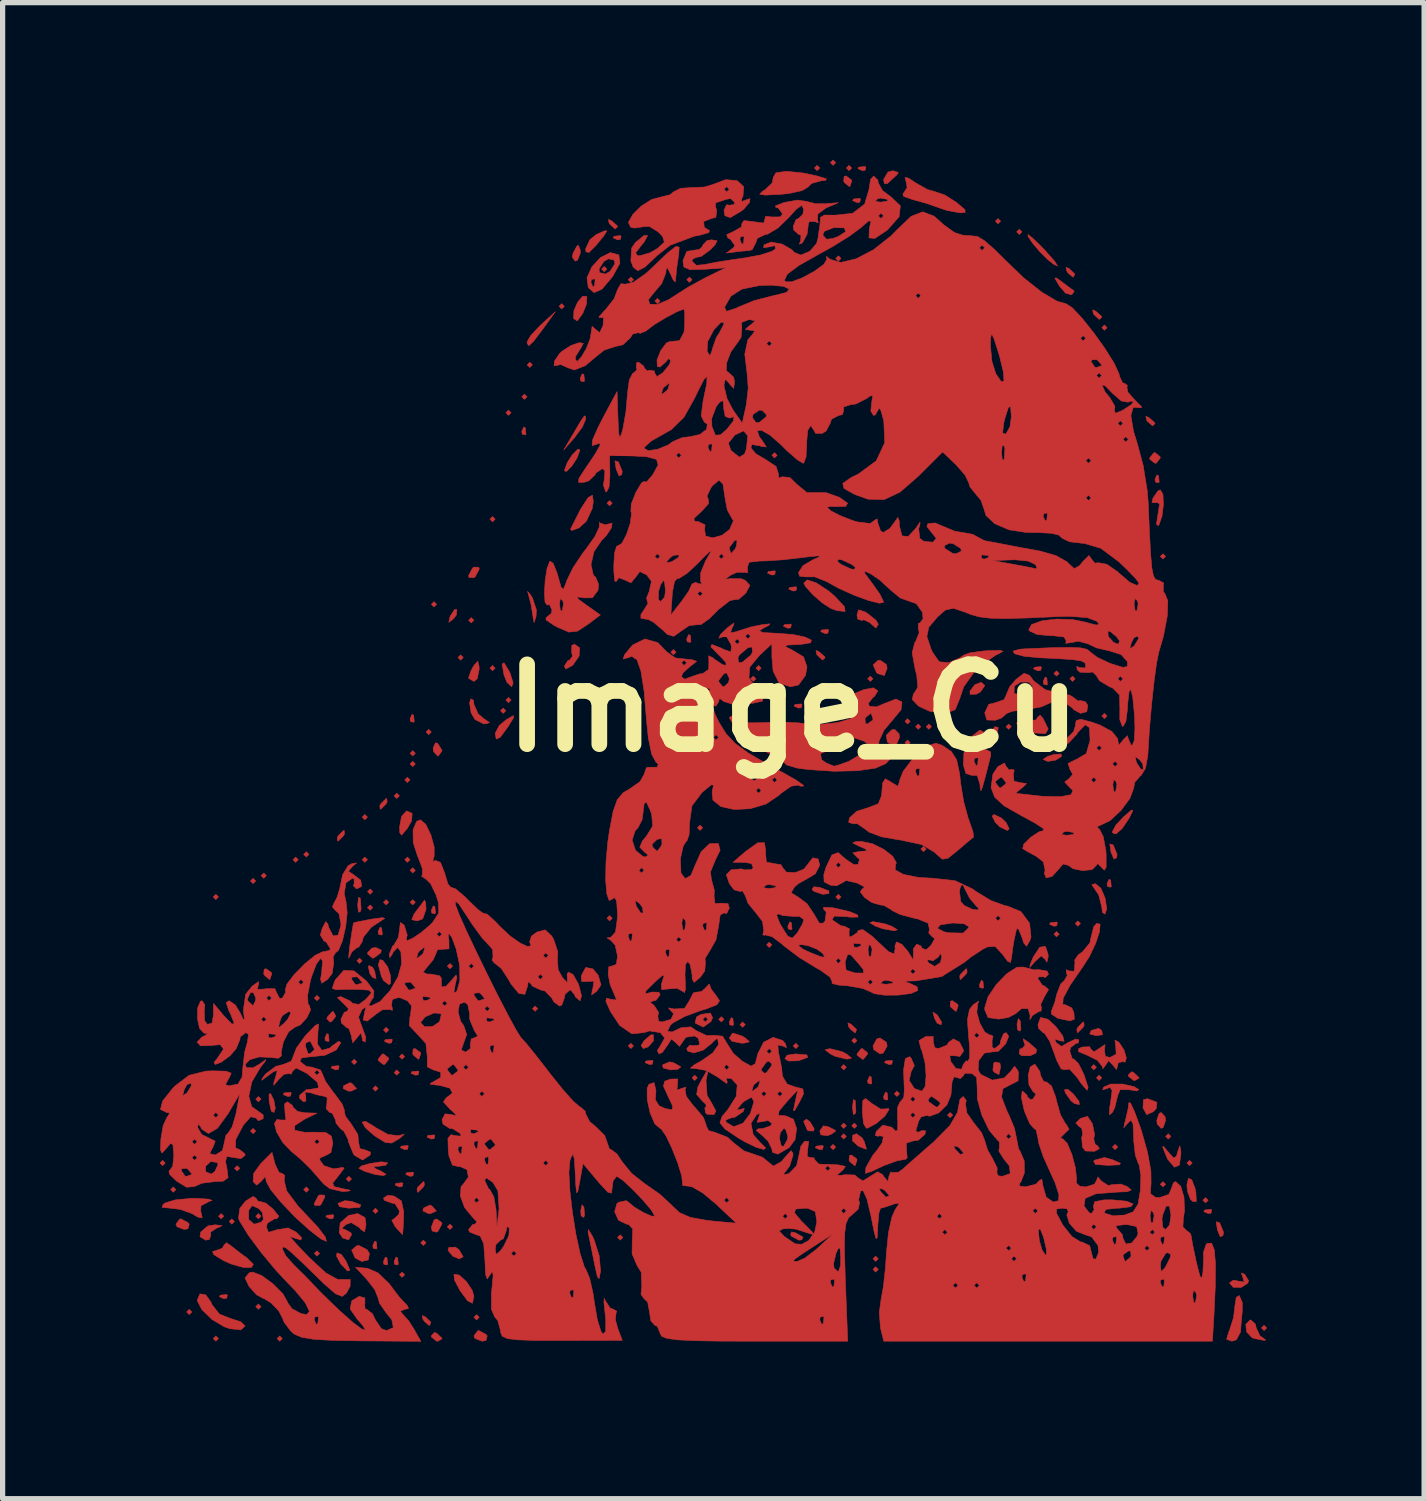
<source format=kicad_pcb>
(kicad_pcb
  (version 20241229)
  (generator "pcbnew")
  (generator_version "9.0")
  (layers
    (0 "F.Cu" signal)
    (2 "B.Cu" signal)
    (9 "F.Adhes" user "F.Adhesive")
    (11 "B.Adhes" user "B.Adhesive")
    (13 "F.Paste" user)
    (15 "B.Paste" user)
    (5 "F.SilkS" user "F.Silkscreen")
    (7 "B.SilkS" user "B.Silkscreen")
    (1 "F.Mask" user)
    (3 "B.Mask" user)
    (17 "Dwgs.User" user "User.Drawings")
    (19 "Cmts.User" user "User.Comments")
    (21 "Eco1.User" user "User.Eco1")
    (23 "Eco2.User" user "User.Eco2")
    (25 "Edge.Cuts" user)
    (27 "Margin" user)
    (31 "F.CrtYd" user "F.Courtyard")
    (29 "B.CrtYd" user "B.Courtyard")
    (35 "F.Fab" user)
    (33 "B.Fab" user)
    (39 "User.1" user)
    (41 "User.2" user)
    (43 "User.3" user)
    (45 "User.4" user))
  (footprint "Image_Cu"
    (layer "F.Cu")
    (at 12.095 10.47)
    (property "Reference" "Image_Cu" (at 0 0 0) (layer "F.SilkS") (effects (font (size 1.524 1.524) (thickness 0.3))))
    (attr through_hole)
    (fp_poly (pts (xy -11.989 8.687) (xy -12.04 8.738) (xy -12.09 8.687) (xy -12.04 8.636) (xy -11.989 8.687)) (stroke (width 0.01) (type solid)) (fill yes) (layer "F.Cu"))
    (fp_poly (pts (xy -11.786 9.195) (xy -11.836 9.246) (xy -11.887 9.195) (xy -11.836 9.144) (xy -11.786 9.195)) (stroke (width 0.01) (type solid)) (fill yes) (layer "F.Cu"))
    (fp_poly (pts (xy -11.481 11.532) (xy -11.532 11.582) (xy -11.582 11.532) (xy -11.532 11.481) (xy -11.481 11.532)) (stroke (width 0.01) (type solid)) (fill yes) (layer "F.Cu"))
    (fp_poly (pts (xy -10.973 3.607) (xy -11.024 3.658) (xy -11.074 3.607) (xy -11.024 3.556) (xy -10.973 3.607)) (stroke (width 0.01) (type solid)) (fill yes) (layer "F.Cu"))
    (fp_poly (pts (xy -10.973 12.04) (xy -11.024 12.09) (xy -11.074 12.04) (xy -11.024 11.989) (xy -10.973 12.04)) (stroke (width 0.01) (type solid)) (fill yes) (layer "F.Cu"))
    (fp_poly (pts (xy -10.871 9.703) (xy -10.922 9.754) (xy -10.973 9.703) (xy -10.922 9.652) (xy -10.871 9.703)) (stroke (width 0.01) (type solid)) (fill yes) (layer "F.Cu"))
    (fp_poly (pts (xy -10.668 9.804) (xy -10.719 9.855) (xy -10.77 9.804) (xy -10.719 9.754) (xy -10.668 9.804)) (stroke (width 0.01) (type solid)) (fill yes) (layer "F.Cu"))
    (fp_poly (pts (xy -10.566 8.788) (xy -10.617 8.839) (xy -10.668 8.788) (xy -10.617 8.738) (xy -10.566 8.788)) (stroke (width 0.01) (type solid)) (fill yes) (layer "F.Cu"))
    (fp_poly (pts (xy -10.262 3.302) (xy -10.312 3.353) (xy -10.363 3.302) (xy -10.312 3.251) (xy -10.262 3.302)) (stroke (width 0.01) (type solid)) (fill yes) (layer "F.Cu"))
    (fp_poly (pts (xy -10.262 8.077) (xy -10.312 8.128) (xy -10.363 8.077) (xy -10.312 8.026) (xy -10.262 8.077)) (stroke (width 0.01) (type solid)) (fill yes) (layer "F.Cu"))
    (fp_poly (pts (xy -10.16 7.468) (xy -10.211 7.518) (xy -10.262 7.468) (xy -10.211 7.417) (xy -10.16 7.468)) (stroke (width 0.01) (type solid)) (fill yes) (layer "F.Cu"))
    (fp_poly (pts (xy -10.16 9.703) (xy -10.211 9.754) (xy -10.262 9.703) (xy -10.211 9.652) (xy -10.16 9.703)) (stroke (width 0.01) (type solid)) (fill yes) (layer "F.Cu"))
    (fp_poly (pts (xy -10.16 11.43) (xy -10.211 11.481) (xy -10.262 11.43) (xy -10.211 11.379) (xy -10.16 11.43)) (stroke (width 0.01) (type solid)) (fill yes) (layer "F.Cu"))
    (fp_poly (pts (xy -10.058 3.2) (xy -10.109 3.251) (xy -10.16 3.2) (xy -10.109 3.15) (xy -10.058 3.2)) (stroke (width 0.01) (type solid)) (fill yes) (layer "F.Cu"))
    (fp_poly (pts (xy -9.754 12.04) (xy -9.804 12.09) (xy -9.855 12.04) (xy -9.804 11.989) (xy -9.754 12.04)) (stroke (width 0.01) (type solid)) (fill yes) (layer "F.Cu"))
    (fp_poly (pts (xy -9.449 2.896) (xy -9.5 2.946) (xy -9.55 2.896) (xy -9.5 2.845) (xy -9.449 2.896)) (stroke (width 0.01) (type solid)) (fill yes) (layer "F.Cu"))
    (fp_poly (pts (xy -9.246 2.794) (xy -9.296 2.845) (xy -9.347 2.794) (xy -9.296 2.743) (xy -9.246 2.794)) (stroke (width 0.01) (type solid)) (fill yes) (layer "F.Cu"))
    (fp_poly (pts (xy -9.246 9.195) (xy -9.296 9.246) (xy -9.347 9.195) (xy -9.296 9.144) (xy -9.246 9.195)) (stroke (width 0.01) (type solid)) (fill yes) (layer "F.Cu"))
    (fp_poly (pts (xy -9.042 5.537) (xy -9.093 5.588) (xy -9.144 5.537) (xy -9.093 5.486) (xy -9.042 5.537)) (stroke (width 0.01) (type solid)) (fill yes) (layer "F.Cu"))
    (fp_poly (pts (xy -9.042 10.414) (xy -9.093 10.465) (xy -9.144 10.414) (xy -9.093 10.363) (xy -9.042 10.414)) (stroke (width 0.01) (type solid)) (fill yes) (layer "F.Cu"))
    (fp_poly (pts (xy -8.433 8.992) (xy -8.484 9.042) (xy -8.534 8.992) (xy -8.484 8.941) (xy -8.433 8.992)) (stroke (width 0.01) (type solid)) (fill yes) (layer "F.Cu"))
    (fp_poly (pts (xy -8.331 6.756) (xy -8.382 6.807) (xy -8.433 6.756) (xy -8.382 6.706) (xy -8.331 6.756)) (stroke (width 0.01) (type solid)) (fill yes) (layer "F.Cu"))
    (fp_poly (pts (xy -8.23 4.826) (xy -8.28 4.877) (xy -8.331 4.826) (xy -8.28 4.775) (xy -8.23 4.826)) (stroke (width 0.01) (type solid)) (fill yes) (layer "F.Cu"))
    (fp_poly (pts (xy -8.128 2.083) (xy -8.179 2.134) (xy -8.23 2.083) (xy -8.179 2.032) (xy -8.128 2.083)) (stroke (width 0.01) (type solid)) (fill yes) (layer "F.Cu"))
    (fp_poly (pts (xy -8.128 2.896) (xy -8.179 2.946) (xy -8.23 2.896) (xy -8.179 2.845) (xy -8.128 2.896)) (stroke (width 0.01) (type solid)) (fill yes) (layer "F.Cu"))
    (fp_poly (pts (xy -8.026 3.505) (xy -8.077 3.556) (xy -8.128 3.505) (xy -8.077 3.454) (xy -8.026 3.505)) (stroke (width 0.01) (type solid)) (fill yes) (layer "F.Cu"))
    (fp_poly (pts (xy -8.026 3.81) (xy -8.077 3.861) (xy -8.128 3.81) (xy -8.077 3.759) (xy -8.026 3.81)) (stroke (width 0.01) (type solid)) (fill yes) (layer "F.Cu"))
    (fp_poly (pts (xy -7.925 7.264) (xy -7.976 7.315) (xy -8.026 7.264) (xy -7.976 7.214) (xy -7.925 7.264)) (stroke (width 0.01) (type solid)) (fill yes) (layer "F.Cu"))
    (fp_poly (pts (xy -7.925 9.601) (xy -7.976 9.652) (xy -8.026 9.601) (xy -7.976 9.55) (xy -7.925 9.601)) (stroke (width 0.01) (type solid)) (fill yes) (layer "F.Cu"))
    (fp_poly (pts (xy -7.722 3.708) (xy -7.772 3.759) (xy -7.823 3.708) (xy -7.772 3.658) (xy -7.722 3.708)) (stroke (width 0.01) (type solid)) (fill yes) (layer "F.Cu"))
    (fp_poly (pts (xy -7.722 6.147) (xy -7.772 6.198) (xy -7.823 6.147) (xy -7.772 6.096) (xy -7.722 6.147)) (stroke (width 0.01) (type solid)) (fill yes) (layer "F.Cu"))
    (fp_poly (pts (xy -7.518 1.676) (xy -7.569 1.727) (xy -7.62 1.676) (xy -7.569 1.626) (xy -7.518 1.676)) (stroke (width 0.01) (type solid)) (fill yes) (layer "F.Cu"))
    (fp_poly (pts (xy -7.518 6.96) (xy -7.569 7.01) (xy -7.62 6.96) (xy -7.569 6.909) (xy -7.518 6.96)) (stroke (width 0.01) (type solid)) (fill yes) (layer "F.Cu"))
    (fp_poly (pts (xy -7.417 6.655) (xy -7.468 6.706) (xy -7.518 6.655) (xy -7.468 6.604) (xy -7.417 6.655)) (stroke (width 0.01) (type solid)) (fill yes) (layer "F.Cu"))
    (fp_poly (pts (xy -7.417 10.82) (xy -7.468 10.871) (xy -7.518 10.82) (xy -7.468 10.77) (xy -7.417 10.82)) (stroke (width 0.01) (type solid)) (fill yes) (layer "F.Cu"))
    (fp_poly (pts (xy -7.315 1.372) (xy -7.366 1.422) (xy -7.417 1.372) (xy -7.366 1.321) (xy -7.315 1.372)) (stroke (width 0.01) (type solid)) (fill yes) (layer "F.Cu"))
    (fp_poly (pts (xy -7.315 2.896) (xy -7.366 2.946) (xy -7.417 2.896) (xy -7.366 2.845) (xy -7.315 2.896)) (stroke (width 0.01) (type solid)) (fill yes) (layer "F.Cu"))
    (fp_poly (pts (xy -7.214 0.864) (xy -7.264 0.914) (xy -7.315 0.864) (xy -7.264 0.813) (xy -7.214 0.864)) (stroke (width 0.01) (type solid)) (fill yes) (layer "F.Cu"))
    (fp_poly (pts (xy -7.214 1.067) (xy -7.264 1.118) (xy -7.315 1.067) (xy -7.264 1.016) (xy -7.214 1.067)) (stroke (width 0.01) (type solid)) (fill yes) (layer "F.Cu"))
    (fp_poly (pts (xy -7.214 3.099) (xy -7.264 3.15) (xy -7.315 3.099) (xy -7.264 3.048) (xy -7.214 3.099)) (stroke (width 0.01) (type solid)) (fill yes) (layer "F.Cu"))
    (fp_poly (pts (xy -7.214 3.708) (xy -7.264 3.759) (xy -7.315 3.708) (xy -7.264 3.658) (xy -7.214 3.708)) (stroke (width 0.01) (type solid)) (fill yes) (layer "F.Cu"))
    (fp_poly (pts (xy -7.01 10.211) (xy -7.061 10.262) (xy -7.112 10.211) (xy -7.061 10.16) (xy -7.01 10.211)) (stroke (width 0.01) (type solid)) (fill yes) (layer "F.Cu"))
    (fp_poly (pts (xy -6.909 0.457) (xy -6.96 0.508) (xy -7.01 0.457) (xy -6.96 0.406) (xy -6.909 0.457)) (stroke (width 0.01) (type solid)) (fill yes) (layer "F.Cu"))
    (fp_poly (pts (xy -6.807 -1.981) (xy -6.858 -1.93) (xy -6.909 -1.981) (xy -6.858 -2.032) (xy -6.807 -1.981)) (stroke (width 0.01) (type solid)) (fill yes) (layer "F.Cu"))
    (fp_poly (pts (xy -6.502 4.928) (xy -6.553 4.978) (xy -6.604 4.928) (xy -6.553 4.877) (xy -6.502 4.928)) (stroke (width 0.01) (type solid)) (fill yes) (layer "F.Cu"))
    (fp_poly (pts (xy -6.502 9.906) (xy -6.553 9.957) (xy -6.604 9.906) (xy -6.553 9.855) (xy -6.502 9.906)) (stroke (width 0.01) (type solid)) (fill yes) (layer "F.Cu"))
    (fp_poly (pts (xy -6.299 -0.965) (xy -6.35 -0.914) (xy -6.401 -0.965) (xy -6.35 -1.016) (xy -6.299 -0.965)) (stroke (width 0.01) (type solid)) (fill yes) (layer "F.Cu"))
    (fp_poly (pts (xy -6.096 -1.676) (xy -6.147 -1.626) (xy -6.198 -1.676) (xy -6.147 -1.727) (xy -6.096 -1.676)) (stroke (width 0.01) (type solid)) (fill yes) (layer "F.Cu"))
    (fp_poly (pts (xy -5.994 11.633) (xy -6.045 11.684) (xy -6.096 11.633) (xy -6.045 11.582) (xy -5.994 11.633)) (stroke (width 0.01) (type solid)) (fill yes) (layer "F.Cu"))
    (fp_poly (pts (xy -5.69 -3.607) (xy -5.74 -3.556) (xy -5.791 -3.607) (xy -5.74 -3.658) (xy -5.69 -3.607)) (stroke (width 0.01) (type solid)) (fill yes) (layer "F.Cu"))
    (fp_poly (pts (xy -5.69 -0.762) (xy -5.74 -0.711) (xy -5.791 -0.762) (xy -5.74 -0.813) (xy -5.69 -0.762)) (stroke (width 0.01) (type solid)) (fill yes) (layer "F.Cu"))
    (fp_poly (pts (xy -5.486 0.051) (xy -5.537 0.102) (xy -5.588 0.051) (xy -5.537 0) (xy -5.486 0.051)) (stroke (width 0.01) (type solid)) (fill yes) (layer "F.Cu"))
    (fp_poly (pts (xy -5.385 -5.639) (xy -5.436 -5.588) (xy -5.486 -5.639) (xy -5.436 -5.69) (xy -5.385 -5.639)) (stroke (width 0.01) (type solid)) (fill yes) (layer "F.Cu"))
    (fp_poly (pts (xy -5.385 -0.152) (xy -5.436 -0.102) (xy -5.486 -0.152) (xy -5.436 -0.203) (xy -5.385 -0.152)) (stroke (width 0.01) (type solid)) (fill yes) (layer "F.Cu"))
    (fp_poly (pts (xy -5.08 -5.944) (xy -5.131 -5.893) (xy -5.182 -5.944) (xy -5.131 -5.994) (xy -5.08 -5.944)) (stroke (width 0.01) (type solid)) (fill yes) (layer "F.Cu"))
    (fp_poly (pts (xy -4.978 -6.553) (xy -5.029 -6.502) (xy -5.08 -6.553) (xy -5.029 -6.604) (xy -4.978 -6.553)) (stroke (width 0.01) (type solid)) (fill yes) (layer "F.Cu"))
    (fp_poly (pts (xy -4.877 5.74) (xy -4.928 5.791) (xy -4.978 5.74) (xy -4.928 5.69) (xy -4.877 5.74)) (stroke (width 0.01) (type solid)) (fill yes) (layer "F.Cu"))
    (fp_poly (pts (xy -4.369 -7.671) (xy -4.42 -7.62) (xy -4.47 -7.671) (xy -4.42 -7.722) (xy -4.369 -7.671)) (stroke (width 0.01) (type solid)) (fill yes) (layer "F.Cu"))
    (fp_poly (pts (xy -3.556 -8.382) (xy -3.607 -8.331) (xy -3.658 -8.382) (xy -3.607 -8.433) (xy -3.556 -8.382)) (stroke (width 0.01) (type solid)) (fill yes) (layer "F.Cu"))
    (fp_poly (pts (xy -3.454 -3.912) (xy -3.505 -3.861) (xy -3.556 -3.912) (xy -3.505 -3.962) (xy -3.454 -3.912)) (stroke (width 0.01) (type solid)) (fill yes) (layer "F.Cu"))
    (fp_poly (pts (xy -3.454 4.013) (xy -3.505 4.064) (xy -3.556 4.013) (xy -3.505 3.962) (xy -3.454 4.013)) (stroke (width 0.01) (type solid)) (fill yes) (layer "F.Cu"))
    (fp_poly (pts (xy -3.251 10.109) (xy -3.302 10.16) (xy -3.353 10.109) (xy -3.302 10.058) (xy -3.251 10.109)) (stroke (width 0.01) (type solid)) (fill yes) (layer "F.Cu"))
    (fp_poly (pts (xy -3.048 -8.179) (xy -3.099 -8.128) (xy -3.15 -8.179) (xy -3.099 -8.23) (xy -3.048 -8.179)) (stroke (width 0.01) (type solid)) (fill yes) (layer "F.Cu"))
    (fp_poly (pts (xy -3.048 6.452) (xy -3.099 6.502) (xy -3.15 6.452) (xy -3.099 6.401) (xy -3.048 6.452)) (stroke (width 0.01) (type solid)) (fill yes) (layer "F.Cu"))
    (fp_poly (pts (xy -2.54 -7.772) (xy -2.591 -7.722) (xy -2.642 -7.772) (xy -2.591 -7.823) (xy -2.54 -7.772)) (stroke (width 0.01) (type solid)) (fill yes) (layer "F.Cu"))
    (fp_poly (pts (xy -2.235 -1.067) (xy -2.286 -1.016) (xy -2.337 -1.067) (xy -2.286 -1.118) (xy -2.235 -1.067)) (stroke (width 0.01) (type solid)) (fill yes) (layer "F.Cu"))
    (fp_poly (pts (xy -1.93 -8.179) (xy -1.981 -8.128) (xy -2.032 -8.179) (xy -1.981 -8.23) (xy -1.93 -8.179)) (stroke (width 0.01) (type solid)) (fill yes) (layer "F.Cu"))
    (fp_poly (pts (xy -1.829 7.061) (xy -1.88 7.112) (xy -1.93 7.061) (xy -1.88 7.01) (xy -1.829 7.061)) (stroke (width 0.01) (type solid)) (fill yes) (layer "F.Cu"))
    (fp_poly (pts (xy -1.727 2.286) (xy -1.778 2.337) (xy -1.829 2.286) (xy -1.778 2.235) (xy -1.727 2.286)) (stroke (width 0.01) (type solid)) (fill yes) (layer "F.Cu"))
    (fp_poly (pts (xy -1.321 5.944) (xy -1.372 5.994) (xy -1.422 5.944) (xy -1.372 5.893) (xy -1.321 5.944)) (stroke (width 0.01) (type solid)) (fill yes) (layer "F.Cu"))
    (fp_poly (pts (xy -0.914 6.045) (xy -0.965 6.096) (xy -1.016 6.045) (xy -0.965 5.994) (xy -0.914 6.045)) (stroke (width 0.01) (type solid)) (fill yes) (layer "F.Cu"))
    (fp_poly (pts (xy -0.711 -0.559) (xy -0.762 -0.508) (xy -0.813 -0.559) (xy -0.762 -0.61) (xy -0.711 -0.559)) (stroke (width 0.01) (type solid)) (fill yes) (layer "F.Cu"))
    (fp_poly (pts (xy -0.61 -0.762) (xy -0.66 -0.711) (xy -0.711 -0.762) (xy -0.66 -0.813) (xy -0.61 -0.762)) (stroke (width 0.01) (type solid)) (fill yes) (layer "F.Cu"))
    (fp_poly (pts (xy -0.406 4.521) (xy -0.457 4.572) (xy -0.508 4.521) (xy -0.457 4.47) (xy -0.406 4.521)) (stroke (width 0.01) (type solid)) (fill yes) (layer "F.Cu"))
    (fp_poly (pts (xy -0.305 -4.826) (xy -0.356 -4.775) (xy -0.406 -4.826) (xy -0.356 -4.877) (xy -0.305 -4.826)) (stroke (width 0.01) (type solid)) (fill yes) (layer "F.Cu"))
    (fp_poly (pts (xy 0.102 6.452) (xy 0.051 6.502) (xy 0 6.452) (xy 0.051 6.401) (xy 0.102 6.452)) (stroke (width 0.01) (type solid)) (fill yes) (layer "F.Cu"))
    (fp_poly (pts (xy 0.508 -10.312) (xy 0.457 -10.262) (xy 0.406 -10.312) (xy 0.457 -10.363) (xy 0.508 -10.312)) (stroke (width 0.01) (type solid)) (fill yes) (layer "F.Cu"))
    (fp_poly (pts (xy 0.813 -10.414) (xy 0.762 -10.363) (xy 0.711 -10.414) (xy 0.762 -10.465) (xy 0.813 -10.414)) (stroke (width 0.01) (type solid)) (fill yes) (layer "F.Cu"))
    (fp_poly (pts (xy 0.813 8.382) (xy 0.762 8.433) (xy 0.711 8.382) (xy 0.762 8.331) (xy 0.813 8.382)) (stroke (width 0.01) (type solid)) (fill yes) (layer "F.Cu"))
    (fp_poly (pts (xy 0.914 -8.585) (xy 0.864 -8.534) (xy 0.813 -8.585) (xy 0.864 -8.636) (xy 0.914 -8.585)) (stroke (width 0.01) (type solid)) (fill yes) (layer "F.Cu"))
    (fp_poly (pts (xy 0.914 3.607) (xy 0.864 3.658) (xy 0.813 3.607) (xy 0.864 3.556) (xy 0.914 3.607)) (stroke (width 0.01) (type solid)) (fill yes) (layer "F.Cu"))
    (fp_poly (pts (xy 1.016 6.858) (xy 0.965 6.909) (xy 0.914 6.858) (xy 0.965 6.807) (xy 1.016 6.858)) (stroke (width 0.01) (type solid)) (fill yes) (layer "F.Cu"))
    (fp_poly (pts (xy 1.016 7.976) (xy 0.965 8.026) (xy 0.914 7.976) (xy 0.965 7.925) (xy 1.016 7.976)) (stroke (width 0.01) (type solid)) (fill yes) (layer "F.Cu"))
    (fp_poly (pts (xy 1.016 8.179) (xy 0.965 8.23) (xy 0.914 8.179) (xy 0.965 8.128) (xy 1.016 8.179)) (stroke (width 0.01) (type solid)) (fill yes) (layer "F.Cu"))
    (fp_poly (pts (xy 1.118 -10.312) (xy 1.067 -10.262) (xy 1.016 -10.312) (xy 1.067 -10.363) (xy 1.118 -10.312)) (stroke (width 0.01) (type solid)) (fill yes) (layer "F.Cu"))
    (fp_poly (pts (xy 1.219 6.35) (xy 1.168 6.401) (xy 1.118 6.35) (xy 1.168 6.299) (xy 1.219 6.35)) (stroke (width 0.01) (type solid)) (fill yes) (layer "F.Cu"))
    (fp_poly (pts (xy 1.219 7.976) (xy 1.168 8.026) (xy 1.118 7.976) (xy 1.168 7.925) (xy 1.219 7.976)) (stroke (width 0.01) (type solid)) (fill yes) (layer "F.Cu"))
    (fp_poly (pts (xy 1.524 -0.559) (xy 1.473 -0.508) (xy 1.422 -0.559) (xy 1.473 -0.61) (xy 1.524 -0.559)) (stroke (width 0.01) (type solid)) (fill yes) (layer "F.Cu"))
    (fp_poly (pts (xy 1.626 10.516) (xy 1.575 10.566) (xy 1.524 10.516) (xy 1.575 10.465) (xy 1.626 10.516)) (stroke (width 0.01) (type solid)) (fill yes) (layer "F.Cu"))
    (fp_poly (pts (xy 1.626 10.719) (xy 1.575 10.77) (xy 1.524 10.719) (xy 1.575 10.668) (xy 1.626 10.719)) (stroke (width 0.01) (type solid)) (fill yes) (layer "F.Cu"))
    (fp_poly (pts (xy 2.032 7.366) (xy 1.981 7.417) (xy 1.93 7.366) (xy 1.981 7.315) (xy 2.032 7.366)) (stroke (width 0.01) (type solid)) (fill yes) (layer "F.Cu"))
    (fp_poly (pts (xy 2.134 0.864) (xy 2.083 0.914) (xy 2.032 0.864) (xy 2.083 0.813) (xy 2.134 0.864)) (stroke (width 0.01) (type solid)) (fill yes) (layer "F.Cu"))
    (fp_poly (pts (xy 2.235 0.254) (xy 2.184 0.305) (xy 2.134 0.254) (xy 2.184 0.203) (xy 2.235 0.254)) (stroke (width 0.01) (type solid)) (fill yes) (layer "F.Cu"))
    (fp_poly (pts (xy 2.235 0.66) (xy 2.184 0.711) (xy 2.134 0.66) (xy 2.184 0.61) (xy 2.235 0.66)) (stroke (width 0.01) (type solid)) (fill yes) (layer "F.Cu"))
    (fp_poly (pts (xy 2.438 0.356) (xy 2.388 0.406) (xy 2.337 0.356) (xy 2.388 0.305) (xy 2.438 0.356)) (stroke (width 0.01) (type solid)) (fill yes) (layer "F.Cu"))
    (fp_poly (pts (xy 2.54 2.692) (xy 2.489 2.743) (xy 2.438 2.692) (xy 2.489 2.642) (xy 2.54 2.692)) (stroke (width 0.01) (type solid)) (fill yes) (layer "F.Cu"))
    (fp_poly (pts (xy 2.642 0.356) (xy 2.591 0.406) (xy 2.54 0.356) (xy 2.591 0.305) (xy 2.642 0.356)) (stroke (width 0.01) (type solid)) (fill yes) (layer "F.Cu"))
    (fp_poly (pts (xy 3.048 7.772) (xy 2.997 7.823) (xy 2.946 7.772) (xy 2.997 7.722) (xy 3.048 7.772)) (stroke (width 0.01) (type solid)) (fill yes) (layer "F.Cu"))
    (fp_poly (pts (xy 3.15 0.66) (xy 3.099 0.711) (xy 3.048 0.66) (xy 3.099 0.61) (xy 3.15 0.66)) (stroke (width 0.01) (type solid)) (fill yes) (layer "F.Cu"))
    (fp_poly (pts (xy 3.962 -9.296) (xy 3.912 -9.246) (xy 3.861 -9.296) (xy 3.912 -9.347) (xy 3.962 -9.296)) (stroke (width 0.01) (type solid)) (fill yes) (layer "F.Cu"))
    (fp_poly (pts (xy 4.166 0.356) (xy 4.115 0.406) (xy 4.064 0.356) (xy 4.115 0.305) (xy 4.166 0.356)) (stroke (width 0.01) (type solid)) (fill yes) (layer "F.Cu"))
    (fp_poly (pts (xy 4.369 -9.093) (xy 4.318 -9.042) (xy 4.267 -9.093) (xy 4.318 -9.144) (xy 4.369 -9.093)) (stroke (width 0.01) (type solid)) (fill yes) (layer "F.Cu"))
    (fp_poly (pts (xy 5.08 -0.66) (xy 5.029 -0.61) (xy 4.978 -0.66) (xy 5.029 -0.711) (xy 5.08 -0.66)) (stroke (width 0.01) (type solid)) (fill yes) (layer "F.Cu"))
    (fp_poly (pts (xy 5.08 4.318) (xy 5.029 4.369) (xy 4.978 4.318) (xy 5.029 4.267) (xy 5.08 4.318)) (stroke (width 0.01) (type solid)) (fill yes) (layer "F.Cu"))
    (fp_poly (pts (xy 5.385 -0.559) (xy 5.334 -0.508) (xy 5.283 -0.559) (xy 5.334 -0.61) (xy 5.385 -0.559)) (stroke (width 0.01) (type solid)) (fill yes) (layer "F.Cu"))
    (fp_poly (pts (xy 5.486 4.115) (xy 5.436 4.166) (xy 5.385 4.115) (xy 5.436 4.064) (xy 5.486 4.115)) (stroke (width 0.01) (type solid)) (fill yes) (layer "F.Cu"))
    (fp_poly (pts (xy 5.791 6.858) (xy 5.74 6.909) (xy 5.69 6.858) (xy 5.74 6.807) (xy 5.791 6.858)) (stroke (width 0.01) (type solid)) (fill yes) (layer "F.Cu"))
    (fp_poly (pts (xy 5.893 7.061) (xy 5.842 7.112) (xy 5.791 7.061) (xy 5.842 7.01) (xy 5.893 7.061)) (stroke (width 0.01) (type solid)) (fill yes) (layer "F.Cu"))
    (fp_poly (pts (xy 5.994 -7.264) (xy 5.944 -7.214) (xy 5.893 -7.264) (xy 5.944 -7.315) (xy 5.994 -7.264)) (stroke (width 0.01) (type solid)) (fill yes) (layer "F.Cu"))
    (fp_poly (pts (xy 5.994 0.152) (xy 5.944 0.203) (xy 5.893 0.152) (xy 5.944 0.102) (xy 5.994 0.152)) (stroke (width 0.01) (type solid)) (fill yes) (layer "F.Cu"))
    (fp_poly (pts (xy 6.198 8.382) (xy 6.147 8.433) (xy 6.096 8.382) (xy 6.147 8.331) (xy 6.198 8.382)) (stroke (width 0.01) (type solid)) (fill yes) (layer "F.Cu"))
    (fp_poly (pts (xy 7.112 -2.896) (xy 7.061 -2.845) (xy 7.01 -2.896) (xy 7.061 -2.946) (xy 7.112 -2.896)) (stroke (width 0.01) (type solid)) (fill yes) (layer "F.Cu"))
    (fp_poly (pts (xy 7.112 9.093) (xy 7.061 9.144) (xy 7.01 9.093) (xy 7.061 9.042) (xy 7.112 9.093)) (stroke (width 0.01) (type solid)) (fill yes) (layer "F.Cu"))
    (fp_poly (pts (xy 7.214 8.179) (xy 7.163 8.23) (xy 7.112 8.179) (xy 7.163 8.128) (xy 7.214 8.179)) (stroke (width 0.01) (type solid)) (fill yes) (layer "F.Cu"))
    (fp_poly (pts (xy 7.62 8.687) (xy 7.569 8.738) (xy 7.518 8.687) (xy 7.569 8.636) (xy 7.62 8.687)) (stroke (width 0.01) (type solid)) (fill yes) (layer "F.Cu"))
    (fp_poly (pts (xy 7.925 9.398) (xy 7.874 9.449) (xy 7.823 9.398) (xy 7.874 9.347) (xy 7.925 9.398)) (stroke (width 0.01) (type solid)) (fill yes) (layer "F.Cu"))
    (fp_poly (pts (xy 9.042 11.836) (xy 8.992 11.887) (xy 8.941 11.836) (xy 8.992 11.786) (xy 9.042 11.836)) (stroke (width 0.01) (type solid)) (fill yes) (layer "F.Cu"))
    (fp_poly (pts (xy -10.803 11.21) (xy -10.817 11.27) (xy -10.871 11.278) (xy -10.955 11.24) (xy -10.939 11.21) (xy -10.818 11.198) (xy -10.803 11.21)) (stroke (width 0.01) (type solid)) (fill yes) (layer "F.Cu"))
    (fp_poly (pts (xy -9.584 7.349) (xy -9.598 7.409) (xy -9.652 7.417) (xy -9.736 7.38) (xy -9.72 7.349) (xy -9.599 7.337) (xy -9.584 7.349)) (stroke (width 0.01) (type solid)) (fill yes) (layer "F.Cu"))
    (fp_poly (pts (xy -8.873 6.231) (xy -8.861 6.352) (xy -8.873 6.367) (xy -8.933 6.353) (xy -8.941 6.299) (xy -8.904 6.216) (xy -8.873 6.231)) (stroke (width 0.01) (type solid)) (fill yes) (layer "F.Cu"))
    (fp_poly (pts (xy -8.771 9.686) (xy -8.785 9.746) (xy -8.839 9.754) (xy -8.923 9.716) (xy -8.907 9.686) (xy -8.786 9.674) (xy -8.771 9.686)) (stroke (width 0.01) (type solid)) (fill yes) (layer "F.Cu"))
    (fp_poly (pts (xy -8.67 6.841) (xy -8.684 6.901) (xy -8.738 6.909) (xy -8.821 6.872) (xy -8.805 6.841) (xy -8.685 6.829) (xy -8.67 6.841)) (stroke (width 0.01) (type solid)) (fill yes) (layer "F.Cu"))
    (fp_poly (pts (xy -8.264 3.632) (xy -8.25 3.84) (xy -8.264 3.886) (xy -8.301 3.899) (xy -8.315 3.759) (xy -8.299 3.615) (xy -8.264 3.632)) (stroke (width 0.01) (type solid)) (fill yes) (layer "F.Cu"))
    (fp_poly (pts (xy -7.959 10.194) (xy -7.947 10.314) (xy -7.959 10.329) (xy -8.019 10.315) (xy -8.026 10.262) (xy -7.989 10.178) (xy -7.959 10.194)) (stroke (width 0.01) (type solid)) (fill yes) (layer "F.Cu"))
    (fp_poly (pts (xy -7.857 4.199) (xy -7.845 4.32) (xy -7.857 4.335) (xy -7.917 4.321) (xy -7.925 4.267) (xy -7.888 4.184) (xy -7.857 4.199)) (stroke (width 0.01) (type solid)) (fill yes) (layer "F.Cu"))
    (fp_poly (pts (xy -7.755 10.499) (xy -7.743 10.619) (xy -7.755 10.634) (xy -7.816 10.62) (xy -7.823 10.566) (xy -7.786 10.483) (xy -7.755 10.499)) (stroke (width 0.01) (type solid)) (fill yes) (layer "F.Cu"))
    (fp_poly (pts (xy -7.654 6.333) (xy -7.668 6.393) (xy -7.722 6.401) (xy -7.805 6.364) (xy -7.789 6.333) (xy -7.669 6.321) (xy -7.654 6.333)) (stroke (width 0.01) (type solid)) (fill yes) (layer "F.Cu"))
    (fp_poly (pts (xy -7.552 10.499) (xy -7.54 10.619) (xy -7.552 10.634) (xy -7.613 10.62) (xy -7.62 10.566) (xy -7.583 10.483) (xy -7.552 10.499)) (stroke (width 0.01) (type solid)) (fill yes) (layer "F.Cu"))
    (fp_poly (pts (xy -7.451 9.076) (xy -7.465 9.137) (xy -7.518 9.144) (xy -7.602 9.107) (xy -7.586 9.076) (xy -7.466 9.064) (xy -7.451 9.076)) (stroke (width 0.01) (type solid)) (fill yes) (layer "F.Cu"))
    (fp_poly (pts (xy -7.349 8.365) (xy -7.363 8.425) (xy -7.417 8.433) (xy -7.5 8.396) (xy -7.485 8.365) (xy -7.364 8.353) (xy -7.349 8.365)) (stroke (width 0.01) (type solid)) (fill yes) (layer "F.Cu"))
    (fp_poly (pts (xy -7.247 0.135) (xy -7.235 0.256) (xy -7.247 0.271) (xy -7.308 0.257) (xy -7.315 0.203) (xy -7.278 0.12) (xy -7.247 0.135)) (stroke (width 0.01) (type solid)) (fill yes) (layer "F.Cu"))
    (fp_poly (pts (xy -7.247 8.873) (xy -7.261 8.933) (xy -7.315 8.941) (xy -7.399 8.904) (xy -7.383 8.873) (xy -7.262 8.861) (xy -7.247 8.873)) (stroke (width 0.01) (type solid)) (fill yes) (layer "F.Cu"))
    (fp_poly (pts (xy -7.146 6.943) (xy -7.16 7.003) (xy -7.214 7.01) (xy -7.297 6.973) (xy -7.281 6.943) (xy -7.161 6.931) (xy -7.146 6.943)) (stroke (width 0.01) (type solid)) (fill yes) (layer "F.Cu"))
    (fp_poly (pts (xy -6.841 3.793) (xy -6.829 3.914) (xy -6.841 3.929) (xy -6.901 3.915) (xy -6.909 3.861) (xy -6.872 3.777) (xy -6.841 3.793)) (stroke (width 0.01) (type solid)) (fill yes) (layer "F.Cu"))
    (fp_poly (pts (xy -6.841 8.162) (xy -6.855 8.222) (xy -6.909 8.23) (xy -6.992 8.192) (xy -6.977 8.162) (xy -6.856 8.15) (xy -6.841 8.162)) (stroke (width 0.01) (type solid)) (fill yes) (layer "F.Cu"))
    (fp_poly (pts (xy -5.114 -5.351) (xy -5.102 -5.23) (xy -5.114 -5.215) (xy -5.174 -5.229) (xy -5.182 -5.283) (xy -5.144 -5.367) (xy -5.114 -5.351)) (stroke (width 0.01) (type solid)) (fill yes) (layer "F.Cu"))
    (fp_poly (pts (xy -3.996 -6.367) (xy -3.984 -6.246) (xy -3.996 -6.231) (xy -4.057 -6.245) (xy -4.064 -6.299) (xy -4.027 -6.383) (xy -3.996 -6.367)) (stroke (width 0.01) (type solid)) (fill yes) (layer "F.Cu"))
    (fp_poly (pts (xy -3.995 9.531) (xy -3.982 9.69) (xy -4.003 9.726) (xy -4.049 9.696) (xy -4.056 9.593) (xy -4.031 9.484) (xy -3.995 9.531)) (stroke (width 0.01) (type solid)) (fill yes) (layer "F.Cu"))
    (fp_poly (pts (xy -3.285 -9.009) (xy -3.299 -8.948) (xy -3.353 -8.941) (xy -3.436 -8.978) (xy -3.421 -9.009) (xy -3.3 -9.021) (xy -3.285 -9.009)) (stroke (width 0.01) (type solid)) (fill yes) (layer "F.Cu"))
    (fp_poly (pts (xy -2.675 6.739) (xy -2.689 6.8) (xy -2.743 6.807) (xy -2.827 6.77) (xy -2.811 6.739) (xy -2.69 6.727) (xy -2.675 6.739)) (stroke (width 0.01) (type solid)) (fill yes) (layer "F.Cu"))
    (fp_poly (pts (xy -1.964 -1.389) (xy -1.952 -1.268) (xy -1.964 -1.253) (xy -2.025 -1.267) (xy -2.032 -1.321) (xy -1.995 -1.404) (xy -1.964 -1.389)) (stroke (width 0.01) (type solid)) (fill yes) (layer "F.Cu"))
    (fp_poly (pts (xy -1.151 5.927) (xy -1.139 6.047) (xy -1.151 6.062) (xy -1.212 6.048) (xy -1.219 5.994) (xy -1.182 5.911) (xy -1.151 5.927)) (stroke (width 0.01) (type solid)) (fill yes) (layer "F.Cu"))
    (fp_poly (pts (xy -0.339 -2.608) (xy -0.353 -2.547) (xy -0.406 -2.54) (xy -0.49 -2.577) (xy -0.474 -2.608) (xy -0.354 -2.62) (xy -0.339 -2.608)) (stroke (width 0.01) (type solid)) (fill yes) (layer "F.Cu"))
    (fp_poly (pts (xy -0.034 -1.592) (xy -0.048 -1.531) (xy -0.102 -1.524) (xy -0.185 -1.561) (xy -0.169 -1.592) (xy -0.049 -1.604) (xy -0.034 -1.592)) (stroke (width 0.01) (type solid)) (fill yes) (layer "F.Cu"))
    (fp_poly (pts (xy -0.034 4.098) (xy -0.022 4.218) (xy -0.034 4.233) (xy -0.094 4.219) (xy -0.102 4.166) (xy -0.064 4.082) (xy -0.034 4.098)) (stroke (width 0.01) (type solid)) (fill yes) (layer "F.Cu"))
    (fp_poly (pts (xy 0.068 -2.303) (xy 0.054 -2.243) (xy 0 -2.235) (xy -0.084 -2.272) (xy -0.068 -2.303) (xy 0.053 -2.315) (xy 0.068 -2.303)) (stroke (width 0.01) (type solid)) (fill yes) (layer "F.Cu"))
    (fp_poly (pts (xy 0.169 -0.068) (xy 0.155 -0.007) (xy 0.102 0) (xy 0.018 -0.037) (xy 0.034 -0.068) (xy 0.154 -0.08) (xy 0.169 -0.068)) (stroke (width 0.01) (type solid)) (fill yes) (layer "F.Cu"))
    (fp_poly (pts (xy 0.576 8.365) (xy 0.562 8.425) (xy 0.508 8.433) (xy 0.424 8.396) (xy 0.44 8.365) (xy 0.561 8.353) (xy 0.576 8.365)) (stroke (width 0.01) (type solid)) (fill yes) (layer "F.Cu"))
    (fp_poly (pts (xy 0.677 -1.49) (xy 0.663 -1.43) (xy 0.61 -1.422) (xy 0.526 -1.46) (xy 0.542 -1.49) (xy 0.662 -1.502) (xy 0.677 -1.49)) (stroke (width 0.01) (type solid)) (fill yes) (layer "F.Cu"))
    (fp_poly (pts (xy 1.185 7.493) (xy 1.198 7.701) (xy 1.185 7.747) (xy 1.148 7.76) (xy 1.134 7.62) (xy 1.15 7.476) (xy 1.185 7.493)) (stroke (width 0.01) (type solid)) (fill yes) (layer "F.Cu"))
    (fp_poly (pts (xy 1.287 -9.72) (xy 1.273 -9.659) (xy 1.219 -9.652) (xy 1.136 -9.689) (xy 1.151 -9.72) (xy 1.272 -9.732) (xy 1.287 -9.72)) (stroke (width 0.01) (type solid)) (fill yes) (layer "F.Cu"))
    (fp_poly (pts (xy 1.389 -10.329) (xy 1.375 -10.269) (xy 1.321 -10.262) (xy 1.237 -10.299) (xy 1.253 -10.329) (xy 1.374 -10.341) (xy 1.389 -10.329)) (stroke (width 0.01) (type solid)) (fill yes) (layer "F.Cu"))
    (fp_poly (pts (xy 1.49 7.044) (xy 1.502 7.165) (xy 1.49 7.18) (xy 1.43 7.166) (xy 1.422 7.112) (xy 1.46 7.028) (xy 1.49 7.044)) (stroke (width 0.01) (type solid)) (fill yes) (layer "F.Cu"))
    (fp_poly (pts (xy 1.795 7.349) (xy 1.807 7.47) (xy 1.795 7.485) (xy 1.735 7.471) (xy 1.727 7.417) (xy 1.764 7.333) (xy 1.795 7.349)) (stroke (width 0.01) (type solid)) (fill yes) (layer "F.Cu"))
    (fp_poly (pts (xy 1.897 6.739) (xy 1.883 6.8) (xy 1.829 6.807) (xy 1.745 6.77) (xy 1.761 6.739) (xy 1.882 6.727) (xy 1.897 6.739)) (stroke (width 0.01) (type solid)) (fill yes) (layer "F.Cu"))
    (fp_poly (pts (xy 3.624 5.215) (xy 3.636 5.336) (xy 3.624 5.351) (xy 3.563 5.337) (xy 3.556 5.283) (xy 3.593 5.2) (xy 3.624 5.215)) (stroke (width 0.01) (type solid)) (fill yes) (layer "F.Cu"))
    (fp_poly (pts (xy 4.337 5.975) (xy 4.349 6.134) (xy 4.329 6.17) (xy 4.282 6.14) (xy 4.275 6.037) (xy 4.3 5.928) (xy 4.337 5.975)) (stroke (width 0.01) (type solid)) (fill yes) (layer "F.Cu"))
    (fp_poly (pts (xy 4.741 -0.779) (xy 4.727 -0.719) (xy 4.674 -0.711) (xy 4.59 -0.748) (xy 4.606 -0.779) (xy 4.726 -0.791) (xy 4.741 -0.779)) (stroke (width 0.01) (type solid)) (fill yes) (layer "F.Cu"))
    (fp_poly (pts (xy 4.843 -0.576) (xy 4.855 -0.455) (xy 4.843 -0.44) (xy 4.783 -0.454) (xy 4.775 -0.508) (xy 4.812 -0.592) (xy 4.843 -0.576)) (stroke (width 0.01) (type solid)) (fill yes) (layer "F.Cu"))
    (fp_poly (pts (xy 5.046 4.098) (xy 5.032 4.158) (xy 4.978 4.166) (xy 4.895 4.128) (xy 4.911 4.098) (xy 5.031 4.086) (xy 5.046 4.098)) (stroke (width 0.01) (type solid)) (fill yes) (layer "F.Cu"))
    (fp_poly (pts (xy 5.891 6.156) (xy 5.907 6.237) (xy 5.791 6.256) (xy 5.662 6.223) (xy 5.691 6.156) (xy 5.835 6.115) (xy 5.891 6.156)) (stroke (width 0.01) (type solid)) (fill yes) (layer "F.Cu"))
    (fp_poly (pts (xy 6.062 3.285) (xy 6.074 3.406) (xy 6.062 3.421) (xy 6.002 3.407) (xy 5.994 3.353) (xy 6.032 3.269) (xy 6.062 3.285)) (stroke (width 0.01) (type solid)) (fill yes) (layer "F.Cu"))
    (fp_poly (pts (xy 6.977 -4.437) (xy 6.989 -4.316) (xy 6.977 -4.301) (xy 6.916 -4.315) (xy 6.909 -4.369) (xy 6.946 -4.452) (xy 6.977 -4.437)) (stroke (width 0.01) (type solid)) (fill yes) (layer "F.Cu"))
    (fp_poly (pts (xy 7.993 9.584) (xy 7.979 9.645) (xy 7.925 9.652) (xy 7.841 9.615) (xy 7.857 9.584) (xy 7.978 9.572) (xy 7.993 9.584)) (stroke (width 0.01) (type solid)) (fill yes) (layer "F.Cu"))
    (fp_poly (pts (xy -8.626 10.434) (xy -8.539 10.558) (xy -8.464 10.735) (xy -8.508 10.749) (xy -8.638 10.615) (xy -8.719 10.464) (xy -8.71 10.403) (xy -8.626 10.434)) (stroke (width 0.01) (type solid)) (fill yes) (layer "F.Cu"))
    (fp_poly (pts (xy -8.426 7.167) (xy -8.336 7.265) (xy -8.438 7.313) (xy -8.49 7.315) (xy -8.594 7.265) (xy -8.584 7.212) (xy -8.462 7.153) (xy -8.426 7.167)) (stroke (width 0.01) (type solid)) (fill yes) (layer "F.Cu"))
    (fp_poly (pts (xy -8.029 4.951) (xy -7.991 5.025) (xy -7.965 5.168) (xy -8.034 5.14) (xy -8.081 5.073) (xy -8.113 4.94) (xy -8.1 4.916) (xy -8.029 4.951)) (stroke (width 0.01) (type solid)) (fill yes) (layer "F.Cu"))
    (fp_poly (pts (xy -7.026 11.623) (xy -6.917 11.726) (xy -6.939 11.785) (xy -6.954 11.786) (xy -7.04 11.713) (xy -7.071 11.668) (xy -7.083 11.599) (xy -7.026 11.623)) (stroke (width 0.01) (type solid)) (fill yes) (layer "F.Cu"))
    (fp_poly (pts (xy -6.902 9.504) (xy -6.812 9.602) (xy -6.914 9.65) (xy -6.966 9.652) (xy -7.07 9.602) (xy -7.06 9.549) (xy -6.938 9.49) (xy -6.902 9.504)) (stroke (width 0.01) (type solid)) (fill yes) (layer "F.Cu"))
    (fp_poly (pts (xy -6.432 -1.775) (xy -6.49 -1.7) (xy -6.575 -1.636) (xy -6.554 -1.738) (xy -6.547 -1.757) (xy -6.466 -1.881) (xy -6.42 -1.882) (xy -6.432 -1.775)) (stroke (width 0.01) (type solid)) (fill yes) (layer "F.Cu"))
    (fp_poly (pts (xy -6.38 10.343) (xy -6.301 10.478) (xy -6.377 10.518) (xy -6.502 10.465) (xy -6.591 10.353) (xy -6.574 10.299) (xy -6.45 10.293) (xy -6.38 10.343)) (stroke (width 0.01) (type solid)) (fill yes) (layer "F.Cu"))
    (fp_poly (pts (xy -3.47 -9.306) (xy -3.362 -9.212) (xy -3.353 -9.189) (xy -3.401 -9.147) (xy -3.501 -9.241) (xy -3.515 -9.261) (xy -3.527 -9.331) (xy -3.47 -9.306)) (stroke (width 0.01) (type solid)) (fill yes) (layer "F.Cu"))
    (fp_poly (pts (xy -3.34 -4.702) (xy -3.336 -4.697) (xy -3.264 -4.521) (xy -3.273 -4.457) (xy -3.325 -4.433) (xy -3.38 -4.564) (xy -3.403 -4.721) (xy -3.34 -4.702)) (stroke (width 0.01) (type solid)) (fill yes) (layer "F.Cu"))
    (fp_poly (pts (xy -2.666 6.352) (xy -2.768 6.469) (xy -2.863 6.502) (xy -2.904 6.444) (xy -2.843 6.348) (xy -2.719 6.241) (xy -2.668 6.239) (xy -2.666 6.352)) (stroke (width 0.01) (type solid)) (fill yes) (layer "F.Cu"))
    (fp_poly (pts (xy -2.283 6.772) (xy -2.144 6.851) (xy -2.203 6.899) (xy -2.343 6.909) (xy -2.484 6.871) (xy -2.492 6.812) (xy -2.36 6.756) (xy -2.283 6.772)) (stroke (width 0.01) (type solid)) (fill yes) (layer "F.Cu"))
    (fp_poly (pts (xy 0.046 10.02) (xy 0.189 10.102) (xy 0.165 10.155) (xy 0.108 10.16) (xy -0.03 10.086) (xy -0.05 10.06) (xy -0.034 10.002) (xy 0.046 10.02)) (stroke (width 0.01) (type solid)) (fill yes) (layer "F.Cu"))
    (fp_poly (pts (xy 0.492 -1.077) (xy 0.601 -0.982) (xy 0.61 -0.959) (xy 0.561 -0.917) (xy 0.461 -1.011) (xy 0.447 -1.032) (xy 0.436 -1.101) (xy 0.492 -1.077)) (stroke (width 0.01) (type solid)) (fill yes) (layer "F.Cu"))
    (fp_poly (pts (xy 0.508 3.425) (xy 0.684 3.492) (xy 0.682 3.543) (xy 0.565 3.556) (xy 0.396 3.5) (xy 0.361 3.464) (xy 0.394 3.412) (xy 0.508 3.425)) (stroke (width 0.01) (type solid)) (fill yes) (layer "F.Cu"))
    (fp_poly (pts (xy 1.102 6.035) (xy 1.211 6.138) (xy 1.189 6.197) (xy 1.174 6.198) (xy 1.088 6.125) (xy 1.057 6.08) (xy 1.045 6.011) (xy 1.102 6.035)) (stroke (width 0.01) (type solid)) (fill yes) (layer "F.Cu"))
    (fp_poly (pts (xy 2.742 5.853) (xy 2.756 5.866) (xy 2.836 5.999) (xy 2.825 6.048) (xy 2.75 6.017) (xy 2.699 5.923) (xy 2.668 5.804) (xy 2.742 5.853)) (stroke (width 0.01) (type solid)) (fill yes) (layer "F.Cu"))
    (fp_poly (pts (xy 3.917 0.373) (xy 3.9 0.452) (xy 3.818 0.595) (xy 3.765 0.571) (xy 3.759 0.514) (xy 3.833 0.376) (xy 3.86 0.356) (xy 3.917 0.373)) (stroke (width 0.01) (type solid)) (fill yes) (layer "F.Cu"))
    (fp_poly (pts (xy 3.947 6.779) (xy 3.962 6.852) (xy 3.929 6.999) (xy 3.841 6.955) (xy 3.814 6.916) (xy 3.827 6.785) (xy 3.859 6.757) (xy 3.947 6.779)) (stroke (width 0.01) (type solid)) (fill yes) (layer "F.Cu"))
    (fp_poly (pts (xy 5.268 -8.392) (xy 5.377 -8.289) (xy 5.354 -8.231) (xy 5.34 -8.23) (xy 5.254 -8.302) (xy 5.223 -8.347) (xy 5.211 -8.416) (xy 5.268 -8.392)) (stroke (width 0.01) (type solid)) (fill yes) (layer "F.Cu"))
    (fp_poly (pts (xy 5.776 -7.579) (xy 5.884 -7.484) (xy 5.893 -7.462) (xy 5.845 -7.42) (xy 5.744 -7.513) (xy 5.731 -7.534) (xy 5.719 -7.604) (xy 5.776 -7.579)) (stroke (width 0.01) (type solid)) (fill yes) (layer "F.Cu"))
    (fp_poly (pts (xy 6.108 2.613) (xy 6.113 2.618) (xy 6.185 2.794) (xy 6.176 2.859) (xy 6.124 2.882) (xy 6.069 2.751) (xy 6.046 2.595) (xy 6.108 2.613)) (stroke (width 0.01) (type solid)) (fill yes) (layer "F.Cu"))
    (fp_poly (pts (xy 6.792 -5.547) (xy 6.9 -5.452) (xy 6.909 -5.43) (xy 6.861 -5.388) (xy 6.76 -5.481) (xy 6.747 -5.502) (xy 6.735 -5.572) (xy 6.792 -5.547)) (stroke (width 0.01) (type solid)) (fill yes) (layer "F.Cu"))
    (fp_poly (pts (xy 8.14 9.827) (xy 8.145 9.832) (xy 8.217 10.007) (xy 8.208 10.072) (xy 8.156 10.096) (xy 8.101 9.965) (xy 8.078 9.808) (xy 8.14 9.827)) (stroke (width 0.01) (type solid)) (fill yes) (layer "F.Cu"))
    (fp_poly (pts (xy -11.552 9.827) (xy -11.532 9.855) (xy -11.555 9.942) (xy -11.627 9.957) (xy -11.766 9.904) (xy -11.786 9.855) (xy -11.713 9.757) (xy -11.69 9.754) (xy -11.552 9.827)) (stroke (width 0.01) (type solid)) (fill yes) (layer "F.Cu"))
    (fp_poly (pts (xy -9.961 5.052) (xy -9.957 5.08) (xy -9.991 5.179) (xy -10.002 5.182) (xy -10.088 5.11) (xy -10.109 5.08) (xy -10.101 4.986) (xy -10.064 4.978) (xy -9.961 5.052)) (stroke (width 0.01) (type solid)) (fill yes) (layer "F.Cu"))
    (fp_poly (pts (xy -9.917 7.485) (xy -9.888 7.642) (xy -9.914 7.722) (xy -9.915 7.722) (xy -9.965 7.696) (xy -10.006 7.505) (xy -10.008 7.372) (xy -9.98 7.36) (xy -9.917 7.485)) (stroke (width 0.01) (type solid)) (fill yes) (layer "F.Cu"))
    (fp_poly (pts (xy -8.949 9.301) (xy -8.941 9.335) (xy -9.015 9.479) (xy -9.042 9.5) (xy -9.136 9.495) (xy -9.144 9.461) (xy -9.07 9.317) (xy -9.042 9.296) (xy -8.949 9.301)) (stroke (width 0.01) (type solid)) (fill yes) (layer "F.Cu"))
    (fp_poly (pts (xy -8.739 5.87) (xy -8.738 5.893) (xy -8.816 5.99) (xy -8.845 5.994) (xy -8.906 5.932) (xy -8.89 5.893) (xy -8.799 5.796) (xy -8.782 5.791) (xy -8.739 5.87)) (stroke (width 0.01) (type solid)) (fill yes) (layer "F.Cu"))
    (fp_poly (pts (xy -8.566 2.402) (xy -8.585 2.438) (xy -8.681 2.535) (xy -8.699 2.54) (xy -8.706 2.474) (xy -8.687 2.438) (xy -8.591 2.341) (xy -8.573 2.337) (xy -8.566 2.402)) (stroke (width 0.01) (type solid)) (fill yes) (layer "F.Cu"))
    (fp_poly (pts (xy -8.433 9.419) (xy -8.254 9.486) (xy -8.274 9.533) (xy -8.489 9.55) (xy -8.49 9.55) (xy -8.662 9.521) (xy -8.693 9.458) (xy -8.561 9.406) (xy -8.433 9.419)) (stroke (width 0.01) (type solid)) (fill yes) (layer "F.Cu"))
    (fp_poly (pts (xy -8.134 10.344) (xy -8.091 10.414) (xy -8.111 10.537) (xy -8.238 10.567) (xy -8.365 10.499) (xy -8.43 10.351) (xy -8.331 10.265) (xy -8.291 10.262) (xy -8.134 10.344)) (stroke (width 0.01) (type solid)) (fill yes) (layer "F.Cu"))
    (fp_poly (pts (xy -7.864 4.621) (xy -7.874 4.674) (xy -8.004 4.771) (xy -8.032 4.775) (xy -8.125 4.698) (xy -8.128 4.674) (xy -8.045 4.584) (xy -7.97 4.572) (xy -7.864 4.621)) (stroke (width 0.01) (type solid)) (fill yes) (layer "F.Cu"))
    (fp_poly (pts (xy -7.753 1.793) (xy -7.772 1.829) (xy -7.868 1.926) (xy -7.886 1.93) (xy -7.893 1.865) (xy -7.874 1.829) (xy -7.778 1.732) (xy -7.76 1.727) (xy -7.753 1.793)) (stroke (width 0.01) (type solid)) (fill yes) (layer "F.Cu"))
    (fp_poly (pts (xy -7.725 6.681) (xy -7.722 6.706) (xy -7.799 6.804) (xy -7.823 6.807) (xy -7.922 6.73) (xy -7.925 6.706) (xy -7.847 6.607) (xy -7.823 6.604) (xy -7.725 6.681)) (stroke (width 0.01) (type solid)) (fill yes) (layer "F.Cu"))
    (fp_poly (pts (xy -7.116 6.576) (xy -7.112 6.604) (xy -7.147 6.703) (xy -7.157 6.706) (xy -7.244 6.634) (xy -7.264 6.604) (xy -7.256 6.51) (xy -7.22 6.502) (xy -7.116 6.576)) (stroke (width 0.01) (type solid)) (fill yes) (layer "F.Cu"))
    (fp_poly (pts (xy -7.042 9.108) (xy -7.061 9.144) (xy -7.157 9.241) (xy -7.175 9.246) (xy -7.182 9.18) (xy -7.163 9.144) (xy -7.067 9.047) (xy -7.049 9.042) (xy -7.042 9.108)) (stroke (width 0.01) (type solid)) (fill yes) (layer "F.Cu"))
    (fp_poly (pts (xy -6.807 11.938) (xy -6.71 12.029) (xy -6.706 12.046) (xy -6.784 12.089) (xy -6.807 12.09) (xy -6.905 12.012) (xy -6.909 11.983) (xy -6.847 11.922) (xy -6.807 11.938)) (stroke (width 0.01) (type solid)) (fill yes) (layer "F.Cu"))
    (fp_poly (pts (xy -6.79 0.671) (xy -6.706 0.805) (xy -6.706 0.819) (xy -6.774 0.913) (xy -6.79 0.914) (xy -6.866 0.832) (xy -6.875 0.766) (xy -6.831 0.664) (xy -6.79 0.671)) (stroke (width 0.01) (type solid)) (fill yes) (layer "F.Cu"))
    (fp_poly (pts (xy -6.709 9.827) (xy -6.706 9.849) (xy -6.779 9.987) (xy -6.807 10.008) (xy -6.894 9.985) (xy -6.909 9.912) (xy -6.856 9.773) (xy -6.807 9.754) (xy -6.709 9.827)) (stroke (width 0.01) (type solid)) (fill yes) (layer "F.Cu"))
    (fp_poly (pts (xy -6.002 -2.688) (xy -5.994 -2.654) (xy -6.069 -2.51) (xy -6.096 -2.489) (xy -6.19 -2.494) (xy -6.198 -2.528) (xy -6.123 -2.672) (xy -6.096 -2.692) (xy -6.002 -2.688)) (stroke (width 0.01) (type solid)) (fill yes) (layer "F.Cu"))
    (fp_poly (pts (xy -5.863 11.961) (xy -5.842 11.989) (xy -5.865 12.076) (xy -5.938 12.09) (xy -6.077 12.037) (xy -6.096 11.989) (xy -6.023 11.89) (xy -6 11.887) (xy -5.863 11.961)) (stroke (width 0.01) (type solid)) (fill yes) (layer "F.Cu"))
    (fp_poly (pts (xy -5.421 -0.698) (xy -5.403 -0.661) (xy -5.347 -0.478) (xy -5.375 -0.406) (xy -5.466 -0.492) (xy -5.521 -0.631) (xy -5.558 -0.841) (xy -5.52 -0.864) (xy -5.421 -0.698)) (stroke (width 0.01) (type solid)) (fill yes) (layer "F.Cu"))
    (fp_poly (pts (xy -5.335 0.18) (xy -5.442 0.352) (xy -5.593 0.559) (xy -5.67 0.593) (xy -5.69 0.482) (xy -5.612 0.333) (xy -5.481 0.224) (xy -5.344 0.144) (xy -5.335 0.18)) (stroke (width 0.01) (type solid)) (fill yes) (layer "F.Cu"))
    (fp_poly (pts (xy -4.07 -4.928) (xy -4.127 -4.774) (xy -4.22 -4.629) (xy -4.33 -4.516) (xy -4.369 -4.533) (xy -4.313 -4.687) (xy -4.22 -4.832) (xy -4.109 -4.945) (xy -4.07 -4.928)) (stroke (width 0.01) (type solid)) (fill yes) (layer "F.Cu"))
    (fp_poly (pts (xy -4.068 -8.756) (xy -4.064 -8.687) (xy -4.117 -8.552) (xy -4.162 -8.534) (xy -4.218 -8.609) (xy -4.202 -8.687) (xy -4.13 -8.82) (xy -4.104 -8.839) (xy -4.068 -8.756)) (stroke (width 0.01) (type solid)) (fill yes) (layer "F.Cu"))
    (fp_poly (pts (xy -3.964 -5.569) (xy -3.962 -5.515) (xy -4.024 -5.368) (xy -4.172 -5.167) (xy -4.381 -4.928) (xy -4.202 -5.232) (xy -4.057 -5.477) (xy -3.987 -5.579) (xy -3.964 -5.569)) (stroke (width 0.01) (type solid)) (fill yes) (layer "F.Cu"))
    (fp_poly (pts (xy -0.97 6.265) (xy -0.914 6.299) (xy -0.835 6.373) (xy -0.936 6.398) (xy -0.991 6.399) (xy -1.169 6.362) (xy -1.219 6.299) (xy -1.155 6.205) (xy -0.97 6.265)) (stroke (width 0.01) (type solid)) (fill yes) (layer "F.Cu"))
    (fp_poly (pts (xy 0.26 6.622) (xy 0.28 6.668) (xy 0.102 6.735) (xy 0.102 6.735) (xy -0.087 6.74) (xy -0.158 6.696) (xy -0.117 6.629) (xy 0.045 6.604) (xy 0.26 6.622)) (stroke (width 0.01) (type solid)) (fill yes) (layer "F.Cu"))
    (fp_poly (pts (xy 0.323 7.903) (xy 0.401 8.032) (xy 0.391 8.076) (xy 0.285 8.072) (xy 0.271 8.06) (xy 0.204 7.904) (xy 0.203 7.888) (xy 0.255 7.85) (xy 0.323 7.903)) (stroke (width 0.01) (type solid)) (fill yes) (layer "F.Cu"))
    (fp_poly (pts (xy 0.66 7.99) (xy 0.794 8.056) (xy 0.813 8.077) (xy 0.734 8.133) (xy 0.66 8.165) (xy 0.529 8.15) (xy 0.508 8.077) (xy 0.576 7.978) (xy 0.66 7.99)) (stroke (width 0.01) (type solid)) (fill yes) (layer "F.Cu"))
    (fp_poly (pts (xy 1.113 -10.086) (xy 1.118 -10.058) (xy 1.083 -9.959) (xy 1.073 -9.957) (xy 0.986 -10.028) (xy 0.965 -10.058) (xy 0.973 -10.152) (xy 1.01 -10.16) (xy 1.113 -10.086)) (stroke (width 0.01) (type solid)) (fill yes) (layer "F.Cu"))
    (fp_poly (pts (xy 1.215 8.608) (xy 1.219 8.636) (xy 1.185 8.735) (xy 1.174 8.738) (xy 1.088 8.666) (xy 1.067 8.636) (xy 1.075 8.542) (xy 1.112 8.534) (xy 1.215 8.608)) (stroke (width 0.01) (type solid)) (fill yes) (layer "F.Cu"))
    (fp_poly (pts (xy 1.419 6.58) (xy 1.422 6.604) (xy 1.345 6.703) (xy 1.321 6.706) (xy 1.222 6.628) (xy 1.219 6.604) (xy 1.297 6.505) (xy 1.321 6.502) (xy 1.419 6.58)) (stroke (width 0.01) (type solid)) (fill yes) (layer "F.Cu"))
    (fp_poly (pts (xy 1.741 4.117) (xy 1.88 4.166) (xy 1.99 4.233) (xy 1.93 4.253) (xy 1.713 4.214) (xy 1.575 4.166) (xy 1.464 4.098) (xy 1.524 4.078) (xy 1.741 4.117)) (stroke (width 0.01) (type solid)) (fill yes) (layer "F.Cu"))
    (fp_poly (pts (xy 1.779 -0.833) (xy 1.795 -0.762) (xy 1.742 -0.62) (xy 1.611 -0.659) (xy 1.592 -0.677) (xy 1.527 -0.825) (xy 1.621 -0.911) (xy 1.659 -0.914) (xy 1.779 -0.833)) (stroke (width 0.01) (type solid)) (fill yes) (layer "F.Cu"))
    (fp_poly (pts (xy 1.779 6.381) (xy 1.795 6.452) (xy 1.722 6.586) (xy 1.659 6.604) (xy 1.54 6.522) (xy 1.524 6.452) (xy 1.597 6.317) (xy 1.659 6.299) (xy 1.779 6.381)) (stroke (width 0.01) (type solid)) (fill yes) (layer "F.Cu"))
    (fp_poly (pts (xy 2.009 -10.227) (xy 1.981 -10.183) (xy 1.823 -10.037) (xy 1.803 -10.015) (xy 1.74 -10.014) (xy 1.727 -10.092) (xy 1.81 -10.235) (xy 1.905 -10.26) (xy 2.009 -10.227)) (stroke (width 0.01) (type solid)) (fill yes) (layer "F.Cu"))
    (fp_poly (pts (xy 2.021 0.489) (xy 2.032 0.559) (xy 1.97 0.699) (xy 1.829 0.674) (xy 1.798 0.646) (xy 1.777 0.52) (xy 1.88 0.417) (xy 1.936 0.406) (xy 2.021 0.489)) (stroke (width 0.01) (type solid)) (fill yes) (layer "F.Cu"))
    (fp_poly (pts (xy 3.145 5.662) (xy 3.15 5.69) (xy 3.115 5.789) (xy 3.105 5.791) (xy 3.018 5.72) (xy 2.997 5.69) (xy 3.005 5.596) (xy 3.042 5.588) (xy 3.145 5.662)) (stroke (width 0.01) (type solid)) (fill yes) (layer "F.Cu"))
    (fp_poly (pts (xy 3.321 5.044) (xy 3.302 5.08) (xy 3.206 5.177) (xy 3.188 5.182) (xy 3.181 5.116) (xy 3.2 5.08) (xy 3.296 4.983) (xy 3.314 4.978) (xy 3.321 5.044)) (stroke (width 0.01) (type solid)) (fill yes) (layer "F.Cu"))
    (fp_poly (pts (xy 3.657 -0.433) (xy 3.658 -0.426) (xy 3.576 -0.308) (xy 3.497 -0.265) (xy 3.378 -0.262) (xy 3.376 -0.324) (xy 3.469 -0.446) (xy 3.592 -0.493) (xy 3.657 -0.433)) (stroke (width 0.01) (type solid)) (fill yes) (layer "F.Cu"))
    (fp_poly (pts (xy 3.979 2.102) (xy 4.064 2.184) (xy 4.125 2.307) (xy 4.089 2.337) (xy 3.945 2.267) (xy 3.861 2.184) (xy 3.8 2.062) (xy 3.836 2.032) (xy 3.979 2.102)) (stroke (width 0.01) (type solid)) (fill yes) (layer "F.Cu"))
    (fp_poly (pts (xy 5.125 0.924) (xy 5.014 0.994) (xy 4.861 1.019) (xy 4.776 0.983) (xy 4.775 0.977) (xy 4.859 0.924) (xy 4.979 0.885) (xy 5.116 0.878) (xy 5.125 0.924)) (stroke (width 0.01) (type solid)) (fill yes) (layer "F.Cu"))
    (fp_poly (pts (xy 5.346 7.364) (xy 5.457 7.508) (xy 5.466 7.572) (xy 5.369 7.551) (xy 5.302 7.496) (xy 5.196 7.343) (xy 5.182 7.288) (xy 5.24 7.278) (xy 5.346 7.364)) (stroke (width 0.01) (type solid)) (fill yes) (layer "F.Cu"))
    (fp_poly (pts (xy 5.556 6.06) (xy 5.537 6.096) (xy 5.441 6.193) (xy 5.424 6.198) (xy 5.417 6.132) (xy 5.436 6.096) (xy 5.531 5.999) (xy 5.549 5.994) (xy 5.556 6.06)) (stroke (width 0.01) (type solid)) (fill yes) (layer "F.Cu"))
    (fp_poly (pts (xy 6.502 6.96) (xy 6.599 7.051) (xy 6.604 7.067) (xy 6.525 7.111) (xy 6.502 7.112) (xy 6.405 7.034) (xy 6.401 7.004) (xy 6.463 6.944) (xy 6.502 6.96)) (stroke (width 0.01) (type solid)) (fill yes) (layer "F.Cu"))
    (fp_poly (pts (xy 6.946 7.528) (xy 6.933 7.649) (xy 6.873 7.709) (xy 6.75 7.764) (xy 6.681 7.637) (xy 6.68 7.633) (xy 6.688 7.478) (xy 6.766 7.459) (xy 6.946 7.528)) (stroke (width 0.01) (type solid)) (fill yes) (layer "F.Cu"))
    (fp_poly (pts (xy 7.007 -4.799) (xy 7.01 -4.775) (xy 6.933 -4.677) (xy 6.909 -4.674) (xy 6.81 -4.751) (xy 6.807 -4.775) (xy 6.885 -4.874) (xy 6.909 -4.877) (xy 7.007 -4.799)) (stroke (width 0.01) (type solid)) (fill yes) (layer "F.Cu"))
    (fp_poly (pts (xy 7.103 7.804) (xy 7.112 7.874) (xy 7.066 8.009) (xy 7.027 8.026) (xy 6.952 7.944) (xy 6.943 7.874) (xy 6.989 7.739) (xy 7.027 7.722) (xy 7.103 7.804)) (stroke (width 0.01) (type solid)) (fill yes) (layer "F.Cu"))
    (fp_poly (pts (xy -7.835 4.818) (xy -7.744 4.939) (xy -7.687 5.114) (xy -7.685 5.254) (xy -7.72 5.283) (xy -7.822 5.202) (xy -7.863 5.122) (xy -7.921 4.901) (xy -7.89 4.804) (xy -7.835 4.818)) (stroke (width 0.01) (type solid)) (fill yes) (layer "F.Cu"))
    (fp_poly (pts (xy -7.278 2.01) (xy -7.275 2.015) (xy -7.286 2.155) (xy -7.366 2.296) (xy -7.476 2.427) (xy -7.511 2.383) (xy -7.515 2.267) (xy -7.476 2.065) (xy -7.381 1.963) (xy -7.278 2.01)) (stroke (width 0.01) (type solid)) (fill yes) (layer "F.Cu"))
    (fp_poly (pts (xy -7.017 3.716) (xy -7.01 3.844) (xy -7.074 4.026) (xy -7.175 4.064) (xy -7.283 4.041) (xy -7.241 3.936) (xy -7.204 3.886) (xy -7.083 3.727) (xy -7.039 3.666) (xy -7.017 3.716)) (stroke (width 0.01) (type solid)) (fill yes) (layer "F.Cu"))
    (fp_poly (pts (xy -5.997 -0.792) (xy -5.996 -0.737) (xy -6.033 -0.558) (xy -6.096 -0.508) (xy -6.194 -0.566) (xy -6.196 -0.584) (xy -6.145 -0.727) (xy -6.096 -0.813) (xy -6.022 -0.893) (xy -5.997 -0.792)) (stroke (width 0.01) (type solid)) (fill yes) (layer "F.Cu"))
    (fp_poly (pts (xy -4.778 -7.239) (xy -4.956 -7.004) (xy -5.048 -6.918) (xy -5.079 -6.964) (xy -5.08 -6.993) (xy -5.012 -7.111) (xy -4.844 -7.291) (xy -4.81 -7.323) (xy -4.54 -7.569) (xy -4.778 -7.239)) (stroke (width 0.01) (type solid)) (fill yes) (layer "F.Cu"))
    (fp_poly (pts (xy -3.816 -3.944) (xy -3.837 -3.807) (xy -3.95 -3.567) (xy -4.088 -3.441) (xy -4.228 -3.389) (xy -4.25 -3.419) (xy -4.059 -3.797) (xy -3.917 -4.016) (xy -3.833 -4.067) (xy -3.816 -3.944)) (stroke (width 0.01) (type solid)) (fill yes) (layer "F.Cu"))
    (fp_poly (pts (xy 1.319 8.209) (xy 1.358 8.28) (xy 1.397 8.408) (xy 1.394 8.425) (xy 1.295 8.386) (xy 1.245 8.366) (xy 1.133 8.265) (xy 1.136 8.157) (xy 1.208 8.128) (xy 1.319 8.209)) (stroke (width 0.01) (type solid)) (fill yes) (layer "F.Cu"))
    (fp_poly (pts (xy 4.583 0.581) (xy 4.674 0.66) (xy 4.738 0.784) (xy 4.664 0.803) (xy 4.491 0.718) (xy 4.414 0.664) (xy 4.288 0.553) (xy 4.328 0.514) (xy 4.382 0.511) (xy 4.583 0.581)) (stroke (width 0.01) (type solid)) (fill yes) (layer "F.Cu"))
    (fp_poly (pts (xy 5.14 -8.131) (xy 5.302 -8.009) (xy 5.366 -7.964) (xy 5.332 -7.906) (xy 5.31 -7.891) (xy 5.199 -7.924) (xy 5.084 -8.058) (xy 4.996 -8.21) (xy 5.033 -8.21) (xy 5.14 -8.131)) (stroke (width 0.01) (type solid)) (fill yes) (layer "F.Cu"))
    (fp_poly (pts (xy 6.104 8.626) (xy 6.251 8.692) (xy 6.231 8.721) (xy 6.027 8.731) (xy 5.999 8.731) (xy 5.773 8.715) (xy 5.737 8.653) (xy 5.754 8.633) (xy 5.945 8.582) (xy 6.104 8.626)) (stroke (width 0.01) (type solid)) (fill yes) (layer "F.Cu"))
    (fp_poly (pts (xy 6.487 1.958) (xy 6.415 2.103) (xy 6.284 2.299) (xy 6.164 2.405) (xy 6.099 2.384) (xy 6.096 2.359) (xy 6.165 2.231) (xy 6.314 2.073) (xy 6.464 1.945) (xy 6.487 1.958)) (stroke (width 0.01) (type solid)) (fill yes) (layer "F.Cu"))
    (fp_poly (pts (xy 7.612 9.009) (xy 7.675 9.173) (xy 7.69 9.248) (xy 7.698 9.423) (xy 7.631 9.422) (xy 7.586 9.381) (xy 7.53 9.233) (xy 7.518 9.11) (xy 7.548 8.978) (xy 7.612 9.009)) (stroke (width 0.01) (type solid)) (fill yes) (layer "F.Cu"))
    (fp_poly (pts (xy -6.376 10.827) (xy -6.238 10.953) (xy -6.126 11.122) (xy -6.096 11.234) (xy -6.124 11.365) (xy -6.216 11.319) (xy -6.361 11.122) (xy -6.465 10.926) (xy -6.478 10.813) (xy -6.477 10.812) (xy -6.376 10.827)) (stroke (width 0.01) (type solid)) (fill yes) (layer "F.Cu"))
    (fp_poly (pts (xy -5.029 -2.182) (xy -4.979 -2.105) (xy -4.903 -1.876) (xy -4.909 -1.749) (xy -4.947 -1.632) (xy -4.964 -1.71) (xy -4.967 -1.744) (xy -5.008 -1.991) (xy -5.037 -2.1) (xy -5.072 -2.228) (xy -5.029 -2.182)) (stroke (width 0.01) (type solid)) (fill yes) (layer "F.Cu"))
    (fp_poly (pts (xy -3.94 -7.858) (xy -3.938 -7.855) (xy -3.947 -7.712) (xy -4.016 -7.538) (xy -4.122 -7.392) (xy -4.191 -7.437) (xy -4.192 -7.441) (xy -4.187 -7.586) (xy -4.115 -7.751) (xy -4.018 -7.865) (xy -3.94 -7.858)) (stroke (width 0.01) (type solid)) (fill yes) (layer "F.Cu"))
    (fp_poly (pts (xy -3.615 -9.017) (xy -3.758 -8.841) (xy -3.759 -8.839) (xy -3.901 -8.697) (xy -3.958 -8.714) (xy -3.962 -8.769) (xy -3.881 -8.944) (xy -3.759 -9.042) (xy -3.602 -9.112) (xy -3.556 -9.112) (xy -3.615 -9.017)) (stroke (width 0.01) (type solid)) (fill yes) (layer "F.Cu"))
    (fp_poly (pts (xy 0.929 6.559) (xy 1.016 6.604) (xy 1.117 6.683) (xy 1.041 6.702) (xy 1.016 6.702) (xy 0.799 6.649) (xy 0.711 6.604) (xy 0.61 6.525) (xy 0.686 6.506) (xy 0.711 6.506) (xy 0.929 6.559)) (stroke (width 0.01) (type solid)) (fill yes) (layer "F.Cu"))
    (fp_poly (pts (xy 5.874 3.438) (xy 5.957 3.63) (xy 5.988 3.832) (xy 5.956 3.933) (xy 5.905 3.903) (xy 5.893 3.796) (xy 5.834 3.567) (xy 5.771 3.475) (xy 5.702 3.374) (xy 5.769 3.353) (xy 5.874 3.438)) (stroke (width 0.01) (type solid)) (fill yes) (layer "F.Cu"))
    (fp_poly (pts (xy -10.903 9.883) (xy -10.963 9.915) (xy -10.999 9.925) (xy -11.122 10.005) (xy -11.12 10.066) (xy -11.147 10.147) (xy -11.218 10.16) (xy -11.326 10.095) (xy -11.314 10.008) (xy -11.178 9.89) (xy -11.038 9.867) (xy -10.903 9.883)) (stroke (width 0.01) (type solid)) (fill yes) (layer "F.Cu"))
    (fp_poly (pts (xy -6.105 -0.15) (xy -6.096 -0.073) (xy -6.016 0.11) (xy -5.918 0.195) (xy -5.798 0.276) (xy -5.856 0.3) (xy -5.911 0.302) (xy -6.075 0.219) (xy -6.149 0.094) (xy -6.179 -0.099) (xy -6.156 -0.177) (xy -6.105 -0.15)) (stroke (width 0.01) (type solid)) (fill yes) (layer "F.Cu"))
    (fp_poly (pts (xy 4.502 6.388) (xy 4.647 6.519) (xy 4.637 6.589) (xy 4.524 6.639) (xy 4.361 6.638) (xy 4.315 6.6) (xy 4.331 6.509) (xy 4.369 6.502) (xy 4.429 6.438) (xy 4.406 6.375) (xy 4.393 6.314) (xy 4.502 6.388)) (stroke (width 0.01) (type solid)) (fill yes) (layer "F.Cu"))
    (fp_poly (pts (xy 4.57 -8.976) (xy 4.741 -8.809) (xy 4.81 -8.738) (xy 4.995 -8.529) (xy 5.05 -8.438) (xy 4.971 -8.476) (xy 4.866 -8.56) (xy 4.715 -8.708) (xy 4.571 -8.878) (xy 4.484 -9.008) (xy 4.484 -9.042) (xy 4.57 -8.976)) (stroke (width 0.01) (type solid)) (fill yes) (layer "F.Cu"))
    (fp_poly (pts (xy 8.622 10.812) (xy 8.696 10.933) (xy 8.682 10.98) (xy 8.556 11.063) (xy 8.403 11.06) (xy 8.331 10.976) (xy 8.407 10.923) (xy 8.5 10.942) (xy 8.614 10.959) (xy 8.586 10.873) (xy 8.558 10.786) (xy 8.622 10.812)) (stroke (width 0.01) (type solid)) (fill yes) (layer "F.Cu"))
    (fp_poly (pts (xy -4.076 -1.15) (xy -4.087 -0.993) (xy -4.204 -0.824) (xy -4.216 -0.813) (xy -4.343 -0.745) (xy -4.369 -0.8) (xy -4.301 -0.909) (xy -4.27 -0.914) (xy -4.214 -0.989) (xy -4.23 -1.067) (xy -4.226 -1.197) (xy -4.176 -1.219) (xy -4.076 -1.15)) (stroke (width 0.01) (type solid)) (fill yes) (layer "F.Cu"))
    (fp_poly (pts (xy 0.445 -2.389) (xy 0.682 -2.231) (xy 0.796 -2.134) (xy 0.979 -1.937) (xy 0.993 -1.844) (xy 0.838 -1.86) (xy 0.724 -1.9) (xy 0.562 -2.003) (xy 0.376 -2.165) (xy 0.235 -2.321) (xy 0.203 -2.388) (xy 0.271 -2.447) (xy 0.445 -2.389)) (stroke (width 0.01) (type solid)) (fill yes) (layer "F.Cu"))
    (fp_poly (pts (xy 1.364 -1.84) (xy 1.422 -1.805) (xy 1.581 -1.677) (xy 1.626 -1.601) (xy 1.58 -1.527) (xy 1.48 -1.615) (xy 1.472 -1.627) (xy 1.35 -1.686) (xy 1.314 -1.672) (xy 1.233 -1.699) (xy 1.219 -1.773) (xy 1.247 -1.876) (xy 1.364 -1.84)) (stroke (width 0.01) (type solid)) (fill yes) (layer "F.Cu"))
    (fp_poly (pts (xy 4.775 0.203) (xy 4.87 0.401) (xy 4.816 0.488) (xy 4.597 0.474) (xy 4.445 0.438) (xy 4.294 0.349) (xy 4.267 0.285) (xy 4.348 0.222) (xy 4.47 0.233) (xy 4.635 0.229) (xy 4.675 0.168) (xy 4.717 0.136) (xy 4.775 0.203)) (stroke (width 0.01) (type solid)) (fill yes) (layer "F.Cu"))
    (fp_poly (pts (xy 4.869 4.706) (xy 4.869 4.756) (xy 4.845 4.853) (xy 4.808 4.795) (xy 4.736 4.732) (xy 4.614 4.843) (xy 4.611 4.846) (xy 4.52 4.952) (xy 4.523 4.904) (xy 4.585 4.753) (xy 4.709 4.566) (xy 4.818 4.55) (xy 4.869 4.706)) (stroke (width 0.01) (type solid)) (fill yes) (layer "F.Cu"))
    (fp_poly (pts (xy 8.829 11.766) (xy 8.839 11.828) (xy 8.916 11.991) (xy 8.966 12.023) (xy 9.024 12.068) (xy 8.992 12.074) (xy 8.807 12.039) (xy 8.763 12.023) (xy 8.659 11.913) (xy 8.643 11.767) (xy 8.725 11.685) (xy 8.738 11.684) (xy 8.829 11.766)) (stroke (width 0.01) (type solid)) (fill yes) (layer "F.Cu"))
    (fp_poly (pts (xy -3.841 10.069) (xy -3.803 10.147) (xy -3.705 10.454) (xy -3.678 10.738) (xy -3.679 10.757) (xy -3.705 10.895) (xy -3.737 10.862) (xy -3.787 10.645) (xy -3.792 10.617) (xy -3.855 10.302) (xy -3.908 10.044) (xy -3.916 10.008) (xy -3.91 9.956) (xy -3.841 10.069)) (stroke (width 0.01) (type solid)) (fill yes) (layer "F.Cu"))
    (fp_poly (pts (xy -3.825 4.98) (xy -3.722 5.103) (xy -3.669 5.287) (xy -3.751 5.407) (xy -3.848 5.478) (xy -3.836 5.385) (xy -3.824 5.348) (xy -3.806 5.213) (xy -3.918 5.221) (xy -3.918 5.221) (xy -4.04 5.22) (xy -4.046 5.112) (xy -3.961 4.953) (xy -3.825 4.98)) (stroke (width 0.01) (type solid)) (fill yes) (layer "F.Cu"))
    (fp_poly (pts (xy 7.401 8.444) (xy 7.405 8.503) (xy 7.376 8.726) (xy 7.28 8.767) (xy 7.154 8.619) (xy 7.125 8.557) (xy 7.054 8.379) (xy 7.073 8.369) (xy 7.152 8.466) (xy 7.266 8.593) (xy 7.319 8.558) (xy 7.345 8.466) (xy 7.383 8.359) (xy 7.401 8.444)) (stroke (width 0.01) (type solid)) (fill yes) (layer "F.Cu"))
    (fp_poly (pts (xy 8.575 11.347) (xy 8.577 11.502) (xy 8.552 11.772) (xy 8.543 11.913) (xy 8.462 12.063) (xy 8.378 12.09) (xy 8.277 12.053) (xy 8.318 11.911) (xy 8.328 11.894) (xy 8.41 11.636) (xy 8.433 11.431) (xy 8.46 11.253) (xy 8.518 11.217) (xy 8.575 11.347)) (stroke (width 0.01) (type solid)) (fill yes) (layer "F.Cu"))
    (fp_poly (pts (xy -10.744 10.261) (xy -10.556 10.408) (xy -10.425 10.503) (xy -10.307 10.621) (xy -10.345 10.682) (xy -10.5 10.681) (xy -10.733 10.615) (xy -10.871 10.553) (xy -11.063 10.437) (xy -11.087 10.375) (xy -11.049 10.368) (xy -10.898 10.314) (xy -10.871 10.258) (xy -10.821 10.209) (xy -10.744 10.261)) (stroke (width 0.01) (type solid)) (fill yes) (layer "F.Cu"))
    (fp_poly (pts (xy 1.507 7.554) (xy 1.671 7.657) (xy 1.761 7.654) (xy 1.826 7.648) (xy 1.829 7.668) (xy 1.754 7.788) (xy 1.59 7.93) (xy 1.426 8.018) (xy 1.397 8.023) (xy 1.345 7.937) (xy 1.321 7.723) (xy 1.321 7.706) (xy 1.33 7.494) (xy 1.382 7.455) (xy 1.507 7.554)) (stroke (width 0.01) (type solid)) (fill yes) (layer "F.Cu"))
    (fp_poly (pts (xy -11.217 11.204) (xy -11.116 11.343) (xy -11.102 11.384) (xy -10.957 11.571) (xy -10.756 11.651) (xy -10.549 11.719) (xy -10.465 11.798) (xy -10.546 11.873) (xy -10.753 11.851) (xy -10.86 11.815) (xy -11.095 11.676) (xy -11.291 11.486) (xy -11.379 11.314) (xy -11.379 11.306) (xy -11.327 11.185) (xy -11.217 11.204)) (stroke (width 0.01) (type solid)) (fill yes) (layer "F.Cu"))
    (fp_poly (pts (xy -7.997 7.992) (xy -7.969 8.013) (xy -7.739 8.141) (xy -7.542 8.165) (xy -7.537 8.164) (xy -7.425 8.137) (xy -7.491 8.199) (xy -7.518 8.218) (xy -7.663 8.306) (xy -7.785 8.297) (xy -7.975 8.18) (xy -8.001 8.161) (xy -8.17 8.012) (xy -8.23 7.905) (xy -8.162 7.893) (xy -7.997 7.992)) (stroke (width 0.01) (type solid)) (fill yes) (layer "F.Cu"))
    (fp_poly (pts (xy -7.743 8.682) (xy -7.779 8.73) (xy -7.882 8.745) (xy -8.016 8.757) (xy -7.966 8.799) (xy -7.874 8.839) (xy -7.773 8.903) (xy -7.822 8.927) (xy -7.972 8.909) (xy -8.173 8.849) (xy -8.175 8.849) (xy -8.293 8.789) (xy -8.242 8.742) (xy -8.087 8.698) (xy -7.863 8.664) (xy -7.743 8.682)) (stroke (width 0.01) (type solid)) (fill yes) (layer "F.Cu"))
    (fp_poly (pts (xy -1.664 7.108) (xy -1.644 7.395) (xy -1.564 7.53) (xy -1.475 7.693) (xy -1.51 7.764) (xy -1.647 7.755) (xy -1.675 7.723) (xy -1.687 7.628) (xy -1.663 7.62) (xy -1.665 7.569) (xy -1.744 7.493) (xy -1.843 7.377) (xy -1.819 7.233) (xy -1.755 7.112) (xy -1.609 6.858) (xy -1.664 7.108)) (stroke (width 0.01) (type solid)) (fill yes) (layer "F.Cu"))
    (fp_poly (pts (xy -1.538 5.915) (xy -1.571 5.988) (xy -1.717 6.091) (xy -1.863 6.021) (xy -1.873 6.005) (xy -1.856 5.944) (xy -1.727 5.944) (xy -1.676 5.994) (xy -1.626 5.944) (xy -1.676 5.893) (xy -1.727 5.944) (xy -1.856 5.944) (xy -1.844 5.899) (xy -1.763 5.85) (xy -1.58 5.823) (xy -1.538 5.915)) (stroke (width 0.01) (type solid)) (fill yes) (layer "F.Cu"))
    (fp_poly (pts (xy 7.061 -4.081) (xy 7.07 -3.884) (xy 7.043 -3.662) (xy 6.984 -3.499) (xy 6.971 -3.483) (xy 6.937 -3.509) (xy 6.962 -3.68) (xy 6.966 -3.698) (xy 6.997 -3.899) (xy 6.941 -3.931) (xy 6.925 -3.921) (xy 6.851 -3.92) (xy 6.87 -4.008) (xy 6.964 -4.145) (xy 7.011 -4.166) (xy 7.061 -4.081)) (stroke (width 0.01) (type solid)) (fill yes) (layer "F.Cu"))
    (fp_poly (pts (xy -11.158 9.377) (xy -11.096 9.402) (xy -11.145 9.418) (xy -11.308 9.505) (xy -11.312 9.608) (xy -11.283 9.733) (xy -11.366 9.721) (xy -11.481 9.652) (xy -11.701 9.573) (xy -11.887 9.55) (xy -12.05 9.534) (xy -12.03 9.478) (xy -11.989 9.449) (xy -11.798 9.391) (xy -11.499 9.363) (xy -11.379 9.363) (xy -11.158 9.377)) (stroke (width 0.01) (type solid)) (fill yes) (layer "F.Cu"))
    (fp_poly (pts (xy -8.175 9.728) (xy -8.156 9.862) (xy -8.184 10.001) (xy -8.256 9.955) (xy -8.283 9.92) (xy -8.438 9.825) (xy -8.54 9.861) (xy -8.621 9.938) (xy -8.56 9.955) (xy -8.442 10.021) (xy -8.433 10.058) (xy -8.489 10.155) (xy -8.601 10.119) (xy -8.668 10.02) (xy -8.65 9.831) (xy -8.49 9.689) (xy -8.317 9.652) (xy -8.175 9.728)) (stroke (width 0.01) (type solid)) (fill yes) (layer "F.Cu"))
    (fp_poly (pts (xy 5.714 7.937) (xy 5.714 7.938) (xy 5.755 8.14) (xy 5.74 8.23) (xy 5.767 8.332) (xy 5.811 8.355) (xy 5.847 8.413) (xy 5.757 8.463) (xy 5.58 8.458) (xy 5.524 8.385) (xy 5.509 8.196) (xy 5.529 8.142) (xy 5.51 8.024) (xy 5.462 7.992) (xy 5.396 7.923) (xy 5.486 7.835) (xy 5.621 7.796) (xy 5.714 7.937)) (stroke (width 0.01) (type solid)) (fill yes) (layer "F.Cu"))
    (fp_poly (pts (xy -7.624 9.317) (xy -7.481 9.409) (xy -7.436 9.62) (xy -7.437 9.714) (xy -7.448 9.943) (xy -7.458 10.053) (xy -7.459 10.055) (xy -7.523 9.987) (xy -7.599 9.902) (xy -7.664 9.781) (xy -7.624 9.754) (xy -7.53 9.671) (xy -7.518 9.601) (xy -7.6 9.467) (xy -7.671 9.449) (xy -7.806 9.399) (xy -7.823 9.357) (xy -7.742 9.304) (xy -7.624 9.317)) (stroke (width 0.01) (type solid)) (fill yes) (layer "F.Cu"))
    (fp_poly (pts (xy 0.202 -10.215) (xy 0.457 -10.16) (xy 0.635 -10.106) (xy 0.622 -10.078) (xy 0.542 -10.07) (xy 0.351 -10.017) (xy 0.286 -9.95) (xy 0.172 -9.881) (xy -0.078 -9.826) (xy -0.252 -9.808) (xy -0.534 -9.795) (xy -0.639 -9.811) (xy -0.591 -9.864) (xy -0.544 -9.891) (xy -0.399 -10.028) (xy -0.379 -10.135) (xy -0.329 -10.222) (xy -0.123 -10.249) (xy 0.202 -10.215)) (stroke (width 0.01) (type solid)) (fill yes) (layer "F.Cu"))
    (fp_poly (pts (xy 6.509 7.229) (xy 6.602 7.286) (xy 6.562 7.311) (xy 6.426 7.289) (xy 6.245 7.285) (xy 6.196 7.401) (xy 6.14 7.634) (xy 6.095 7.722) (xy 6.038 7.768) (xy 6.043 7.634) (xy 6.061 7.528) (xy 6.09 7.303) (xy 6.051 7.24) (xy 5.995 7.264) (xy 5.909 7.291) (xy 5.93 7.236) (xy 6.063 7.18) (xy 6.29 7.179) (xy 6.509 7.229)) (stroke (width 0.01) (type solid)) (fill yes) (layer "F.Cu"))
    (fp_poly (pts (xy -7.798 4.018) (xy -7.821 4.031) (xy -8.054 4.184) (xy -8.206 4.374) (xy -8.23 4.463) (xy -8.297 4.568) (xy -8.324 4.572) (xy -8.427 4.655) (xy -8.469 4.75) (xy -8.488 4.775) (xy -8.477 4.631) (xy -8.463 4.521) (xy -8.424 4.264) (xy -8.398 4.115) (xy -8.394 4.101) (xy -8.297 4.077) (xy -8.074 4.035) (xy -8.026 4.026) (xy -7.836 4.002) (xy -7.798 4.018)) (stroke (width 0.01) (type solid)) (fill yes) (layer "F.Cu"))
    (fp_poly (pts (xy 2.206 -10.116) (xy 2.342 -10.026) (xy 2.565 -9.901) (xy 2.724 -9.855) (xy 2.897 -9.796) (xy 3.119 -9.654) (xy 3.122 -9.652) (xy 3.281 -9.515) (xy 3.283 -9.461) (xy 3.189 -9.456) (xy 2.933 -9.502) (xy 2.794 -9.55) (xy 2.542 -9.638) (xy 2.286 -9.708) (xy 2.112 -9.768) (xy 2.093 -9.819) (xy 2.102 -9.823) (xy 2.176 -9.939) (xy 2.161 -10.032) (xy 2.135 -10.135) (xy 2.206 -10.116)) (stroke (width 0.01) (type solid)) (fill yes) (layer "F.Cu"))
    (fp_poly (pts (xy -9.892 8.711) (xy -9.817 8.867) (xy -9.752 8.889) (xy -9.706 8.925) (xy -9.719 9.022) (xy -9.67 9.222) (xy -9.446 9.519) (xy -9.298 9.674) (xy -9.072 9.917) (xy -8.933 10.1) (xy -8.911 10.183) (xy -9.017 10.137) (xy -9.224 9.978) (xy -9.488 9.74) (xy -9.525 9.704) (xy -9.786 9.43) (xy -9.977 9.195) (xy -10.059 9.045) (xy -10.06 9.037) (xy -10.079 8.944) (xy -10.149 9.028) (xy -10.244 9.11) (xy -10.312 9.043) (xy -10.302 8.887) (xy -10.169 8.702) (xy -9.951 8.484) (xy -9.892 8.711)) (stroke (width 0.01) (type solid)) (fill yes) (layer "F.Cu"))
    (fp_poly (pts (xy 3.633 0.457) (xy 3.606 0.612) (xy 3.594 0.771) (xy 3.675 0.79) (xy 3.773 0.839) (xy 3.771 0.914) (xy 3.674 1.295) (xy 3.615 1.508) (xy 3.585 1.581) (xy 3.572 1.544) (xy 3.566 1.451) (xy 3.514 1.287) (xy 3.404 1.284) (xy 3.298 1.249) (xy 3.25 1.086) (xy 3.253 1.016) (xy 3.454 1.016) (xy 3.492 1.1) (xy 3.522 1.084) (xy 3.534 0.963) (xy 3.522 0.948) (xy 3.462 0.962) (xy 3.454 1.016) (xy 3.253 1.016) (xy 3.26 0.863) (xy 3.328 0.648) (xy 3.396 0.552) (xy 3.566 0.42) (xy 3.633 0.457)) (stroke (width 0.01) (type solid)) (fill yes) (layer "F.Cu"))
    (fp_poly (pts (xy -3.33 -8.653) (xy -3.328 -8.652) (xy -3.308 -8.494) (xy -3.449 -8.237) (xy -3.653 -7.996) (xy -3.802 -7.933) (xy -3.912 -8.027) (xy -3.925 -8.128) (xy -3.861 -8.128) (xy -3.824 -8.044) (xy -3.793 -8.06) (xy -3.781 -8.181) (xy -3.793 -8.196) (xy -3.853 -8.182) (xy -3.861 -8.128) (xy -3.925 -8.128) (xy -3.937 -8.217) (xy -3.861 -8.384) (xy -3.707 -8.384) (xy -3.698 -8.315) (xy -3.584 -8.287) (xy -3.497 -8.338) (xy -3.405 -8.481) (xy -3.414 -8.551) (xy -3.528 -8.579) (xy -3.615 -8.528) (xy -3.707 -8.384) (xy -3.861 -8.384) (xy -3.842 -8.427) (xy -3.677 -8.604) (xy -3.49 -8.697) (xy -3.33 -8.653)) (stroke (width 0.01) (type solid)) (fill yes) (layer "F.Cu"))
    (fp_poly (pts (xy 6.219 6.382) (xy 6.223 6.385) (xy 6.319 6.531) (xy 6.362 6.681) (xy 6.338 6.762) (xy 6.29 6.751) (xy 6.206 6.774) (xy 6.196 6.827) (xy 6.174 6.904) (xy 6.107 6.821) (xy 6.023 6.733) (xy 5.964 6.821) (xy 5.913 6.887) (xy 5.901 6.841) (xy 5.809 6.726) (xy 5.619 6.631) (xy 5.445 6.559) (xy 5.453 6.503) (xy 5.517 6.473) (xy 5.661 6.467) (xy 5.69 6.518) (xy 5.746 6.564) (xy 5.844 6.5) (xy 5.955 6.425) (xy 5.95 6.499) (xy 5.942 6.522) (xy 5.961 6.65) (xy 6.048 6.672) (xy 6.167 6.609) (xy 6.16 6.471) (xy 6.144 6.34) (xy 6.219 6.382)) (stroke (width 0.01) (type solid)) (fill yes) (layer "F.Cu"))
    (fp_poly (pts (xy 4.601 4.999) (xy 4.699 4.995) (xy 4.848 5.022) (xy 4.877 5.08) (xy 4.815 5.146) (xy 4.775 5.131) (xy 4.681 5.134) (xy 4.674 5.167) (xy 4.754 5.286) (xy 4.801 5.309) (xy 4.877 5.376) (xy 4.801 5.505) (xy 4.727 5.659) (xy 4.742 5.724) (xy 4.733 5.787) (xy 4.698 5.791) (xy 4.567 5.872) (xy 4.543 5.918) (xy 4.519 5.949) (xy 4.525 5.871) (xy 4.485 5.739) (xy 4.359 5.739) (xy 4.251 5.834) (xy 4.107 5.909) (xy 3.92 5.939) (xy 3.722 5.91) (xy 3.659 5.766) (xy 3.658 5.722) (xy 3.721 5.514) (xy 3.877 5.281) (xy 4.076 5.075) (xy 4.27 4.949) (xy 4.396 4.945) (xy 4.601 4.999)) (stroke (width 0.01) (type solid)) (fill yes) (layer "F.Cu"))
    (fp_poly (pts (xy 5.861 4.126) (xy 5.85 4.269) (xy 5.777 4.491) (xy 5.659 4.74) (xy 5.54 4.928) (xy 5.288 5.293) (xy 5.156 5.541) (xy 5.149 5.66) (xy 5.197 5.666) (xy 5.32 5.725) (xy 5.361 5.817) (xy 5.369 5.943) (xy 5.283 5.973) (xy 5.053 5.924) (xy 4.931 5.844) (xy 4.932 5.784) (xy 4.997 5.615) (xy 5.034 5.462) (xy 5.109 5.268) (xy 5.181 5.199) (xy 5.235 5.101) (xy 5.217 5.056) (xy 5.214 4.995) (xy 5.268 5.019) (xy 5.367 5.025) (xy 5.381 4.857) (xy 5.376 4.81) (xy 5.444 4.711) (xy 5.528 4.652) (xy 5.666 4.483) (xy 5.69 4.37) (xy 5.739 4.176) (xy 5.795 4.112) (xy 5.861 4.126)) (stroke (width 0.01) (type solid)) (fill yes) (layer "F.Cu"))
    (fp_poly (pts (xy 4.862 5.941) (xy 5.013 6.079) (xy 5.148 6.259) (xy 5.174 6.363) (xy 5.084 6.352) (xy 5.064 6.34) (xy 4.995 6.328) (xy 5.023 6.39) (xy 5.123 6.461) (xy 5.244 6.391) (xy 5.395 6.32) (xy 5.455 6.336) (xy 5.443 6.396) (xy 5.402 6.401) (xy 5.297 6.483) (xy 5.283 6.553) (xy 5.326 6.689) (xy 5.363 6.706) (xy 5.449 6.79) (xy 5.551 6.995) (xy 5.557 7.01) (xy 5.632 7.245) (xy 5.613 7.299) (xy 5.503 7.173) (xy 5.422 7.055) (xy 5.279 6.894) (xy 5.183 6.906) (xy 5.117 6.89) (xy 5.029 6.72) (xy 4.991 6.608) (xy 4.895 6.355) (xy 4.799 6.21) (xy 4.771 6.198) (xy 4.685 6.115) (xy 4.674 6.045) (xy 4.724 5.908) (xy 4.862 5.941)) (stroke (width 0.01) (type solid)) (fill yes) (layer "F.Cu"))
    (fp_poly (pts (xy -9.555 7.592) (xy -9.55 7.62) (xy -9.464 7.702) (xy -9.322 7.728) (xy -9.093 7.735) (xy -9.322 7.846) (xy -9.517 7.973) (xy -9.517 8.062) (xy -9.329 8.101) (xy -9.179 8.098) (xy -8.928 8.102) (xy -8.818 8.174) (xy -8.789 8.306) (xy -8.826 8.487) (xy -8.907 8.534) (xy -9.031 8.589) (xy -9.042 8.625) (xy -8.959 8.739) (xy -8.776 8.799) (xy -8.601 8.771) (xy -8.572 8.784) (xy -8.665 8.909) (xy -8.67 8.915) (xy -8.792 9.07) (xy -8.765 9.138) (xy -8.619 9.173) (xy -8.455 9.208) (xy -8.487 9.223) (xy -8.607 9.232) (xy -8.846 9.177) (xy -8.962 9.09) (xy -9.21 8.805) (xy -9.412 8.607) (xy -9.582 8.466) (xy -9.75 8.29) (xy -9.755 8.28) (xy -9.144 8.28) (xy -9.093 8.331) (xy -9.042 8.28) (xy -9.093 8.23) (xy -9.144 8.28) (xy -9.755 8.28) (xy -9.864 8.094) (xy -9.905 7.932) (xy -9.856 7.855) (xy -9.79 7.865) (xy -9.686 7.867) (xy -9.703 7.721) (xy -9.703 7.721) (xy -9.712 7.558) (xy -9.659 7.518) (xy -9.555 7.592)) (stroke (width 0.01) (type solid)) (fill yes) (layer "F.Cu"))
    (fp_poly (pts (xy 2.844 0.711) (xy 3.021 0.83) (xy 3.122 0.988) (xy 3.178 1.252) (xy 3.198 1.435) (xy 3.256 1.787) (xy 3.343 2.107) (xy 3.361 2.154) (xy 3.434 2.363) (xy 3.444 2.466) (xy 3.443 2.467) (xy 3.347 2.543) (xy 3.166 2.698) (xy 3.141 2.719) (xy 2.958 2.867) (xy 2.846 2.886) (xy 2.727 2.781) (xy 2.705 2.757) (xy 2.451 2.606) (xy 2.04 2.518) (xy 2.011 2.515) (xy 1.687 2.458) (xy 1.448 2.369) (xy 1.38 2.316) (xy 1.226 2.209) (xy 1.143 2.209) (xy 1.06 2.183) (xy 1.075 2.097) (xy 1.212 1.971) (xy 1.406 1.911) (xy 1.626 1.828) (xy 1.687 1.676) (xy 1.709 1.43) (xy 1.758 1.351) (xy 1.861 1.407) (xy 1.88 1.422) (xy 2 1.493) (xy 2.032 1.398) (xy 2.032 1.381) (xy 2.096 1.219) (xy 2.337 1.219) (xy 2.374 1.303) (xy 2.405 1.287) (xy 2.417 1.166) (xy 2.405 1.151) (xy 2.344 1.165) (xy 2.337 1.219) (xy 2.096 1.219) (xy 2.101 1.208) (xy 2.272 0.982) (xy 2.341 0.91) (xy 2.563 0.721) (xy 2.725 0.671) (xy 2.844 0.711)) (stroke (width 0.01) (type solid)) (fill yes) (layer "F.Cu"))
    (fp_poly (pts (xy 4.512 -0.626) (xy 4.595 -0.517) (xy 4.814 -0.351) (xy 5.062 -0.286) (xy 5.284 -0.246) (xy 5.384 -0.18) (xy 5.385 -0.176) (xy 5.447 -0.132) (xy 5.476 -0.146) (xy 5.583 -0.119) (xy 5.625 -0.05) (xy 5.607 0.07) (xy 5.487 0.101) (xy 5.353 0.027) (xy 5.334 0) (xy 5.199 -0.098) (xy 5.17 -0.102) (xy 5.119 -0.037) (xy 5.141 0.016) (xy 5.153 0.085) (xy 5.094 0.059) (xy 5.028 -0.076) (xy 5.047 -0.134) (xy 5.051 -0.185) (xy 4.954 -0.12) (xy 4.742 -0.024) (xy 4.45 0.031) (xy 4.427 0.032) (xy 4.189 0.06) (xy 4.068 0.106) (xy 4.064 0.115) (xy 3.98 0.189) (xy 3.861 0.233) (xy 3.698 0.228) (xy 3.658 0.092) (xy 3.734 -0.071) (xy 3.861 -0.102) (xy 4.026 -0.159) (xy 4.064 -0.238) (xy 4.085 -0.29) (xy 4.218 -0.29) (xy 4.229 -0.275) (xy 4.365 -0.254) (xy 4.519 -0.327) (xy 4.572 -0.417) (xy 4.496 -0.496) (xy 4.343 -0.496) (xy 4.225 -0.421) (xy 4.218 -0.29) (xy 4.085 -0.29) (xy 4.134 -0.406) (xy 4.257 -0.549) (xy 4.409 -0.664) (xy 4.512 -0.626)) (stroke (width 0.01) (type solid)) (fill yes) (layer "F.Cu"))
    (fp_poly (pts (xy -3.683 -3.53) (xy -3.576 -3.497) (xy -3.547 -3.511) (xy -3.457 -3.53) (xy -3.471 -3.439) (xy -3.57 -3.291) (xy -3.658 -3.2) (xy -3.803 -2.988) (xy -3.86 -2.74) (xy -3.816 -2.541) (xy -3.769 -2.495) (xy -3.715 -2.363) (xy -3.727 -2.247) (xy -3.833 -2.105) (xy -3.997 -2.104) (xy -4.126 -2.124) (xy -4.1 -2.077) (xy -3.948 -1.966) (xy -3.681 -1.778) (xy -3.917 -1.6) (xy -4.119 -1.468) (xy -4.282 -1.45) (xy -4.5 -1.544) (xy -4.572 -1.583) (xy -4.718 -1.682) (xy -4.719 -1.726) (xy -4.716 -1.726) (xy -4.617 -1.809) (xy -4.606 -1.875) (xy -4.653 -1.976) (xy -4.697 -1.967) (xy -4.714 -1.99) (xy -4.462 -1.99) (xy -4.444 -1.858) (xy -4.409 -1.856) (xy -4.385 -1.992) (xy -4.401 -2.051) (xy -4.446 -2.09) (xy -4.462 -1.99) (xy -4.714 -1.99) (xy -4.738 -2.02) (xy -4.749 -2.201) (xy -4.735 -2.439) (xy -4.7 -2.664) (xy -4.648 -2.802) (xy -4.644 -2.807) (xy -4.582 -2.762) (xy -4.507 -2.575) (xy -4.493 -2.526) (xy -4.43 -2.306) (xy -4.387 -2.267) (xy -4.335 -2.394) (xy -4.321 -2.438) (xy -4.203 -2.68) (xy -4.013 -2.964) (xy -3.956 -3.036) (xy -3.789 -3.27) (xy -3.703 -3.452) (xy -3.7 -3.493) (xy -3.698 -3.551) (xy -3.683 -3.53)) (stroke (width 0.01) (type solid)) (fill yes) (layer "F.Cu"))
    (fp_poly (pts (xy 0.245 -9.676) (xy 0.426 -9.631) (xy 0.61 -9.629) (xy 0.864 -9.65) (xy 0.628 -9.55) (xy 0.47 -9.433) (xy 0.466 -9.332) (xy 0.479 -9.262) (xy 0.422 -9.287) (xy 0.31 -9.292) (xy 0.292 -9.252) (xy 0.268 -9.063) (xy 0.267 -9.051) (xy 0.187 -8.9) (xy 0.162 -8.873) (xy 0.116 -8.859) (xy 0.142 -8.915) (xy 0.15 -9.027) (xy 0.108 -9.042) (xy 0.012 -9.125) (xy 0 -9.195) (xy 0.055 -9.33) (xy 0.102 -9.347) (xy 0.186 -9.431) (xy 0.2 -9.525) (xy 0.167 -9.6) (xy 0.058 -9.525) (xy -0.079 -9.372) (xy -0.292 -9.165) (xy -0.486 -9.05) (xy -0.533 -9.041) (xy -0.684 -8.971) (xy -0.711 -8.89) (xy -0.78 -8.754) (xy -0.838 -8.736) (xy -1.042 -8.719) (xy -1.168 -8.7) (xy -1.279 -8.689) (xy -1.245 -8.709) (xy -1.127 -8.803) (xy -1.118 -8.838) (xy -1.19 -8.941) (xy -1.016 -8.941) (xy -0.979 -8.857) (xy -0.948 -8.873) (xy -0.936 -8.994) (xy -0.948 -9.009) (xy -1.009 -8.995) (xy -1.016 -8.941) (xy -1.19 -8.941) (xy -1.197 -8.95) (xy -1.245 -8.976) (xy -1.271 -9.038) (xy -1.144 -9.098) (xy -0.991 -9.184) (xy -0.975 -9.261) (xy -0.938 -9.309) (xy -0.755 -9.286) (xy -0.562 -9.261) (xy -0.544 -9.323) (xy -0.527 -9.39) (xy -0.407 -9.377) (xy -0.244 -9.379) (xy -0.203 -9.437) (xy -0.284 -9.548) (xy -0.33 -9.559) (xy -0.338 -9.589) (xy -0.186 -9.649) (xy -0.161 -9.656) (xy 0.084 -9.699) (xy 0.245 -9.676)) (stroke (width 0.01) (type solid)) (fill yes) (layer "F.Cu"))
    (fp_poly (pts (xy -1.07 -10.07) (xy -0.944 -9.956) (xy -0.958 -9.771) (xy -0.981 -9.729) (xy -0.983 -9.669) (xy -0.93 -9.693) (xy -0.824 -9.728) (xy -0.832 -9.657) (xy -0.939 -9.531) (xy -0.991 -9.489) (xy -1.201 -9.364) (xy -1.304 -9.401) (xy -1.321 -9.506) (xy -1.272 -9.611) (xy -1.219 -9.601) (xy -1.126 -9.615) (xy -1.118 -9.657) (xy -1.192 -9.729) (xy -1.278 -9.714) (xy -1.438 -9.66) (xy -1.478 -9.652) (xy -1.483 -9.575) (xy -1.459 -9.5) (xy -1.476 -9.37) (xy -1.564 -9.347) (xy -1.709 -9.29) (xy -1.697 -9.178) (xy -1.6 -9.119) (xy -1.608 -9.08) (xy -1.776 -9.031) (xy -1.887 -9.01) (xy -2.348 -8.838) (xy -2.597 -8.641) (xy -2.829 -8.421) (xy -2.968 -8.35) (xy -3.053 -8.417) (xy -3.099 -8.535) (xy -3.084 -8.784) (xy -3.011 -8.89) (xy -2.844 -9.025) (xy -2.779 -9.022) (xy -2.847 -8.896) (xy -2.896 -8.839) (xy -3.008 -8.691) (xy -2.974 -8.639) (xy -2.931 -8.636) (xy -2.734 -8.693) (xy -2.591 -8.776) (xy -2.46 -8.895) (xy -2.492 -9.004) (xy -2.57 -9.087) (xy -2.742 -9.195) (xy -2.849 -9.192) (xy -3.031 -9.165) (xy -3.103 -9.182) (xy -3.146 -9.274) (xy -3.062 -9.425) (xy -2.899 -9.586) (xy -2.702 -9.711) (xy -2.541 -9.754) (xy -2.348 -9.802) (xy -2.285 -9.856) (xy -2.186 -9.906) (xy -1.321 -9.906) (xy -1.27 -9.855) (xy -1.219 -9.906) (xy -1.27 -9.957) (xy -1.321 -9.906) (xy -2.186 -9.906) (xy -2.147 -9.925) (xy -1.946 -9.938) (xy -1.695 -9.949) (xy -1.547 -9.993) (xy -1.288 -10.09) (xy -1.07 -10.07)) (stroke (width 0.01) (type solid)) (fill yes) (layer "F.Cu"))
    (fp_poly (pts (xy 1.617 -0.33) (xy 1.556 -0.226) (xy 1.524 -0.203) (xy 1.436 -0.09) (xy 1.455 -0.035) (xy 1.59 -0.022) (xy 1.744 -0.088) (xy 1.965 -0.172) (xy 2.078 -0.116) (xy 2.06 0.034) (xy 1.898 0.23) (xy 1.734 0.424) (xy 1.639 0.634) (xy 1.624 0.808) (xy 1.697 0.89) (xy 1.778 0.878) (xy 1.914 0.849) (xy 1.886 0.934) (xy 1.771 1.06) (xy 1.573 1.147) (xy 1.226 1.197) (xy 0.781 1.207) (xy 0.287 1.174) (xy 0.076 1.146) (xy -0.127 1.086) (xy -0.203 1.009) (xy -0.284 0.921) (xy -0.332 0.914) (xy -0.443 0.87) (xy 0.524 0.87) (xy 0.541 0.986) (xy 0.635 1.05) (xy 0.764 1.103) (xy 0.781 1.11) (xy 0.878 1.084) (xy 1.066 1.016) (xy 1.238 0.913) (xy 1.27 0.813) (xy 1.286 0.72) (xy 1.332 0.711) (xy 1.421 0.687) (xy 1.355 0.633) (xy 1.173 0.572) (xy 1.079 0.552) (xy 0.873 0.551) (xy 0.813 0.658) (xy 0.732 0.794) (xy 0.66 0.813) (xy 0.524 0.87) (xy -0.443 0.87) (xy -0.489 0.852) (xy -0.716 0.698) (xy -0.954 0.502) (xy -1.142 0.314) (xy -1.219 0.184) (xy -1.219 0.183) (xy -1.161 0.144) (xy -1.066 0.204) (xy -0.852 0.282) (xy -0.583 0.28) (xy -0.269 0.263) (xy 0.106 0.283) (xy 0.203 0.295) (xy 0.536 0.312) (xy 0.857 0.276) (xy 1.096 0.203) (xy 1.372 0.203) (xy 1.38 0.297) (xy 1.416 0.305) (xy 1.52 0.231) (xy 1.524 0.203) (xy 1.489 0.104) (xy 1.479 0.102) (xy 1.392 0.173) (xy 1.372 0.203) (xy 1.096 0.203) (xy 1.104 0.201) (xy 1.217 0.099) (xy 1.219 0.084) (xy 1.143 -0.021) (xy 1.041 -0.093) (xy 0.93 -0.182) (xy 0.94 -0.213) (xy 1.151 -0.271) (xy 1.351 -0.352) (xy 1.532 -0.386) (xy 1.617 -0.33)) (stroke (width 0.01) (type solid)) (fill yes) (layer "F.Cu"))
    (fp_poly (pts (xy -9.069 6.142) (xy -9.073 6.161) (xy -9.083 6.416) (xy -8.999 6.536) (xy -8.848 6.492) (xy -8.803 6.452) (xy -8.677 6.362) (xy -8.636 6.39) (xy -8.725 6.529) (xy -8.942 6.63) (xy -9.212 6.659) (xy -9.223 6.658) (xy -9.388 6.681) (xy -9.418 6.748) (xy -9.299 6.84) (xy -9.186 6.858) (xy -9.026 6.91) (xy -8.992 6.977) (xy -8.93 7.128) (xy -8.778 7.34) (xy -8.755 7.367) (xy -8.613 7.559) (xy -8.567 7.681) (xy -8.572 7.691) (xy -8.55 7.793) (xy -8.434 7.947) (xy -8.312 8.144) (xy -8.299 8.292) (xy -8.272 8.412) (xy -8.184 8.433) (xy -8.07 8.479) (xy -8.077 8.534) (xy -8.221 8.631) (xy -8.375 8.542) (xy -8.399 8.509) (xy -8.488 8.29) (xy -8.501 8.231) (xy -8.583 8.074) (xy -8.63 8.045) (xy -8.728 7.927) (xy -8.738 7.866) (xy -8.801 7.736) (xy -8.85 7.722) (xy -8.918 7.648) (xy -8.904 7.569) (xy -8.898 7.438) (xy -8.936 7.417) (xy -9.1 7.383) (xy -9.203 7.349) (xy -9.325 7.33) (xy -9.307 7.4) (xy -9.304 7.505) (xy -9.35 7.518) (xy -9.429 7.446) (xy -9.421 7.391) (xy -9.296 7.288) (xy -9.209 7.279) (xy -9.061 7.252) (xy -9.083 7.147) (xy -9.27 6.987) (xy -9.296 6.969) (xy -9.315 6.96) (xy -9.144 6.96) (xy -9.093 7.01) (xy -9.042 6.96) (xy -9.093 6.909) (xy -9.144 6.96) (xy -9.315 6.96) (xy -9.49 6.873) (xy -9.55 6.923) (xy -9.59 6.994) (xy -9.617 6.978) (xy -9.721 6.993) (xy -9.82 7.088) (xy -9.918 7.203) (xy -9.916 7.147) (xy -9.887 7.061) (xy -9.851 6.923) (xy -9.917 6.938) (xy -10.014 7.01) (xy -10.148 7.109) (xy -10.139 7.073) (xy -10.071 6.985) (xy -9.877 6.84) (xy -9.741 6.807) (xy -9.583 6.743) (xy -9.55 6.66) (xy -9.486 6.494) (xy -9.459 6.456) (xy -9.313 6.456) (xy -9.266 6.589) (xy -9.229 6.604) (xy -9.146 6.527) (xy -9.144 6.508) (xy -9.217 6.369) (xy -9.229 6.36) (xy -9.303 6.392) (xy -9.313 6.456) (xy -9.459 6.456) (xy -9.327 6.272) (xy -9.288 6.229) (xy -9.123 6.058) (xy -9.059 6.032) (xy -9.069 6.142)) (stroke (width 0.01) (type solid)) (fill yes) (layer "F.Cu"))
    (fp_poly (pts (xy -10.262 9.354) (xy -10.209 9.427) (xy -10.185 9.42) (xy -10.067 9.454) (xy -9.931 9.567) (xy -9.82 9.704) (xy -9.857 9.751) (xy -9.906 9.754) (xy -10.04 9.835) (xy -10.058 9.91) (xy -10.019 10.011) (xy -9.873 9.966) (xy -9.869 9.964) (xy -9.646 9.926) (xy -9.488 10.008) (xy -9.381 10.118) (xy -9.403 10.157) (xy -9.579 10.103) (xy -9.608 10.084) (xy -9.596 10.11) (xy -9.469 10.252) (xy -9.255 10.478) (xy -9.247 10.486) (xy -8.925 10.785) (xy -8.695 10.911) (xy -8.611 10.911) (xy -8.458 10.91) (xy -8.459 11.039) (xy -8.53 11.172) (xy -8.611 11.235) (xy -8.738 11.184) (xy -8.949 11.001) (xy -9.011 10.941) (xy -9.346 10.615) (xy -9.562 10.411) (xy -9.685 10.309) (xy -9.741 10.288) (xy -9.754 10.326) (xy -9.754 10.327) (xy -9.686 10.462) (xy -9.525 10.643) (xy -9.32 10.843) (xy -9.18 10.991) (xy -9.042 11.135) (xy -8.816 11.357) (xy -8.66 11.506) (xy -8.414 11.725) (xy -8.242 11.854) (xy -8.167 11.883) (xy -8.21 11.8) (xy -8.325 11.667) (xy -8.459 11.474) (xy -8.432 11.328) (xy -8.419 11.312) (xy -8.286 11.233) (xy -8.178 11.263) (xy -8.177 11.377) (xy -8.183 11.386) (xy -8.172 11.475) (xy -8.141 11.481) (xy -8.033 11.565) (xy -7.976 11.684) (xy -7.863 11.849) (xy -7.766 11.887) (xy -7.634 11.83) (xy -7.663 11.682) (xy -7.772 11.546) (xy -7.898 11.365) (xy -7.925 11.266) (xy -7.989 11.106) (xy -8.141 10.909) (xy -8.357 10.679) (xy -8.132 10.696) (xy -7.926 10.786) (xy -7.717 10.987) (xy -7.692 11.02) (xy -7.522 11.245) (xy -7.385 11.392) (xy -7.371 11.403) (xy -7.344 11.468) (xy -7.417 11.481) (xy -7.501 11.517) (xy -7.468 11.559) (xy -7.342 11.7) (xy -7.238 11.863) (xy -7.109 12.092) (xy -8.271 12.083) (xy -8.793 12.074) (xy -9.151 12.054) (xy -9.382 12.016) (xy -9.524 11.956) (xy -9.593 11.896) (xy -9.719 11.729) (xy -9.737 11.684) (xy -9.144 11.684) (xy -9.107 11.768) (xy -9.076 11.752) (xy -9.064 11.631) (xy -9.076 11.616) (xy -9.137 11.63) (xy -9.144 11.684) (xy -9.737 11.684) (xy -9.754 11.643) (xy -9.822 11.512) (xy -9.967 11.36) (xy -10.1 11.278) (xy -10.109 11.278) (xy -10.246 11.203) (xy -10.392 11.041) (xy -10.465 10.885) (xy -10.465 10.878) (xy -10.383 10.781) (xy -10.318 10.77) (xy -10.146 10.837) (xy -9.93 10.996) (xy -9.742 11.186) (xy -9.653 11.344) (xy -9.652 11.355) (xy -9.57 11.469) (xy -9.395 11.563) (xy -9.288 11.582) (xy -9.237 11.52) (xy -9.317 11.355) (xy -9.509 11.123) (xy -9.582 11.049) (xy -9.87 10.743) (xy -10.158 10.396) (xy -10.404 10.065) (xy -10.564 9.805) (xy -10.582 9.765) (xy -10.397 9.765) (xy -10.292 9.856) (xy -10.155 9.814) (xy -10.116 9.765) (xy -10.135 9.634) (xy -10.2 9.559) (xy -10.33 9.501) (xy -10.395 9.589) (xy -10.397 9.765) (xy -10.582 9.765) (xy -10.591 9.743) (xy -10.566 9.553) (xy -10.456 9.414) (xy -10.313 9.326) (xy -10.262 9.354)) (stroke (width 0.01) (type solid)) (fill yes) (layer "F.Cu"))
    (fp_poly (pts (xy -8.416 3.026) (xy -8.493 3.117) (xy -8.391 3.183) (xy -8.257 3.287) (xy -8.239 3.405) (xy -8.337 3.454) (xy -8.398 3.392) (xy -8.382 3.353) (xy -8.384 3.259) (xy -8.416 3.251) (xy -8.538 3.335) (xy -8.572 3.539) (xy -8.537 3.705) (xy -8.516 3.906) (xy -8.544 4.175) (xy -8.605 4.441) (xy -8.683 4.628) (xy -8.74 4.674) (xy -8.785 4.754) (xy -8.772 4.858) (xy -8.803 5.068) (xy -8.888 5.18) (xy -9.001 5.254) (xy -9.024 5.179) (xy -9.003 5.046) (xy -8.985 4.829) (xy -9.025 4.781) (xy -9.103 4.886) (xy -9.195 5.126) (xy -9.218 5.207) (xy -9.271 5.481) (xy -9.263 5.649) (xy -9.243 5.671) (xy -9.213 5.762) (xy -9.285 5.913) (xy -9.409 6.049) (xy -9.517 6.096) (xy -9.633 6.181) (xy -9.734 6.374) (xy -9.777 6.58) (xy -9.77 6.641) (xy -9.832 6.688) (xy -9.979 6.671) (xy -10.192 6.661) (xy -10.375 6.714) (xy -10.463 6.804) (xy -10.439 6.867) (xy -10.315 6.869) (xy -10.188 6.798) (xy -10.068 6.71) (xy -10.085 6.751) (xy -10.172 6.86) (xy -10.337 7.14) (xy -10.394 7.411) (xy -10.338 7.612) (xy -10.246 7.676) (xy -10.119 7.768) (xy -10.12 7.841) (xy -10.212 7.881) (xy -10.259 7.828) (xy -10.358 7.804) (xy -10.5 7.966) (xy -10.643 8.238) (xy -10.648 8.398) (xy -10.566 8.433) (xy -10.469 8.511) (xy -10.465 8.541) (xy -10.544 8.603) (xy -10.672 8.584) (xy -10.815 8.562) (xy -10.839 8.661) (xy -10.813 8.78) (xy -10.789 8.966) (xy -10.883 9.034) (xy -11.043 9.042) (xy -11.29 9.073) (xy -11.435 9.137) (xy -11.582 9.15) (xy -11.771 9.035) (xy -11.909 8.901) (xy -11.919 8.84) (xy -11.913 8.839) (xy -11.909 8.833) (xy -11.684 8.833) (xy -11.61 8.937) (xy -11.582 8.941) (xy -11.483 8.906) (xy -11.481 8.896) (xy -11.552 8.809) (xy -11.582 8.788) (xy -11.676 8.796) (xy -11.684 8.833) (xy -11.909 8.833) (xy -11.847 8.751) (xy -11.847 8.749) (xy -11.221 8.749) (xy -11.217 8.855) (xy -11.109 8.898) (xy -11.044 8.85) (xy -10.982 8.72) (xy -10.998 8.678) (xy -11.121 8.658) (xy -11.221 8.749) (xy -11.847 8.749) (xy -11.83 8.585) (xy -11.481 8.585) (xy -11.43 8.636) (xy -11.379 8.585) (xy -11.43 8.534) (xy -11.481 8.585) (xy -11.83 8.585) (xy -11.825 8.539) (xy -11.826 8.533) (xy -11.843 8.334) (xy -11.891 8.314) (xy -11.967 8.405) (xy -12.051 8.498) (xy -12.081 8.44) (xy -12.075 8.28) (xy -11.481 8.28) (xy -11.43 8.331) (xy -11.379 8.28) (xy -11.43 8.23) (xy -11.481 8.28) (xy -12.075 8.28) (xy -12.073 8.228) (xy -12.036 8.011) (xy -11.371 8.011) (xy -11.293 8.143) (xy -11.174 8.201) (xy -11.036 8.27) (xy -11.078 8.387) (xy -11.085 8.394) (xy -11.142 8.507) (xy -11.036 8.534) (xy -10.898 8.45) (xy -10.871 8.34) (xy -10.833 8.162) (xy -10.786 8.111) (xy -10.712 7.998) (xy -10.643 7.765) (xy -10.634 7.722) (xy -10.568 7.366) (xy -10.791 7.747) (xy -10.992 8.023) (xy -11.165 8.124) (xy -11.293 8.041) (xy -11.312 8.001) (xy -11.358 7.934) (xy -11.371 8.011) (xy -12.036 8.011) (xy -12.029 7.969) (xy -11.953 7.808) (xy -11.943 7.799) (xy -11.927 7.772) (xy -11.074 7.772) (xy -11.024 7.823) (xy -10.973 7.772) (xy -11.024 7.722) (xy -11.074 7.772) (xy -11.927 7.772) (xy -11.904 7.733) (xy -11.963 7.723) (xy -12.081 7.664) (xy -12.039 7.503) (xy -11.961 7.404) (xy -11.658 7.404) (xy -11.583 7.355) (xy -11.57 7.342) (xy -11.49 7.209) (xy -11.5 7.16) (xy -11.576 7.191) (xy -11.627 7.285) (xy -11.658 7.404) (xy -11.961 7.404) (xy -11.845 7.258) (xy -11.806 7.218) (xy -11.534 7.012) (xy -11.216 6.933) (xy -11.087 6.927) (xy -10.825 6.934) (xy -10.73 6.972) (xy -10.768 7.06) (xy -10.775 7.067) (xy -10.84 7.189) (xy -10.782 7.214) (xy -10.601 7.181) (xy -10.523 7.047) (xy -10.507 6.858) (xy -10.475 6.574) (xy -10.42 6.375) (xy -10.4 6.231) (xy -10.025 6.231) (xy -10.011 6.292) (xy -9.957 6.299) (xy -9.873 6.262) (xy -9.889 6.231) (xy -10.01 6.219) (xy -10.025 6.231) (xy -10.4 6.231) (xy -10.399 6.226) (xy -10.454 6.198) (xy -10.557 6.278) (xy -10.566 6.334) (xy -10.636 6.504) (xy -10.752 6.639) (xy -10.917 6.76) (xy -11.035 6.806) (xy -11.058 6.767) (xy -10.993 6.685) (xy -10.877 6.512) (xy -10.939 6.427) (xy -11.125 6.443) (xy -11.316 6.449) (xy -11.383 6.379) (xy -11.29 6.282) (xy -11.252 6.265) (xy -11.177 6.219) (xy -11.252 6.206) (xy -11.334 6.118) (xy -11.343 6.076) (xy -9.823 6.076) (xy -9.814 6.096) (xy -9.729 6.029) (xy -9.652 5.944) (xy -9.59 5.82) (xy -9.629 5.791) (xy -9.751 5.872) (xy -9.79 5.944) (xy -9.823 6.076) (xy -11.343 6.076) (xy -11.375 5.928) (xy -11.371 5.725) (xy -11.317 5.598) (xy -11.287 5.588) (xy -11.233 5.668) (xy -11.245 5.78) (xy -11.238 5.969) (xy -11.185 6.04) (xy -11.097 6.015) (xy -11.071 5.873) (xy -11.068 5.639) (xy -10.868 5.879) (xy -10.716 6.035) (xy -10.672 6.021) (xy -10.742 5.844) (xy -10.773 5.785) (xy -10.826 5.624) (xy -10.77 5.588) (xy -10.65 5.67) (xy -10.561 5.817) (xy -10.492 5.962) (xy -10.485 5.944) (xy -10.16 5.944) (xy -10.109 5.994) (xy -10.058 5.944) (xy -10.109 5.893) (xy -10.16 5.944) (xy -10.485 5.944) (xy -10.479 5.927) (xy -10.499 5.768) (xy -10.468 5.558) (xy -10.423 5.558) (xy -10.41 5.595) (xy -10.312 5.685) (xy -10.264 5.582) (xy -10.262 5.537) (xy -10.058 5.537) (xy -10.008 5.588) (xy -9.957 5.537) (xy -10.008 5.486) (xy -10.058 5.537) (xy -10.262 5.537) (xy -10.262 5.531) (xy -10.312 5.427) (xy -10.365 5.437) (xy -10.423 5.558) (xy -10.468 5.558) (xy -10.453 5.463) (xy -10.331 5.311) (xy -10.208 5.223) (xy -10.207 5.269) (xy -10.209 5.274) (xy -10.232 5.372) (xy -10.101 5.366) (xy -10.074 5.36) (xy -9.896 5.359) (xy -9.855 5.451) (xy -9.803 5.548) (xy -9.752 5.536) (xy -9.688 5.423) (xy -9.699 5.391) (xy -9.667 5.273) (xy -9.636 5.232) (xy -9.449 5.232) (xy -9.398 5.283) (xy -9.347 5.232) (xy -9.398 5.182) (xy -9.449 5.232) (xy -9.636 5.232) (xy -9.526 5.087) (xy -9.328 4.885) (xy -9.128 4.722) (xy -8.978 4.65) (xy -8.956 4.652) (xy -8.848 4.625) (xy -8.839 4.589) (xy -8.919 4.466) (xy -8.959 4.447) (xy -9.028 4.335) (xy -8.994 4.21) (xy -8.924 4.077) (xy -8.883 4.128) (xy -8.867 4.191) (xy -8.784 4.351) (xy -8.69 4.335) (xy -8.637 4.158) (xy -8.636 4.115) (xy -8.673 3.924) (xy -8.744 3.861) (xy -8.798 3.796) (xy -8.772 3.734) (xy -8.709 3.614) (xy -8.659 3.451) (xy -8.602 3.181) (xy -8.498 3.011) (xy -8.424 2.97) (xy -8.335 2.957) (xy -8.416 3.026)) (stroke (width 0.01) (type solid)) (fill yes) (layer "F.Cu"))
    (fp_poly (pts (xy 1.511 2.589) (xy 1.731 2.698) (xy 1.904 2.834) (xy 1.971 2.955) (xy 1.955 2.989) (xy 1.948 3.09) (xy 2.105 3.176) (xy 2.388 3.233) (xy 2.674 3.25) (xy 3.091 3.296) (xy 3.236 3.364) (xy 3.196 3.409) (xy 3.175 3.493) (xy 3.199 3.692) (xy 3.267 3.771) (xy 3.418 3.84) (xy 3.529 3.856) (xy 3.538 3.816) (xy 3.498 3.783) (xy 3.371 3.633) (xy 3.304 3.505) (xy 3.236 3.365) (xy 3.426 3.454) (xy 3.496 3.505) (xy 3.777 3.676) (xy 4.047 3.774) (xy 4.093 3.781) (xy 4.349 3.886) (xy 4.514 4.108) (xy 4.542 4.372) (xy 4.521 4.438) (xy 4.457 4.549) (xy 4.404 4.487) (xy 4.365 4.369) (xy 4.302 4.217) (xy 4.266 4.216) (xy 4.222 4.413) (xy 4.22 4.42) (xy 4.19 4.6) (xy 4.176 4.724) (xy 4.152 4.859) (xy 4.094 4.834) (xy 3.999 4.704) (xy 3.858 4.552) (xy 3.709 4.56) (xy 3.627 4.602) (xy 3.395 4.754) (xy 3.273 4.852) (xy 2.836 5.127) (xy 2.337 5.21) (xy 2.337 5.21) (xy 2.156 5.213) (xy 2.162 5.236) (xy 2.211 5.249) (xy 2.366 5.32) (xy 2.383 5.392) (xy 2.254 5.449) (xy 2.012 5.481) (xy 1.746 5.483) (xy 1.544 5.453) (xy 1.499 5.428) (xy 1.33 5.354) (xy 1.033 5.302) (xy 0.872 5.291) (xy 0.742 5.258) (xy 0.742 5.232) (xy 1.422 5.232) (xy 1.473 5.283) (xy 1.497 5.259) (xy 1.67 5.259) (xy 1.77 5.275) (xy 1.901 5.256) (xy 1.903 5.222) (xy 1.767 5.198) (xy 1.708 5.214) (xy 1.67 5.259) (xy 1.497 5.259) (xy 1.524 5.232) (xy 1.473 5.182) (xy 1.422 5.232) (xy 0.742 5.232) (xy 0.742 5.218) (xy 0.703 5.137) (xy 0.527 5.009) (xy 0.429 4.954) (xy 0.221 4.826) (xy 0.813 4.826) (xy 0.864 4.877) (xy 0.885 4.856) (xy 0.992 4.856) (xy 1.011 5.004) (xy 1.181 5.058) (xy 1.343 5.06) (xy 1.342 5.029) (xy 2.235 5.029) (xy 2.286 5.08) (xy 2.337 5.029) (xy 2.286 4.978) (xy 2.235 5.029) (xy 1.342 5.029) (xy 1.34 4.993) (xy 1.245 4.875) (xy 1.104 4.716) (xy 1.041 4.702) (xy 0.999 4.829) (xy 0.992 4.856) (xy 0.885 4.856) (xy 0.914 4.826) (xy 0.864 4.775) (xy 0.813 4.826) (xy 0.221 4.826) (xy 0.111 4.759) (xy -0.176 4.541) (xy -0.183 4.534) (xy 0.102 4.534) (xy 0.183 4.601) (xy 0.33 4.67) (xy 0.535 4.75) (xy 0.6 4.756) (xy 0.571 4.693) (xy 0.566 4.686) (xy 0.469 4.614) (xy 1.43 4.614) (xy 1.449 4.746) (xy 1.484 4.748) (xy 1.508 4.612) (xy 1.492 4.553) (xy 1.447 4.514) (xy 1.43 4.614) (xy 0.469 4.614) (xy 0.456 4.605) (xy 0.283 4.537) (xy 0.138 4.512) (xy 0.102 4.534) (xy -0.183 4.534) (xy -0.21 4.509) (xy -0.217 4.504) (xy 1.151 4.504) (xy 1.165 4.565) (xy 1.219 4.572) (xy 1.303 4.535) (xy 1.287 4.504) (xy 1.166 4.492) (xy 1.151 4.504) (xy -0.217 4.504) (xy -0.401 4.366) (xy -0.533 4.331) (xy -0.546 4.339) (xy -0.581 4.331) (xy -0.561 4.258) (xy -0.585 4.076) (xy -0.681 3.95) (xy -0.318 3.95) (xy -0.257 4.105) (xy -0.227 4.161) (xy -0.102 4.357) (xy -0.016 4.393) (xy 0.076 4.298) (xy 0.18 4.119) (xy 0.203 4.038) (xy 0.121 3.977) (xy 0.025 3.979) (xy -0.198 3.963) (xy -0.277 3.93) (xy -0.318 3.95) (xy -0.681 3.95) (xy -0.708 3.915) (xy -0.862 3.727) (xy -0.914 3.585) (xy -0.966 3.491) (xy -1.011 3.502) (xy -1.126 3.472) (xy -1.159 3.43) (xy -0.566 3.43) (xy -0.466 3.446) (xy -0.334 3.428) (xy -0.332 3.393) (xy -0.468 3.369) (xy -0.527 3.385) (xy -0.566 3.43) (xy -1.159 3.43) (xy -1.218 3.354) (xy -1.276 3.181) (xy -1.188 3.092) (xy -1.178 3.088) (xy -0.986 3.07) (xy -0.926 3.091) (xy -0.791 3.082) (xy -0.763 3.05) (xy -0.794 2.97) (xy -0.924 2.946) (xy -1.149 2.946) (xy -0.914 2.743) (xy -0.677 2.573) (xy -0.548 2.571) (xy -0.523 2.737) (xy -0.527 2.769) (xy -0.512 2.941) (xy -0.381 2.967) (xy -0.232 2.991) (xy -0.203 3.044) (xy -0.128 3.134) (xy 0.038 3.142) (xy 0.203 3.077) (xy 0.268 2.997) (xy 0.374 2.86) (xy 0.476 2.881) (xy 0.508 3) (xy 0.425 3.163) (xy 0.33 3.223) (xy 0.104 3.351) (xy 0.025 3.416) (xy -0.039 3.528) (xy 0.081 3.6) (xy 0.086 3.602) (xy 0.264 3.734) (xy 0.398 3.934) (xy 0.499 4.107) (xy 0.578 4.106) (xy 0.611 4.061) (xy 0.632 3.895) (xy 0.579 3.838) (xy 0.583 3.803) (xy 0.745 3.812) (xy 0.813 3.824) (xy 1.077 3.886) (xy 1.228 3.949) (xy 1.241 3.991) (xy 1.092 3.993) (xy 1.005 3.982) (xy 0.786 3.972) (xy 0.745 4.035) (xy 0.754 4.05) (xy 0.909 4.155) (xy 0.977 4.166) (xy 1.078 4.216) (xy 1.067 4.267) (xy 1.07 4.361) (xy 1.103 4.369) (xy 1.223 4.289) (xy 1.243 4.245) (xy 1.331 4.23) (xy 1.514 4.362) (xy 1.608 4.452) (xy 1.821 4.651) (xy 1.929 4.695) (xy 1.948 4.587) (xy 1.942 4.547) (xy 1.973 4.465) (xy 2.076 4.511) (xy 2.199 4.657) (xy 2.223 4.699) (xy 2.293 4.809) (xy 2.293 4.808) (xy 2.557 4.808) (xy 2.582 4.863) (xy 2.703 4.933) (xy 2.814 4.857) (xy 2.837 4.744) (xy 2.812 4.684) (xy 2.777 4.75) (xy 2.669 4.827) (xy 2.617 4.811) (xy 2.557 4.808) (xy 2.293 4.808) (xy 2.294 4.753) (xy 2.295 4.594) (xy 2.362 4.507) (xy 2.442 4.545) (xy 2.459 4.583) (xy 2.538 4.617) (xy 2.632 4.532) (xy 2.704 4.399) (xy 2.657 4.369) (xy 2.589 4.295) (xy 2.602 4.223) (xy 2.598 4.204) (xy 2.753 4.204) (xy 2.877 4.271) (xy 2.972 4.291) (xy 3.246 4.297) (xy 3.351 4.195) (xy 3.353 4.174) (xy 3.265 4.12) (xy 3.052 4.104) (xy 3.048 4.104) (xy 2.813 4.139) (xy 2.753 4.204) (xy 2.598 4.204) (xy 2.576 4.107) (xy 2.376 4.025) (xy 2.319 4.013) (xy 3.861 4.013) (xy 3.912 4.064) (xy 3.962 4.013) (xy 3.912 3.962) (xy 3.861 4.013) (xy 2.319 4.013) (xy 2.293 4.008) (xy 2.038 3.94) (xy 1.883 3.862) (xy 1.872 3.849) (xy 1.733 3.768) (xy 1.663 3.759) (xy 1.506 3.715) (xy 1.362 3.616) (xy 1.282 3.511) (xy 1.319 3.45) (xy 1.339 3.448) (xy 1.359 3.414) (xy 1.221 3.341) (xy 1.01 3.293) (xy 0.937 3.337) (xy 0.828 3.394) (xy 0.715 3.383) (xy 0.591 3.319) (xy 0.585 3.181) (xy 0.628 3.038) (xy 0.648 2.997) (xy 0.813 2.997) (xy 0.864 3.048) (xy 0.914 2.997) (xy 0.864 2.946) (xy 0.813 2.997) (xy 0.648 2.997) (xy 0.74 2.804) (xy 0.861 2.761) (xy 1.015 2.894) (xy 1.163 2.992) (xy 1.242 2.983) (xy 1.266 2.889) (xy 1.205 2.834) (xy 1.14 2.764) (xy 1.264 2.738) (xy 1.27 2.738) (xy 1.415 2.726) (xy 1.374 2.687) (xy 1.27 2.642) (xy 1.136 2.576) (xy 1.19 2.552) (xy 1.305 2.547) (xy 1.511 2.589)) (stroke (width 0.01) (type solid)) (fill yes) (layer "F.Cu"))
    (fp_poly (pts (xy -1.141 -1.575) (xy -1.166 -1.532) (xy -1.197 -1.436) (xy -1.08 -1.46) (xy -1.058 -1.469) (xy -0.799 -1.55) (xy -0.61 -1.589) (xy -0.444 -1.609) (xy -0.466 -1.578) (xy -0.559 -1.533) (xy -0.646 -1.474) (xy -0.575 -1.442) (xy -0.324 -1.428) (xy -0.305 -1.428) (xy -0.001 -1.404) (xy 0.226 -1.356) (xy 0.348 -1.298) (xy 0.334 -1.246) (xy 0.156 -1.216) (xy 0.102 -1.214) (xy -0.115 -1.202) (xy -0.147 -1.172) (xy -0.036 -1.118) (xy 0.199 -0.978) (xy 0.264 -0.786) (xy 0.237 -0.627) (xy 0.103 -0.441) (xy -0.052 -0.406) (xy -0.269 -0.479) (xy -0.383 -0.706) (xy -0.406 -0.977) (xy -0.406 -1.227) (xy -0.635 -1.014) (xy -0.828 -0.783) (xy -0.844 -0.58) (xy -0.686 -0.342) (xy -0.572 -0.2) (xy -0.588 -0.131) (xy -0.764 -0.093) (xy -0.882 -0.078) (xy -1.159 -0.074) (xy -1.331 -0.128) (xy -1.345 -0.143) (xy -1.41 -0.187) (xy -1.421 -0.121) (xy -1.477 -0.036) (xy -1.521 -0.049) (xy -1.539 -0.009) (xy -1.471 0.162) (xy -1.413 0.277) (xy -1.281 0.49) (xy -1.111 0.672) (xy -0.863 0.855) (xy -0.497 1.07) (xy -0.178 1.242) (xy 0.056 1.375) (xy 0.191 1.471) (xy 0.203 1.489) (xy 0.137 1.492) (xy 0.097 1.47) (xy -0.037 1.492) (xy -0.232 1.628) (xy -0.273 1.667) (xy -0.52 1.833) (xy -0.821 1.922) (xy -1.124 1.937) (xy -1.378 1.882) (xy -1.532 1.758) (xy -1.548 1.604) (xy -1.542 1.575) (xy -0.711 1.575) (xy -0.66 1.626) (xy -0.61 1.575) (xy -0.66 1.524) (xy -0.711 1.575) (xy -1.542 1.575) (xy -1.52 1.47) (xy -1.565 1.467) (xy -1.722 1.596) (xy -1.741 1.613) (xy -1.933 1.867) (xy -1.977 2.184) (xy -1.987 2.419) (xy -2.029 2.537) (xy -2.038 2.54) (xy -2.097 2.629) (xy -2.147 2.849) (xy -2.153 2.896) (xy -2.142 3.151) (xy -2.061 3.257) (xy -1.953 3.196) (xy -1.872 3.001) (xy -1.757 2.743) (xy -1.593 2.589) (xy -1.43 2.586) (xy -1.428 2.587) (xy -1.395 2.716) (xy -1.483 2.896) (xy -1.579 3.129) (xy -1.561 3.272) (xy -1.505 3.48) (xy -1.51 3.596) (xy -1.493 3.734) (xy -1.38 3.726) (xy -1.243 3.735) (xy -1.219 3.819) (xy -1.269 3.922) (xy -1.321 3.912) (xy -1.393 3.951) (xy -1.422 4.147) (xy -1.422 4.152) (xy -1.474 4.427) (xy -1.581 4.615) (xy -1.682 4.781) (xy -1.676 4.877) (xy -1.688 5.021) (xy -1.772 5.139) (xy -1.892 5.239) (xy -1.929 5.172) (xy -1.93 5.093) (xy -1.966 4.902) (xy -2.011 4.839) (xy -2.055 4.894) (xy -2.066 5.093) (xy -2.062 5.163) (xy -2.056 5.373) (xy -2.077 5.437) (xy -2.088 5.421) (xy -2.217 5.351) (xy -2.359 5.361) (xy -2.512 5.376) (xy -2.517 5.272) (xy -2.502 5.229) (xy -2.461 5.103) (xy -2.508 5.115) (xy -2.637 5.228) (xy -2.809 5.398) (xy -2.822 5.457) (xy -2.692 5.422) (xy -2.562 5.426) (xy -2.54 5.476) (xy -2.62 5.581) (xy -2.667 5.59) (xy -2.731 5.617) (xy -2.654 5.68) (xy -2.568 5.813) (xy -2.584 5.881) (xy -2.57 5.979) (xy -2.501 5.994) (xy -2.333 5.943) (xy -2.282 5.835) (xy -2.362 5.75) (xy -2.382 5.725) (xy -2.269 5.746) (xy -2.074 5.734) (xy -1.98 5.585) (xy -1.906 5.439) (xy -1.855 5.426) (xy -1.751 5.413) (xy -1.686 5.357) (xy -1.604 5.27) (xy -1.6 5.274) (xy -1.562 5.373) (xy -1.477 5.482) (xy -1.406 5.588) (xy -1.454 5.664) (xy -1.654 5.743) (xy -1.777 5.78) (xy -2.076 5.891) (xy -2.297 6.012) (xy -2.345 6.055) (xy -2.399 6.172) (xy -2.31 6.185) (xy -2.143 6.104) (xy -1.953 6.088) (xy -1.852 6.159) (xy -1.649 6.255) (xy -1.521 6.248) (xy -1.346 6.266) (xy -1.274 6.387) (xy -1.144 6.592) (xy -0.973 6.742) (xy -0.803 6.837) (xy -0.723 6.79) (xy -0.675 6.599) (xy -0.651 6.553) (xy -0.508 6.553) (xy -0.457 6.604) (xy -0.406 6.553) (xy -0.457 6.502) (xy -0.508 6.553) (xy -0.651 6.553) (xy -0.563 6.38) (xy -0.383 6.288) (xy -0.201 6.347) (xy -0.143 6.416) (xy -0.13 6.485) (xy -0.204 6.451) (xy -0.291 6.434) (xy -0.282 6.57) (xy -0.271 6.614) (xy -0.219 6.876) (xy -0.205 7.029) (xy -0.114 7.18) (xy 0.03 7.232) (xy 0.186 7.272) (xy 0.197 7.369) (xy 0.123 7.518) (xy 0.025 7.69) (xy 0.005 7.687) (xy 0.036 7.531) (xy 0.089 7.29) (xy -0.108 7.502) (xy -0.268 7.692) (xy -0.282 7.776) (xy -0.151 7.787) (xy -0.139 7.787) (xy 0.006 7.852) (xy 0.067 8.029) (xy 0.037 8.239) (xy -0.075 8.392) (xy -0.294 8.519) (xy -0.397 8.481) (xy -0.406 8.419) (xy -0.479 8.27) (xy -0.528 8.222) (xy -0.261 8.222) (xy -0.228 8.36) (xy -0.181 8.369) (xy -0.108 8.235) (xy -0.102 8.173) (xy -0.146 8.041) (xy -0.181 8.026) (xy -0.247 8.111) (xy -0.261 8.222) (xy -0.528 8.222) (xy -0.584 8.168) (xy -0.706 8.064) (xy -0.664 8.033) (xy -0.584 8.03) (xy -0.433 7.98) (xy -0.406 7.928) (xy -0.482 7.875) (xy -0.575 7.894) (xy -0.689 7.911) (xy -0.661 7.825) (xy -0.633 7.738) (xy -0.696 7.763) (xy -0.805 7.929) (xy -0.763 8.143) (xy -0.635 8.291) (xy -0.524 8.399) (xy -0.56 8.429) (xy -0.704 8.388) (xy -0.92 8.284) (xy -1.055 8.204) (xy -1.304 8.036) (xy -1.398 7.92) (xy -1.38 7.866) (xy -1.286 7.866) (xy -1.28 7.908) (xy -1.136 7.994) (xy -0.958 7.927) (xy -0.818 7.742) (xy -0.748 7.514) (xy -0.795 7.43) (xy -0.94 7.512) (xy -0.993 7.564) (xy -1.079 7.675) (xy -1.026 7.669) (xy -0.932 7.643) (xy -0.955 7.706) (xy -1.112 7.813) (xy -1.18 7.823) (xy -1.286 7.866) (xy -1.38 7.866) (xy -1.357 7.798) (xy -1.245 7.665) (xy -1.087 7.414) (xy -1.083 7.366) (xy -0.61 7.366) (xy -0.559 7.417) (xy -0.508 7.366) (xy -0.305 7.366) (xy -0.254 7.417) (xy -0.203 7.366) (xy -0.254 7.315) (xy -0.305 7.366) (xy -0.508 7.366) (xy -0.559 7.315) (xy -0.61 7.366) (xy -1.083 7.366) (xy -1.078 7.309) (xy -0.788 7.309) (xy -0.774 7.315) (xy -0.681 7.244) (xy -0.66 7.214) (xy -0.635 7.119) (xy -0.648 7.112) (xy -0.741 7.184) (xy -0.762 7.214) (xy -0.788 7.309) (xy -1.078 7.309) (xy -1.068 7.197) (xy -1.186 7.069) (xy -1.281 7.068) (xy -1.258 7.139) (xy -1.269 7.17) (xy -1.394 7.08) (xy -1.416 7.061) (xy -1.653 6.921) (xy -1.655 6.921) (xy -0.61 6.921) (xy -0.547 6.976) (xy -0.508 6.96) (xy -0.41 6.825) (xy -0.406 6.795) (xy -0.469 6.74) (xy -0.508 6.756) (xy -0.606 6.891) (xy -0.61 6.921) (xy -1.655 6.921) (xy -1.865 6.883) (xy -1.963 6.876) (xy -1.942 6.858) (xy -1.321 6.858) (xy -1.27 6.909) (xy -1.219 6.858) (xy -1.27 6.807) (xy -1.321 6.858) (xy -1.942 6.858) (xy -1.884 6.809) (xy -1.753 6.737) (xy -1.535 6.585) (xy -1.428 6.431) (xy -1.426 6.408) (xy -1.444 6.302) (xy -1.524 6.366) (xy -1.553 6.401) (xy -1.718 6.531) (xy -1.898 6.585) (xy -2.018 6.548) (xy -2.032 6.501) (xy -1.971 6.434) (xy -1.937 6.447) (xy -1.807 6.438) (xy -1.786 6.413) (xy -1.812 6.305) (xy -1.884 6.261) (xy -2.049 6.286) (xy -2.101 6.36) (xy -2.17 6.46) (xy -2.244 6.387) (xy -2.325 6.319) (xy -2.393 6.429) (xy -2.498 6.577) (xy -2.563 6.604) (xy -2.594 6.542) (xy -2.534 6.444) (xy -2.453 6.3) (xy -2.532 6.202) (xy -2.541 6.197) (xy -2.744 6.165) (xy -2.842 6.196) (xy -3.079 6.221) (xy -3.313 6.06) (xy -3.487 5.798) (xy -3.576 5.6) (xy -3.565 5.539) (xy -3.477 5.562) (xy -3.373 5.574) (xy -3.41 5.478) (xy -3.494 5.283) (xy -3.533 5.081) (xy -3.52 4.941) (xy -3.459 4.925) (xy -3.378 4.894) (xy -3.353 4.739) (xy -3.367 4.674) (xy -2.438 4.674) (xy -2.401 4.757) (xy -2.371 4.741) (xy -2.359 4.621) (xy -2.371 4.606) (xy -2.431 4.62) (xy -2.438 4.674) (xy -3.367 4.674) (xy -3.398 4.528) (xy -3.48 4.436) (xy -3.555 4.39) (xy -3.48 4.377) (xy -3.473 4.369) (xy -3.15 4.369) (xy -3.112 4.452) (xy -3.082 4.437) (xy -3.08 4.42) (xy -2.235 4.42) (xy -2.184 4.47) (xy -2.134 4.42) (xy -2.184 4.369) (xy -2.235 4.42) (xy -3.08 4.42) (xy -3.07 4.316) (xy -3.082 4.301) (xy -3.142 4.315) (xy -3.15 4.369) (xy -3.473 4.369) (xy -3.392 4.275) (xy -3.369 4.106) (xy -2.126 4.106) (xy -2.107 4.238) (xy -2.072 4.24) (xy -2.059 4.166) (xy -1.727 4.166) (xy -1.69 4.249) (xy -1.659 4.233) (xy -1.647 4.113) (xy -1.659 4.098) (xy -1.72 4.112) (xy -1.727 4.166) (xy -2.059 4.166) (xy -2.048 4.104) (xy -2.064 4.045) (xy -2.109 4.006) (xy -2.126 4.106) (xy -3.369 4.106) (xy -3.355 3.999) (xy -3.354 3.937) (xy -3.371 3.679) (xy -3.379 3.668) (xy -3.019 3.668) (xy -2.998 3.77) (xy -2.991 3.789) (xy -2.91 3.913) (xy -2.864 3.914) (xy -2.876 3.807) (xy -2.934 3.732) (xy -3.019 3.668) (xy -3.379 3.668) (xy -3.417 3.615) (xy -3.444 3.643) (xy -3.513 3.676) (xy -3.559 3.544) (xy -3.58 3.287) (xy -3.577 3.099) (xy -2.946 3.099) (xy -2.896 3.15) (xy -2.845 3.099) (xy -2.896 3.048) (xy -2.946 3.099) (xy -3.577 3.099) (xy -3.574 2.944) (xy -3.539 2.552) (xy -3.534 2.521) (xy -3.075 2.521) (xy -3.01 2.717) (xy -2.864 2.837) (xy -2.816 2.843) (xy -2.768 2.807) (xy -2.841 2.748) (xy -2.929 2.657) (xy -2.905 2.601) (xy -2.695 2.601) (xy -2.686 2.652) (xy -2.598 2.737) (xy -2.521 2.636) (xy -2.505 2.596) (xy -2.51 2.493) (xy -2.595 2.505) (xy -2.695 2.601) (xy -2.905 2.601) (xy -2.876 2.534) (xy -2.805 2.45) (xy -2.682 2.254) (xy -2.701 2.033) (xy -2.725 1.962) (xy -2.802 1.795) (xy -2.845 1.823) (xy -2.849 1.854) (xy -2.874 2.062) (xy -2.883 2.129) (xy -2.959 2.279) (xy -3.018 2.347) (xy -3.075 2.521) (xy -3.534 2.521) (xy -3.509 2.35) (xy -3.438 1.975) (xy -3.358 1.749) (xy -3.243 1.615) (xy -3.122 1.544) (xy -2.925 1.406) (xy -2.883 1.333) (xy -0.813 1.333) (xy -0.75 1.388) (xy -0.711 1.372) (xy -0.406 1.372) (xy -0.356 1.422) (xy -0.305 1.372) (xy -0.356 1.321) (xy -0.406 1.372) (xy -0.711 1.372) (xy -0.613 1.237) (xy -0.61 1.207) (xy -0.672 1.152) (xy -0.711 1.168) (xy -0.809 1.303) (xy -0.813 1.333) (xy -2.883 1.333) (xy -2.845 1.264) (xy -2.807 1.151) (xy -1.084 1.151) (xy -1.07 1.212) (xy -1.016 1.219) (xy -0.932 1.182) (xy -0.948 1.151) (xy -1.069 1.139) (xy -1.084 1.151) (xy -2.807 1.151) (xy -2.803 1.14) (xy -2.769 1.13) (xy -2.597 1.129) (xy -2.576 1.069) (xy -2.621 1.031) (xy -2.701 0.883) (xy -2.765 0.576) (xy -2.767 0.559) (xy -1.524 0.559) (xy -1.473 0.61) (xy -1.422 0.559) (xy -1.473 0.508) (xy -1.524 0.559) (xy -2.767 0.559) (xy -2.799 0.245) (xy -2.824 -0.051) (xy -1.829 -0.051) (xy -1.778 0) (xy -1.727 -0.051) (xy -1.778 -0.102) (xy -1.829 -0.051) (xy -2.824 -0.051) (xy -2.841 -0.254) (xy -2.134 -0.254) (xy -2.083 -0.203) (xy -2.032 -0.254) (xy -2.083 -0.305) (xy -2.134 -0.254) (xy -2.841 -0.254) (xy -2.846 -0.323) (xy -2.848 -0.335) (xy -1.867 -0.335) (xy -1.727 -0.321) (xy -1.583 -0.337) (xy -1.6 -0.372) (xy -1.808 -0.386) (xy -1.854 -0.372) (xy -1.867 -0.335) (xy -2.848 -0.335) (xy -2.874 -0.502) (xy -1.422 -0.502) (xy -1.345 -0.409) (xy -1.321 -0.406) (xy -1.232 -0.489) (xy -1.219 -0.565) (xy -1.268 -0.67) (xy -1.321 -0.66) (xy -1.419 -0.531) (xy -1.422 -0.502) (xy -2.874 -0.502) (xy -2.906 -0.705) (xy -2.962 -0.864) (xy -2.134 -0.864) (xy -2.083 -0.813) (xy -2.032 -0.864) (xy -2.083 -0.914) (xy -2.134 -0.864) (xy -2.962 -0.864) (xy -2.982 -0.921) (xy -3.081 -0.987) (xy -3.157 -0.961) (xy -3.247 -0.935) (xy -3.217 -1.022) (xy -3.081 -1.186) (xy -3.062 -1.206) (xy -2.83 -1.319) (xy -2.585 -1.25) (xy -2.416 -1.075) (xy -2.257 -0.961) (xy -2.213 -0.952) (xy -1.991 -0.929) (xy -1.93 -0.923) (xy -1.843 -0.893) (xy -1.935 -0.817) (xy -1.956 -0.805) (xy -2.102 -0.674) (xy -2.134 -0.599) (xy -2.069 -0.55) (xy -2.007 -0.576) (xy -1.789 -0.652) (xy -1.727 -0.658) (xy -1.613 -0.739) (xy -1.609 -0.864) (xy -1.613 -0.999) (xy -1.532 -0.959) (xy -1.512 -0.94) (xy -1.351 -0.83) (xy -1.285 -0.813) (xy -1.282 -0.868) (xy -1.37 -0.963) (xy -1.054 -0.963) (xy -1.042 -0.866) (xy -0.968 -0.877) (xy -0.805 -1.014) (xy -0.775 -1.069) (xy -0.786 -1.166) (xy -0.861 -1.155) (xy -1.024 -1.018) (xy -1.054 -0.963) (xy -1.37 -0.963) (xy -1.407 -1.003) (xy -1.422 -1.016) (xy -1.572 -1.17) (xy -1.553 -1.215) (xy -1.373 -1.145) (xy -1.324 -1.119) (xy -1.189 -1.072) (xy -1.179 -1.173) (xy -1.19 -1.22) (xy -1.218 -1.27) (xy -1.118 -1.27) (xy -1.067 -1.219) (xy -1.016 -1.27) (xy -1.067 -1.321) (xy -1.118 -1.27) (xy -1.218 -1.27) (xy -1.268 -1.358) (xy -1.332 -1.364) (xy -1.42 -1.334) (xy -1.403 -1.372) (xy -0.914 -1.372) (xy -0.864 -1.321) (xy -0.813 -1.372) (xy -0.864 -1.422) (xy -0.914 -1.372) (xy -1.403 -1.372) (xy -1.387 -1.405) (xy -1.253 -1.535) (xy -1.25 -1.537) (xy -1.131 -1.624) (xy -1.141 -1.575)) (stroke (width 0.01) (type solid)) (fill yes) (layer "F.Cu"))
    (fp_poly (pts (xy 1.618 -10.079) (xy 1.626 -10.025) (xy 1.707 -9.881) (xy 1.871 -9.758) (xy 2.047 -9.59) (xy 2.024 -9.381) (xy 1.803 -9.132) (xy 1.789 -9.121) (xy 1.56 -8.968) (xy 1.448 -8.978) (xy 1.454 -9.153) (xy 1.455 -9.156) (xy 1.486 -9.3) (xy 1.441 -9.301) (xy 1.289 -9.17) (xy 1.077 -9.013) (xy 0.763 -8.817) (xy 0.508 -8.676) (xy 0.108 -8.45) (xy -0.113 -8.284) (xy -0.166 -8.169) (xy -0.148 -8.14) (xy -0.027 -8.139) (xy 0.18 -8.218) (xy 0.406 -8.341) (xy 0.584 -8.47) (xy 0.645 -8.568) (xy 0.643 -8.574) (xy 0.636 -8.625) (xy 0.708 -8.568) (xy 0.91 -8.509) (xy 1.202 -8.578) (xy 1.538 -8.754) (xy 1.581 -8.788) (xy 3.556 -8.788) (xy 3.607 -8.738) (xy 3.658 -8.788) (xy 3.607 -8.839) (xy 3.556 -8.788) (xy 1.581 -8.788) (xy 1.868 -9.015) (xy 1.982 -9.132) (xy 2.254 -9.39) (xy 2.474 -9.475) (xy 2.691 -9.393) (xy 2.874 -9.229) (xy 3.08 -9.08) (xy 3.23 -9.031) (xy 3.45 -9.013) (xy 3.519 -9.005) (xy 3.647 -8.929) (xy 3.858 -8.745) (xy 4.027 -8.576) (xy 4.395 -8.22) (xy 4.748 -7.94) (xy 5.045 -7.765) (xy 5.208 -7.722) (xy 5.331 -7.643) (xy 5.521 -7.439) (xy 5.743 -7.161) (xy 5.958 -6.859) (xy 6.131 -6.581) (xy 6.224 -6.378) (xy 6.231 -6.335) (xy 6.291 -6.21) (xy 6.333 -6.198) (xy 6.386 -6.154) (xy 6.371 -6.134) (xy 6.392 -6.031) (xy 6.532 -5.873) (xy 6.532 -5.872) (xy 6.653 -5.753) (xy 6.644 -5.731) (xy 6.636 -5.734) (xy 6.494 -5.743) (xy 6.448 -5.586) (xy 6.5 -5.279) (xy 6.571 -5.052) (xy 6.683 -4.632) (xy 6.761 -4.152) (xy 6.78 -3.912) (xy 6.804 -3.337) (xy 6.826 -2.935) (xy 6.849 -2.674) (xy 6.879 -2.525) (xy 6.919 -2.457) (xy 6.973 -2.439) (xy 6.986 -2.438) (xy 7.077 -2.387) (xy 7.066 -2.344) (xy 7.071 -2.215) (xy 7.094 -2.195) (xy 7.154 -2.049) (xy 7.144 -1.76) (xy 7.071 -1.374) (xy 6.982 -1.067) (xy 6.939 -0.858) (xy 6.891 -0.504) (xy 6.843 -0.059) (xy 6.802 0.418) (xy 6.774 0.873) (xy 6.772 0.906) (xy 6.728 1.151) (xy 6.641 1.29) (xy 6.629 1.295) (xy 6.522 1.419) (xy 6.502 1.528) (xy 6.431 1.724) (xy 6.26 1.955) (xy 6.052 2.149) (xy 5.87 2.236) (xy 5.863 2.237) (xy 5.8 2.269) (xy 5.848 2.313) (xy 5.921 2.454) (xy 5.97 2.713) (xy 5.976 2.794) (xy 5.977 3.037) (xy 5.941 3.097) (xy 5.896 3.048) (xy 5.812 2.968) (xy 5.793 3.001) (xy 5.71 3.084) (xy 5.527 3.105) (xy 5.338 3.065) (xy 5.256 3.003) (xy 5.153 2.978) (xy 5.073 3.073) (xy 4.945 3.214) (xy 4.832 3.244) (xy 4.795 3.157) (xy 4.811 3.1) (xy 4.777 2.937) (xy 4.644 2.833) (xy 4.459 2.732) (xy 4.382 2.683) (xy 4.405 2.597) (xy 4.532 2.471) (xy 4.618 2.414) (xy 5.124 2.414) (xy 5.224 2.43) (xy 5.356 2.412) (xy 5.357 2.377) (xy 5.221 2.353) (xy 5.163 2.369) (xy 5.124 2.414) (xy 4.618 2.414) (xy 4.692 2.365) (xy 4.786 2.337) (xy 4.772 2.297) (xy 4.611 2.192) (xy 4.362 2.057) (xy 4.029 1.868) (xy 3.848 1.702) (xy 3.78 1.522) (xy 3.779 1.515) (xy 3.792 1.422) (xy 3.861 1.422) (xy 3.938 1.521) (xy 3.962 1.524) (xy 4.061 1.447) (xy 4.064 1.422) (xy 3.987 1.324) (xy 3.962 1.321) (xy 3.864 1.398) (xy 3.861 1.422) (xy 3.792 1.422) (xy 3.813 1.264) (xy 3.906 1.122) (xy 4.034 1.048) (xy 4.064 1.111) (xy 4.125 1.184) (xy 4.164 1.169) (xy 4.222 1.185) (xy 4.204 1.265) (xy 4.217 1.396) (xy 4.333 1.424) (xy 4.457 1.441) (xy 4.391 1.509) (xy 4.369 1.524) (xy 4.265 1.609) (xy 4.267 1.63) (xy 4.75 1.684) (xy 5.103 1.692) (xy 5.306 1.654) (xy 5.342 1.575) (xy 5.269 1.504) (xy 5.233 1.465) (xy 6.104 1.465) (xy 6.123 1.597) (xy 6.157 1.598) (xy 6.182 1.462) (xy 6.165 1.403) (xy 6.12 1.365) (xy 6.104 1.465) (xy 5.233 1.465) (xy 5.184 1.411) (xy 5.238 1.372) (xy 5.69 1.372) (xy 5.74 1.422) (xy 5.791 1.372) (xy 5.74 1.321) (xy 5.69 1.372) (xy 5.238 1.372) (xy 5.262 1.354) (xy 5.338 1.266) (xy 5.285 1.17) (xy 5.251 1.067) (xy 6.096 1.067) (xy 6.147 1.118) (xy 6.198 1.067) (xy 6.147 1.016) (xy 6.096 1.067) (xy 5.251 1.067) (xy 5.248 1.059) (xy 5.39 0.986) (xy 5.411 0.98) (xy 5.503 0.925) (xy 6.531 0.925) (xy 6.552 1.027) (xy 6.56 1.046) (xy 6.64 1.17) (xy 6.686 1.171) (xy 6.675 1.064) (xy 6.617 0.989) (xy 6.531 0.925) (xy 5.503 0.925) (xy 5.597 0.869) (xy 5.628 0.762) (xy 5.791 0.762) (xy 5.842 0.813) (xy 5.893 0.762) (xy 5.842 0.711) (xy 5.791 0.762) (xy 5.628 0.762) (xy 5.668 0.624) (xy 5.669 0.613) (xy 5.657 0.372) (xy 5.577 0.319) (xy 5.44 0.46) (xy 5.408 0.508) (xy 5.261 0.666) (xy 5.155 0.708) (xy 5.124 0.667) (xy 5.207 0.601) (xy 5.355 0.45) (xy 5.385 0.351) (xy 5.404 0.24) (xy 5.491 0.213) (xy 5.695 0.267) (xy 5.86 0.325) (xy 6.086 0.447) (xy 6.197 0.586) (xy 6.199 0.605) (xy 6.215 0.709) (xy 6.284 0.633) (xy 6.299 0.61) (xy 6.381 0.527) (xy 6.399 0.584) (xy 6.449 0.703) (xy 6.477 0.711) (xy 6.513 0.62) (xy 6.526 0.383) (xy 6.518 0.145) (xy 6.486 -0.195) (xy 6.45 -0.352) (xy 6.415 -0.319) (xy 6.388 -0.091) (xy 6.382 0.032) (xy 6.353 0.256) (xy 6.3 0.35) (xy 6.285 0.347) (xy 6.237 0.221) (xy 6.238 -0.012) (xy 6.238 -0.012) (xy 6.231 -0.25) (xy 6.106 -0.379) (xy 6.033 -0.411) (xy 5.85 -0.521) (xy 5.827 -0.559) (xy 6.198 -0.559) (xy 6.248 -0.508) (xy 6.299 -0.559) (xy 6.248 -0.61) (xy 6.198 -0.559) (xy 5.827 -0.559) (xy 5.791 -0.618) (xy 5.718 -0.689) (xy 5.642 -0.676) (xy 5.473 -0.685) (xy 5.423 -0.731) (xy 5.416 -0.796) (xy 5.471 -0.772) (xy 5.575 -0.766) (xy 5.588 -0.807) (xy 5.572 -0.863) (xy 5.499 -0.901) (xy 5.328 -0.926) (xy 5.021 -0.946) (xy 4.701 -0.96) (xy 4.409 -0.989) (xy 4.232 -1.036) (xy 4.197 -1.086) (xy 4.327 -1.124) (xy 4.428 -1.131) (xy 4.94 -1.153) (xy 5.284 -1.159) (xy 5.497 -1.149) (xy 5.614 -1.121) (xy 5.67 -1.073) (xy 5.807 -0.968) (xy 6.048 -0.855) (xy 6.077 -0.845) (xy 6.299 -0.776) (xy 6.383 -0.795) (xy 6.382 -0.887) (xy 6.265 -1.02) (xy 6.048 -1.09) (xy 5.877 -1.13) (xy 6.427 -1.13) (xy 6.502 -1.179) (xy 6.515 -1.192) (xy 6.595 -1.325) (xy 6.584 -1.374) (xy 6.509 -1.344) (xy 6.458 -1.249) (xy 6.427 -1.13) (xy 5.877 -1.13) (xy 5.79 -1.15) (xy 5.629 -1.227) (xy 5.445 -1.277) (xy 5.33 -1.254) (xy 5.205 -1.235) (xy 5.212 -1.288) (xy 5.171 -1.357) (xy 4.958 -1.382) (xy 4.908 -1.382) (xy 4.655 -1.405) (xy 4.521 -1.47) (xy 6.01 -1.47) (xy 6.016 -1.368) (xy 6.118 -1.254) (xy 6.208 -1.219) (xy 6.234 -1.278) (xy 6.176 -1.361) (xy 6.052 -1.464) (xy 6.01 -1.47) (xy 4.521 -1.47) (xy 4.508 -1.476) (xy 4.498 -1.493) (xy 4.551 -1.594) (xy 4.749 -1.666) (xy 5.032 -1.7) (xy 5.342 -1.689) (xy 5.564 -1.644) (xy 5.787 -1.585) (xy 5.844 -1.601) (xy 5.801 -1.656) (xy 5.615 -1.727) (xy 5.264 -1.752) (xy 5.049 -1.746) (xy 4.472 -1.72) (xy 4.058 -1.709) (xy 3.765 -1.716) (xy 3.555 -1.741) (xy 3.388 -1.788) (xy 3.293 -1.827) (xy 3.062 -1.906) (xy 2.906 -1.871) (xy 2.759 -1.743) (xy 2.59 -1.544) (xy 2.553 -1.367) (xy 2.636 -1.12) (xy 2.659 -1.07) (xy 2.787 -0.885) (xy 2.957 -0.867) (xy 2.989 -0.876) (xy 3.181 -0.957) (xy 3.251 -1.008) (xy 3.376 -1.055) (xy 3.624 -1.089) (xy 3.708 -1.095) (xy 3.95 -1.102) (xy 4.008 -1.083) (xy 3.904 -1.027) (xy 3.871 -1.012) (xy 3.514 -0.767) (xy 3.257 -0.407) (xy 3.18 -0.179) (xy 3.094 0.031) (xy 2.911 0.1) (xy 2.852 0.102) (xy 2.602 0.061) (xy 2.392 -0.039) (xy 2.274 -0.162) (xy 2.296 -0.272) (xy 2.309 -0.282) (xy 2.38 -0.397) (xy 2.36 -0.622) (xy 2.328 -0.748) (xy 2.272 -1.058) (xy 2.322 -1.25) (xy 2.339 -1.272) (xy 2.407 -1.443) (xy 2.39 -1.52) (xy 2.389 -1.617) (xy 2.423 -1.626) (xy 2.48 -1.706) (xy 2.468 -1.829) (xy 2.354 -1.99) (xy 6.51 -1.99) (xy 6.529 -1.858) (xy 6.564 -1.856) (xy 6.588 -1.992) (xy 6.572 -2.051) (xy 6.527 -2.09) (xy 6.51 -1.99) (xy 2.354 -1.99) (xy 2.351 -1.994) (xy 2.239 -2.032) (xy 2.044 -2.103) (xy 1.871 -2.245) (xy 1.652 -2.446) (xy 1.482 -2.562) (xy 1.365 -2.616) (xy 1.37 -2.569) (xy 1.5 -2.395) (xy 1.506 -2.387) (xy 1.655 -2.176) (xy 1.726 -2.029) (xy 1.727 -2.019) (xy 1.646 -2.002) (xy 1.438 -2.054) (xy 1.161 -2.156) (xy 0.87 -2.287) (xy 0.636 -2.417) (xy 0.41 -2.506) (xy 0.255 -2.504) (xy 0.123 -2.517) (xy 0.102 -2.586) (xy 0.187 -2.719) (xy 0.324 -2.8) (xy 0.845 -2.8) (xy 0.914 -2.743) (xy 1.1 -2.657) (xy 1.168 -2.645) (xy 1.187 -2.687) (xy 1.118 -2.743) (xy 0.961 -2.816) (xy 3.81 -2.816) (xy 4.216 -2.743) (xy 4.478 -2.694) (xy 4.637 -2.661) (xy 4.654 -2.656) (xy 4.643 -2.708) (xy 4.623 -2.743) (xy 4.489 -2.806) (xy 4.24 -2.831) (xy 4.185 -2.83) (xy 3.81 -2.816) (xy 0.961 -2.816) (xy 0.932 -2.829) (xy 0.864 -2.842) (xy 0.845 -2.8) (xy 0.324 -2.8) (xy 0.381 -2.833) (xy 0.511 -2.891) (xy 0.479 -2.907) (xy 0.269 -2.886) (xy 0.152 -2.871) (xy -0.21 -2.83) (xy -0.536 -2.809) (xy -0.64 -2.808) (xy -0.842 -2.784) (xy -0.875 -2.686) (xy -0.87 -2.673) (xy -0.871 -2.58) (xy -0.915 -2.591) (xy -1.071 -2.593) (xy -1.193 -2.538) (xy -1.298 -2.46) (xy -1.227 -2.467) (xy -1.21 -2.472) (xy -0.988 -2.469) (xy -0.912 -2.437) (xy -0.826 -2.342) (xy -0.898 -2.205) (xy -0.91 -2.19) (xy -1.037 -2.078) (xy -1.092 -2.074) (xy -1.206 -2.053) (xy -1.418 -1.888) (xy -1.6 -1.707) (xy -1.76 -1.594) (xy -1.853 -1.59) (xy -1.988 -1.573) (xy -2.128 -1.478) (xy -2.28 -1.369) (xy -2.402 -1.406) (xy -2.495 -1.494) (xy -2.665 -1.638) (xy -2.761 -1.689) (xy -2.908 -1.714) (xy -2.907 -1.778) (xy -2.335 -1.778) (xy -2.135 -2.032) (xy -2.028 -2.184) (xy -1.829 -2.184) (xy -1.778 -2.134) (xy -1.727 -2.184) (xy -1.778 -2.235) (xy -1.829 -2.184) (xy -2.028 -2.184) (xy -1.994 -2.233) (xy -1.933 -2.366) (xy -1.933 -2.368) (xy -1.865 -2.401) (xy -1.813 -2.378) (xy -1.743 -2.366) (xy -1.767 -2.42) (xy -1.768 -2.578) (xy -1.675 -2.805) (xy -1.669 -2.817) (xy -1.623 -2.896) (xy -1.422 -2.896) (xy -1.372 -2.845) (xy -1.321 -2.896) (xy -1.338 -2.913) (xy 3.59 -2.913) (xy 3.604 -2.852) (xy 3.658 -2.845) (xy 3.741 -2.882) (xy 3.725 -2.913) (xy 3.605 -2.925) (xy 3.59 -2.913) (xy -1.338 -2.913) (xy -1.372 -2.946) (xy -1.422 -2.896) (xy -1.623 -2.896) (xy -1.579 -2.974) (xy -1.586 -2.997) (xy -1.708 -2.88) (xy -1.819 -2.764) (xy -2.024 -2.574) (xy -2.175 -2.477) (xy -2.212 -2.475) (xy -2.265 -2.417) (xy -2.305 -2.215) (xy -2.31 -2.149) (xy -2.335 -1.778) (xy -2.907 -1.778) (xy -2.907 -1.788) (xy -2.845 -1.88) (xy -2.77 -2.003) (xy -2.785 -2.032) (xy -2.792 -2.073) (xy -2.575 -2.073) (xy -2.53 -2.032) (xy -2.456 -2.117) (xy -2.438 -2.235) (xy -2.455 -2.401) (xy -2.477 -2.438) (xy -2.531 -2.355) (xy -2.569 -2.235) (xy -2.575 -2.073) (xy -2.792 -2.073) (xy -2.798 -2.106) (xy -2.749 -2.225) (xy -2.706 -2.42) (xy -2.795 -2.541) (xy -2.928 -2.607) (xy -3.008 -2.498) (xy -3.098 -2.391) (xy -3.202 -2.44) (xy -3.328 -2.489) (xy -3.378 -2.417) (xy -3.406 -2.424) (xy -3.423 -2.593) (xy -3.425 -2.715) (xy -3.422 -2.772) (xy -2.428 -2.772) (xy -2.326 -2.793) (xy -2.307 -2.801) (xy -2.183 -2.881) (xy -2.182 -2.927) (xy -2.289 -2.915) (xy -2.364 -2.857) (xy -2.428 -2.772) (xy -3.422 -2.772) (xy -3.414 -2.896) (xy -2.642 -2.896) (xy -2.591 -2.845) (xy -2.54 -2.896) (xy -2.591 -2.946) (xy -2.642 -2.896) (xy -3.414 -2.896) (xy -3.41 -2.965) (xy -3.386 -3.042) (xy -1.219 -3.042) (xy -1.187 -2.95) (xy -1.112 -3.03) (xy -1.081 -3.099) (xy 2.885 -3.099) (xy 2.896 -3.048) (xy 3.042 -2.956) (xy 3.111 -2.946) (xy 3.211 -2.997) (xy 3.2 -3.048) (xy 3.054 -3.14) (xy 2.985 -3.15) (xy 2.885 -3.099) (xy -1.081 -3.099) (xy -1.079 -3.104) (xy -1.072 -3.209) (xy -1.119 -3.2) (xy -1.216 -3.07) (xy -1.219 -3.042) (xy -3.386 -3.042) (xy -3.37 -3.093) (xy -3.349 -3.096) (xy -3.271 -3.145) (xy -3.182 -3.314) (xy -3.111 -3.528) (xy -3.099 -3.62) (xy -1.895 -3.62) (xy -1.881 -3.567) (xy -1.807 -3.559) (xy -1.682 -3.498) (xy -1.69 -3.404) (xy -1.672 -3.285) (xy -1.537 -3.25) (xy -1.357 -3.299) (xy -1.213 -3.411) (xy -1.141 -3.576) (xy -1.179 -3.64) (xy -1.258 -3.782) (xy -1.3 -4.005) (xy -1.34 -4.274) (xy -1.415 -4.352) (xy -1.539 -4.247) (xy -1.569 -4.209) (xy -1.645 -4.049) (xy -1.618 -3.979) (xy -1.617 -3.901) (xy -1.746 -3.759) (xy -1.752 -3.754) (xy -1.895 -3.62) (xy -3.099 -3.62) (xy -3.086 -3.709) (xy -3.099 -3.76) (xy -3.091 -3.896) (xy -3.004 -4.117) (xy -2.997 -4.13) (xy -2.896 -4.298) (xy -2.846 -4.33) (xy -2.845 -4.321) (xy -2.797 -4.319) (xy -2.682 -4.454) (xy -2.682 -4.454) (xy -2.578 -4.641) (xy -2.608 -4.748) (xy -2.798 -4.799) (xy -3.07 -4.814) (xy -3.505 -4.824) (xy -3.499 -4.45) (xy -3.515 -4.223) (xy -3.563 -4.126) (xy -3.579 -4.129) (xy -3.624 -4.256) (xy -3.604 -4.377) (xy -3.595 -4.534) (xy -3.642 -4.572) (xy -3.763 -4.492) (xy -3.782 -4.454) (xy -3.904 -4.338) (xy -3.994 -4.31) (xy -4.1 -4.31) (xy -4.09 -4.386) (xy -3.98 -4.556) (xy -3.798 -4.826) (xy -2.235 -4.826) (xy -2.184 -4.775) (xy -2.134 -4.826) (xy -2.184 -4.877) (xy -2.235 -4.826) (xy -3.798 -4.826) (xy -3.775 -4.861) (xy -3.72 -4.96) (xy -2.845 -4.96) (xy -2.768 -4.915) (xy -2.589 -4.941) (xy -2.498 -4.978) (xy -1.626 -4.978) (xy -1.588 -4.895) (xy -1.558 -4.911) (xy -1.546 -5.031) (xy -1.558 -5.046) (xy -1.618 -5.032) (xy -1.626 -4.978) (xy -2.498 -4.978) (xy -2.391 -5.021) (xy -2.337 -5.059) (xy -1.237 -5.059) (xy -1.189 -4.923) (xy -1.184 -4.917) (xy -1.027 -4.79) (xy -0.927 -4.852) (xy -0.892 -4.953) (xy -0.891 -4.966) (xy -0.807 -4.966) (xy -0.712 -4.855) (xy -0.525 -4.745) (xy -0.325 -4.613) (xy -0.284 -4.482) (xy -0.276 -4.392) (xy -0.208 -4.416) (xy -0.061 -4.402) (xy 0.068 -4.274) (xy 0.265 -4.113) (xy 0.411 -4.116) (xy 0.632 -4.113) (xy 0.885 -4.023) (xy 1.04 -3.911) (xy 1.002 -3.851) (xy 0.771 -3.846) (xy 0.711 -3.851) (xy 0.645 -3.833) (xy 0.723 -3.764) (xy 0.903 -3.672) (xy 1.14 -3.58) (xy 1.221 -3.555) (xy 1.471 -3.524) (xy 1.561 -3.59) (xy 1.604 -3.612) (xy 1.618 -3.531) (xy 1.67 -3.38) (xy 1.722 -3.353) (xy 1.847 -3.43) (xy 1.922 -3.531) (xy 2 -3.641) (xy 2.026 -3.569) (xy 2.029 -3.48) (xy 2.078 -3.288) (xy 2.197 -3.276) (xy 2.339 -3.429) (xy 2.423 -3.551) (xy 2.419 -3.499) (xy 2.397 -3.425) (xy 2.417 -3.242) (xy 2.495 -3.184) (xy 2.668 -3.167) (xy 2.732 -3.242) (xy 2.642 -3.353) (xy 2.554 -3.466) (xy 2.573 -3.521) (xy 2.709 -3.535) (xy 2.848 -3.476) (xy 3.091 -3.375) (xy 3.233 -3.353) (xy 3.428 -3.318) (xy 3.491 -3.282) (xy 3.65 -3.198) (xy 3.686 -3.19) (xy 3.878 -3.155) (xy 4.064 -3.119) (xy 4.334 -3.067) (xy 4.67 -3.006) (xy 4.724 -2.996) (xy 5.016 -2.912) (xy 5.229 -2.793) (xy 5.258 -2.763) (xy 5.367 -2.662) (xy 5.469 -2.719) (xy 5.534 -2.8) (xy 5.65 -2.914) (xy 5.686 -2.859) (xy 5.761 -2.766) (xy 5.828 -2.775) (xy 5.988 -2.746) (xy 6.192 -2.605) (xy 6.209 -2.588) (xy 6.43 -2.4) (xy 6.57 -2.339) (xy 6.604 -2.386) (xy 6.536 -2.478) (xy 6.362 -2.657) (xy 6.223 -2.79) (xy 5.875 -3.051) (xy 5.557 -3.145) (xy 5.518 -3.147) (xy 5.275 -3.176) (xy 5.137 -3.242) (xy 5.135 -3.245) (xy 5.069 -3.304) (xy 4.933 -3.337) (xy 4.674 -3.351) (xy 4.445 -3.354) (xy 4.123 -3.403) (xy 3.847 -3.522) (xy 3.703 -3.658) (xy 4.775 -3.658) (xy 4.812 -3.574) (xy 4.843 -3.59) (xy 4.855 -3.71) (xy 4.843 -3.725) (xy 4.783 -3.711) (xy 4.775 -3.658) (xy 3.703 -3.658) (xy 3.68 -3.679) (xy 3.658 -3.759) (xy 3.584 -3.972) (xy 3.549 -4.013) (xy 5.588 -4.013) (xy 5.639 -3.962) (xy 5.69 -4.013) (xy 5.639 -4.064) (xy 5.588 -4.013) (xy 3.549 -4.013) (xy 3.505 -4.064) (xy 3.376 -4.224) (xy 3.351 -4.305) (xy 3.282 -4.448) (xy 3.116 -4.64) (xy 3.101 -4.655) (xy 3.028 -4.724) (xy 5.588 -4.724) (xy 5.639 -4.674) (xy 5.69 -4.724) (xy 5.639 -4.775) (xy 5.588 -4.724) (xy 3.028 -4.724) (xy 2.867 -4.877) (xy 3.978 -4.877) (xy 3.994 -4.733) (xy 4.03 -4.75) (xy 4.043 -4.958) (xy 4.03 -5.004) (xy 3.993 -5.017) (xy 3.978 -4.877) (xy 2.867 -4.877) (xy 2.853 -4.89) (xy 2.389 -4.426) (xy 2.039 -4.122) (xy 1.736 -3.98) (xy 1.431 -3.988) (xy 1.173 -4.08) (xy 0.971 -4.193) (xy 0.947 -4.289) (xy 1.105 -4.401) (xy 1.247 -4.47) (xy 1.587 -4.721) (xy 1.749 -5.067) (xy 1.746 -5.131) (xy 6.299 -5.131) (xy 6.35 -5.08) (xy 6.401 -5.131) (xy 6.35 -5.182) (xy 6.299 -5.131) (xy 1.746 -5.131) (xy 1.741 -5.253) (xy 3.999 -5.253) (xy 4.06 -5.23) (xy 4.14 -5.371) (xy 4.149 -5.436) (xy 6.198 -5.436) (xy 6.248 -5.385) (xy 6.299 -5.436) (xy 6.248 -5.486) (xy 6.198 -5.436) (xy 4.149 -5.436) (xy 4.166 -5.56) (xy 4.152 -5.753) (xy 4.111 -5.745) (xy 4.045 -5.537) (xy 4.023 -5.452) (xy 3.999 -5.253) (xy 1.741 -5.253) (xy 1.73 -5.486) (xy 1.675 -5.683) (xy 1.64 -5.733) (xy 1.636 -5.715) (xy 1.567 -5.597) (xy 1.534 -5.588) (xy 1.483 -5.67) (xy 1.497 -5.817) (xy 1.519 -5.969) (xy 1.455 -5.953) (xy 1.416 -5.918) (xy 1.199 -5.807) (xy 1.091 -5.791) (xy 0.964 -5.749) (xy 0.965 -5.69) (xy 0.942 -5.603) (xy 0.87 -5.588) (xy 0.731 -5.515) (xy 0.711 -5.446) (xy 0.629 -5.29) (xy 0.559 -5.246) (xy 0.428 -5.244) (xy 0.406 -5.286) (xy 0.344 -5.383) (xy 0.327 -5.385) (xy 0.277 -5.296) (xy 0.258 -5.076) (xy 0.258 -5.029) (xy 0.246 -4.794) (xy 0.201 -4.677) (xy 0.191 -4.674) (xy 0.079 -4.741) (xy -0.115 -4.911) (xy -0.233 -5.028) (xy -0.442 -5.212) (xy -0.604 -5.304) (xy -0.684 -5.296) (xy -0.647 -5.183) (xy -0.583 -5.096) (xy -0.512 -4.985) (xy -0.599 -4.994) (xy -0.635 -5.007) (xy -0.788 -5.032) (xy -0.807 -4.966) (xy -0.891 -4.966) (xy -0.867 -5.199) (xy -0.945 -5.293) (xy -1.109 -5.216) (xy -1.114 -5.212) (xy -1.237 -5.059) (xy -2.337 -5.059) (xy -2.291 -5.091) (xy -2.119 -5.164) (xy -1.967 -5.182) (xy -1.778 -5.225) (xy -1.652 -5.323) (xy -1.64 -5.423) (xy -1.697 -5.46) (xy -1.731 -5.529) (xy -1.556 -5.529) (xy -1.552 -5.38) (xy -1.485 -5.21) (xy -1.385 -5.218) (xy -1.263 -5.327) (xy -1.143 -5.479) (xy -1.128 -5.563) (xy -1.219 -5.537) (xy -1.298 -5.571) (xy -1.324 -5.709) (xy -1.338 -5.871) (xy -1.399 -5.845) (xy -1.466 -5.761) (xy -1.556 -5.529) (xy -1.731 -5.529) (xy -1.756 -5.584) (xy -1.718 -5.872) (xy -1.661 -6.144) (xy -1.319 -6.144) (xy -1.263 -5.91) (xy -1.147 -5.689) (xy -0.972 -5.441) (xy -0.949 -5.547) (xy -0.779 -5.547) (xy -0.708 -5.449) (xy -0.643 -5.456) (xy -0.52 -5.557) (xy -0.508 -5.599) (xy -0.589 -5.682) (xy -0.643 -5.69) (xy -0.765 -5.609) (xy -0.779 -5.547) (xy -0.949 -5.547) (xy -0.894 -5.794) (xy -0.858 -6.112) (xy -0.862 -6.165) (xy 5.896 -6.165) (xy 5.958 -6.033) (xy 6.046 -5.928) (xy 6.143 -5.763) (xy 6.135 -5.671) (xy 6.154 -5.629) (xy 6.287 -5.683) (xy 6.453 -5.791) (xy 6.502 -5.852) (xy 6.437 -5.86) (xy 6.398 -5.84) (xy 6.267 -5.863) (xy 6.099 -6.009) (xy 6.097 -6.012) (xy 5.96 -6.152) (xy 5.897 -6.169) (xy 5.896 -6.165) (xy -0.862 -6.165) (xy -0.88 -6.394) (xy -0.881 -6.401) (xy -0.924 -6.756) (xy -0.881 -6.96) (xy -0.508 -6.96) (xy -0.457 -6.909) (xy -0.438 -6.928) (xy 3.766 -6.928) (xy 3.794 -6.625) (xy 3.869 -6.385) (xy 3.976 -6.229) (xy 4.025 -6.247) (xy 4.019 -6.35) (xy 5.791 -6.35) (xy 5.842 -6.299) (xy 5.893 -6.35) (xy 5.842 -6.401) (xy 5.791 -6.35) (xy 4.019 -6.35) (xy 4.014 -6.418) (xy 3.967 -6.61) (xy 5.69 -6.61) (xy 5.763 -6.507) (xy 5.791 -6.502) (xy 5.89 -6.537) (xy 5.893 -6.547) (xy 5.822 -6.634) (xy 5.791 -6.655) (xy 5.698 -6.647) (xy 5.69 -6.61) (xy 3.967 -6.61) (xy 3.94 -6.722) (xy 3.925 -6.771) (xy 3.837 -7.048) (xy 3.831 -7.061) (xy 5.486 -7.061) (xy 5.537 -7.01) (xy 5.588 -7.061) (xy 5.537 -7.112) (xy 5.486 -7.061) (xy 3.831 -7.061) (xy 3.79 -7.145) (xy 3.772 -7.077) (xy 3.766 -6.928) (xy -0.438 -6.928) (xy -0.406 -6.96) (xy -0.457 -7.01) (xy -0.508 -6.96) (xy -0.881 -6.96) (xy -0.866 -7.03) (xy -0.777 -7.136) (xy -0.733 -7.2) (xy -0.813 -7.214) (xy -0.914 -7.23) (xy -0.838 -7.299) (xy -0.813 -7.315) (xy -0.723 -7.393) (xy -0.821 -7.415) (xy -0.849 -7.415) (xy -0.986 -7.363) (xy -0.98 -7.267) (xy -0.995 -7.077) (xy -1.058 -6.983) (xy -1.191 -6.798) (xy -1.27 -6.593) (xy -1.277 -6.44) (xy -1.226 -6.401) (xy -1.135 -6.317) (xy -1.119 -6.223) (xy -1.136 -6.105) (xy -1.206 -6.178) (xy -1.219 -6.198) (xy -1.295 -6.283) (xy -1.319 -6.184) (xy -1.319 -6.144) (xy -1.661 -6.144) (xy -1.65 -6.199) (xy -1.645 -6.333) (xy -1.704 -6.274) (xy -1.831 -6.024) (xy -1.876 -5.928) (xy -2.084 -5.553) (xy -2.323 -5.319) (xy -2.479 -5.23) (xy -2.711 -5.098) (xy -2.837 -4.984) (xy -2.845 -4.96) (xy -3.72 -4.96) (xy -3.685 -5.023) (xy -3.7 -5.061) (xy -3.744 -5.039) (xy -3.839 -5.011) (xy -3.833 -5.114) (xy -3.723 -5.364) (xy -3.607 -5.588) (xy -3.362 -6.045) (xy -3.345 -5.537) (xy -3.332 -5.256) (xy -3.313 -5.161) (xy -3.278 -5.233) (xy -3.251 -5.334) (xy -3.194 -5.654) (xy -3.163 -6.001) (xy -2.515 -6.001) (xy -2.501 -5.994) (xy -2.408 -6.066) (xy -2.388 -6.096) (xy -2.362 -6.191) (xy -2.376 -6.198) (xy -2.468 -6.126) (xy -2.489 -6.096) (xy -2.515 -6.001) (xy -3.163 -6.001) (xy -3.162 -6.007) (xy -3.162 -6.02) (xy -3.129 -6.265) (xy -3.062 -6.395) (xy -3.042 -6.401) (xy -2.981 -6.463) (xy -2.997 -6.502) (xy -2.989 -6.596) (xy -2.952 -6.604) (xy -2.849 -6.526) (xy -2.845 -6.496) (xy -2.783 -6.436) (xy -2.743 -6.452) (xy -2.65 -6.437) (xy -2.642 -6.394) (xy -2.603 -6.329) (xy -2.489 -6.401) (xy -2.362 -6.56) (xy -2.338 -6.642) (xy -2.38 -6.672) (xy -2.434 -6.607) (xy -2.544 -6.511) (xy -2.594 -6.522) (xy -2.6 -6.647) (xy -2.533 -6.813) (xy -1.643 -6.813) (xy -1.589 -6.725) (xy -1.549 -6.826) (xy -1.543 -6.858) (xy -1.468 -7.074) (xy -1.413 -7.158) (xy -1.327 -7.322) (xy -1.323 -7.361) (xy -1.376 -7.367) (xy -1.501 -7.238) (xy -1.516 -7.22) (xy -1.633 -6.996) (xy -1.643 -6.813) (xy -2.533 -6.813) (xy -2.526 -6.83) (xy -2.42 -6.972) (xy -2.359 -6.997) (xy -2.169 -7.016) (xy -2.085 -7.174) (xy -2.072 -7.315) (xy -2.07 -7.529) (xy -2.082 -7.62) (xy -2.082 -7.62) (xy -2.213 -7.571) (xy -2.43 -7.456) (xy -2.649 -7.323) (xy -2.788 -7.219) (xy -2.799 -7.206) (xy -2.922 -7.154) (xy -2.954 -7.168) (xy -3.064 -7.142) (xy -3.11 -7.068) (xy -3.25 -6.937) (xy -3.377 -6.909) (xy -3.605 -6.836) (xy -3.747 -6.724) (xy -3.969 -6.537) (xy -4.179 -6.456) (xy -4.318 -6.503) (xy -4.322 -6.508) (xy -4.444 -6.562) (xy -4.477 -6.549) (xy -4.566 -6.535) (xy -4.556 -6.627) (xy -4.464 -6.764) (xy -4.409 -6.816) (xy -4.24 -6.924) (xy -4.086 -6.977) (xy -4.006 -6.964) (xy -4.051 -6.881) (xy -4.152 -6.718) (xy -4.162 -6.66) (xy -4.125 -6.617) (xy -4.042 -6.705) (xy -3.948 -6.868) (xy -3.877 -7.05) (xy -3.859 -7.157) (xy -3.839 -7.288) (xy -3.772 -7.231) (xy -3.772 -7.23) (xy -3.694 -7.169) (xy -3.634 -7.294) (xy -3.63 -7.307) (xy -3.622 -7.457) (xy -3.692 -7.453) (xy -3.712 -7.466) (xy -3.607 -7.584) (xy -3.581 -7.609) (xy -3.546 -7.653) (xy -1.31 -7.653) (xy -1.274 -7.575) (xy -1.09 -7.634) (xy -1.041 -7.659) (xy -0.748 -7.779) (xy -0.401 -7.869) (xy -0.374 -7.874) (xy 2.337 -7.874) (xy 2.388 -7.823) (xy 2.438 -7.874) (xy 2.388 -7.925) (xy 2.337 -7.874) (xy -0.374 -7.874) (xy -0.363 -7.876) (xy -0.129 -7.936) (xy -0.075 -8) (xy -0.18 -8.051) (xy -0.42 -8.075) (xy -0.639 -8.068) (xy -0.978 -8) (xy -1.188 -7.865) (xy -1.191 -7.861) (xy -1.31 -7.653) (xy -3.546 -7.653) (xy -3.419 -7.815) (xy -3.353 -7.99) (xy -3.288 -8.103) (xy -3.207 -8.094) (xy -3.051 -8.13) (xy -2.814 -8.296) (xy -2.66 -8.438) (xy -2.392 -8.696) (xy -2.238 -8.814) (xy -2.177 -8.801) (xy -2.184 -8.668) (xy -2.186 -8.661) (xy -2.223 -8.403) (xy -2.235 -8.28) (xy -2.251 -8.135) (xy -2.291 -8.177) (xy -2.337 -8.28) (xy -2.404 -8.412) (xy -2.428 -8.36) (xy -2.431 -8.305) (xy -2.51 -8.105) (xy -2.639 -7.954) (xy -2.765 -7.798) (xy -2.736 -7.711) (xy -2.593 -7.707) (xy -2.377 -7.798) (xy -2.309 -7.843) (xy -2.008 -8.035) (xy -1.675 -8.218) (xy -1.651 -8.23) (xy -1.286 -8.407) (xy -1.703 -8.377) (xy -1.969 -8.371) (xy -2.086 -8.42) (xy -2.105 -8.542) (xy -2.03 -8.721) (xy -1.824 -8.753) (xy -1.803 -8.75) (xy -1.73 -8.814) (xy -1.727 -8.839) (xy -1.644 -8.927) (xy -1.557 -8.941) (xy -1.452 -8.923) (xy -1.493 -8.842) (xy -1.582 -8.751) (xy -1.752 -8.625) (xy -1.854 -8.604) (xy -1.925 -8.57) (xy -1.93 -8.529) (xy -1.848 -8.454) (xy -1.702 -8.467) (xy -1.469 -8.513) (xy -1.132 -8.566) (xy -0.938 -8.593) (xy -0.624 -8.651) (xy -0.401 -8.723) (xy -0.337 -8.768) (xy -0.348 -8.83) (xy -0.446 -8.807) (xy -0.565 -8.791) (xy -0.556 -8.844) (xy -0.421 -8.898) (xy -0.213 -8.86) (xy -0.025 -8.753) (xy 0.023 -8.699) (xy 0.149 -8.65) (xy 0.316 -8.721) (xy 0.445 -8.867) (xy 0.471 -8.952) (xy 0.482 -9.031) (xy 0.566 -9.031) (xy 0.637 -8.952) (xy 0.753 -8.965) (xy 0.855 -9.002) (xy 1.005 -9.098) (xy 0.974 -9.169) (xy 0.787 -9.173) (xy 0.763 -9.169) (xy 0.595 -9.104) (xy 0.566 -9.031) (xy 0.482 -9.031) (xy 0.5 -9.155) (xy 0.508 -9.195) (xy 0.522 -9.36) (xy 0.521 -9.371) (xy 0.571 -9.398) (xy 1.626 -9.398) (xy 1.676 -9.347) (xy 1.727 -9.398) (xy 1.676 -9.449) (xy 1.626 -9.398) (xy 0.571 -9.398) (xy 0.599 -9.413) (xy 0.798 -9.411) (xy 1.135 -9.447) (xy 1.365 -9.623) (xy 1.381 -9.676) (xy 1.568 -9.676) (xy 1.668 -9.66) (xy 1.8 -9.679) (xy 1.801 -9.713) (xy 1.665 -9.738) (xy 1.607 -9.721) (xy 1.568 -9.676) (xy 1.381 -9.676) (xy 1.448 -9.901) (xy 1.478 -10.094) (xy 1.537 -10.16) (xy 1.618 -10.079)) (stroke (width 0.01) (type solid)) (fill yes) (layer "F.Cu"))
    (fp_poly (pts (xy -7.015 2.22) (xy -6.917 2.423) (xy -6.854 2.656) (xy -6.855 2.835) (xy -6.864 2.854) (xy -6.882 2.931) (xy -6.831 2.91) (xy -6.735 2.946) (xy -6.655 3.147) (xy -6.653 3.156) (xy -6.593 3.356) (xy -6.539 3.423) (xy -6.536 3.42) (xy -6.443 3.455) (xy -6.269 3.602) (xy -6.19 3.682) (xy -6.01 3.855) (xy -5.904 3.928) (xy -5.893 3.92) (xy -5.833 3.943) (xy -5.682 4.082) (xy -5.591 4.178) (xy -5.403 4.354) (xy -5.213 4.487) (xy -5.065 4.556) (xy -5.004 4.536) (xy -5.032 4.467) (xy -4.999 4.357) (xy -4.894 4.277) (xy -4.733 4.236) (xy -4.61 4.353) (xy -4.573 4.417) (xy -4.495 4.651) (xy -4.501 4.809) (xy -4.487 4.998) (xy -4.405 5.146) (xy -4.312 5.245) (xy -4.312 5.214) (xy -4.316 5.072) (xy -4.289 5.043) (xy -4.201 5.089) (xy -4.1 5.272) (xy -4.093 5.29) (xy -4.041 5.495) (xy -4.067 5.587) (xy -4.073 5.588) (xy -4.163 5.51) (xy -4.166 5.486) (xy -4.243 5.388) (xy -4.267 5.385) (xy -4.357 5.467) (xy -4.369 5.537) (xy -4.418 5.672) (xy -4.46 5.69) (xy -4.571 5.609) (xy -4.609 5.537) (xy -4.74 5.402) (xy -4.814 5.385) (xy -4.979 5.31) (xy -5.013 5.258) (xy -5.057 5.222) (xy -5.072 5.309) (xy -5.123 5.466) (xy -5.237 5.45) (xy -5.386 5.271) (xy -5.436 5.182) (xy -5.469 5.131) (xy -4.877 5.131) (xy -4.826 5.182) (xy -4.775 5.131) (xy -4.826 5.08) (xy -4.877 5.131) (xy -5.469 5.131) (xy -5.571 4.975) (xy -5.689 4.878) (xy -5.698 4.877) (xy -5.752 4.813) (xy -5.731 4.76) (xy -5.733 4.724) (xy -4.775 4.724) (xy -4.724 4.775) (xy -4.674 4.724) (xy -4.724 4.674) (xy -4.775 4.724) (xy -5.733 4.724) (xy -5.738 4.611) (xy -5.807 4.531) (xy -5.944 4.383) (xy -6.129 4.129) (xy -6.237 3.962) (xy -6.385 3.739) (xy -6.454 3.681) (xy -6.447 3.759) (xy -6.377 3.943) (xy -6.241 4.248) (xy -6.059 4.634) (xy -5.853 5.058) (xy -5.644 5.478) (xy -5.451 5.85) (xy -5.297 6.134) (xy -5.203 6.286) (xy -5.191 6.299) (xy -5.1 6.399) (xy -4.922 6.619) (xy -4.692 6.914) (xy -4.638 6.985) (xy -4.398 7.284) (xy -4.198 7.508) (xy -4.072 7.616) (xy -4.058 7.62) (xy -3.969 7.7) (xy -3.962 7.748) (xy -3.885 7.897) (xy -3.759 8.003) (xy -3.599 8.161) (xy -3.556 8.281) (xy -3.51 8.416) (xy -3.472 8.433) (xy -3.366 8.512) (xy -3.26 8.67) (xy -3.085 8.884) (xy -2.831 9.085) (xy -2.811 9.097) (xy -2.545 9.283) (xy -2.336 9.476) (xy -2.327 9.486) (xy -2.172 9.634) (xy -1.962 9.726) (xy -1.636 9.784) (xy -1.431 9.805) (xy -1.085 9.836) (xy -1.226 9.703) (xy -0.203 9.703) (xy -0.152 9.754) (xy -0.102 9.703) (xy -0.152 9.652) (xy -0.203 9.703) (xy -1.226 9.703) (xy -1.482 9.462) (xy -1.559 9.398) (xy -1.321 9.398) (xy -1.27 9.449) (xy -1.219 9.398) (xy -1.27 9.347) (xy -1.321 9.398) (xy -1.559 9.398) (xy -1.727 9.259) (xy -1.875 9.173) (xy 1.642 9.173) (xy 1.667 9.23) (xy 1.769 9.339) (xy 1.828 9.317) (xy 1.829 9.302) (xy 1.757 9.216) (xy 1.712 9.185) (xy 1.642 9.173) (xy -1.875 9.173) (xy -1.93 9.142) (xy -2.011 9.128) (xy -2.112 9.116) (xy -2.113 9.08) (xy -2.128 8.933) (xy -2.204 8.687) (xy -2.313 8.41) (xy -2.427 8.171) (xy -2.52 8.036) (xy -2.541 8.026) (xy -2.643 7.938) (xy -2.732 7.728) (xy -2.787 7.475) (xy -2.788 7.261) (xy -2.754 7.184) (xy -2.656 7.152) (xy -2.62 7.301) (xy -2.631 7.481) (xy -2.559 7.595) (xy -2.443 7.648) (xy -2.311 7.67) (xy -2.3 7.601) (xy -2.387 7.418) (xy -2.477 7.218) (xy -2.453 7.126) (xy -2.341 7.084) (xy -2.203 7.082) (xy -2.209 7.191) (xy -2.22 7.295) (xy -2.135 7.265) (xy -2.048 7.238) (xy -2.064 7.285) (xy -2.041 7.415) (xy -1.9 7.6) (xy -1.873 7.626) (xy -1.714 7.816) (xy -1.659 7.964) (xy -1.662 7.975) (xy -1.613 8.069) (xy -1.489 8.103) (xy -1.253 8.195) (xy -1.145 8.295) (xy -0.941 8.455) (xy -0.792 8.505) (xy -0.584 8.577) (xy -0.501 8.647) (xy -0.377 8.746) (xy -0.225 8.66) (xy -0.146 8.567) (xy -0.04 8.45) (xy -0.005 8.5) (xy -0.003 8.539) (xy -0.067 8.746) (xy -0.127 8.825) (xy -0.194 8.913) (xy -0.094 8.892) (xy -0.076 8.885) (xy 0.018 8.788) (xy 0.61 8.788) (xy 0.66 8.839) (xy 0.711 8.788) (xy 0.66 8.738) (xy 0.61 8.788) (xy 0.018 8.788) (xy 0.065 8.739) (xy 0.102 8.58) (xy 0.147 8.365) (xy 0.219 8.271) (xy 0.296 8.274) (xy 0.279 8.417) (xy 0.268 8.564) (xy 0.314 8.579) (xy 0.401 8.59) (xy 0.406 8.619) (xy 0.486 8.705) (xy 0.533 8.71) (xy 0.739 8.715) (xy 0.864 8.723) (xy 0.999 8.752) (xy 0.947 8.825) (xy 0.914 8.85) (xy 0.834 8.923) (xy 0.928 8.921) (xy 0.986 8.91) (xy 1.176 8.916) (xy 1.249 8.977) (xy 1.332 9.029) (xy 1.464 8.947) (xy 1.613 8.854) (xy 1.707 8.908) (xy 1.733 8.947) (xy 1.809 9.041) (xy 1.827 8.955) (xy 1.827 8.949) (xy 1.862 8.856) (xy 1.892 8.868) (xy 2.007 8.864) (xy 2.086 8.809) (xy 2.232 8.678) (xy 2.473 8.467) (xy 2.596 8.36) (xy 3.064 8.36) (xy 3.089 8.417) (xy 3.191 8.526) (xy 3.25 8.504) (xy 3.251 8.49) (xy 3.179 8.404) (xy 3.134 8.372) (xy 3.064 8.36) (xy 2.596 8.36) (xy 2.684 8.284) (xy 2.993 7.971) (xy 3.14 7.716) (xy 3.15 7.649) (xy 3.186 7.469) (xy 3.248 7.417) (xy 3.305 7.491) (xy 3.291 7.561) (xy 3.316 7.73) (xy 3.447 7.917) (xy 3.6 8.111) (xy 3.658 8.258) (xy 3.712 8.436) (xy 3.806 8.6) (xy 3.896 8.781) (xy 3.891 8.877) (xy 3.915 8.931) (xy 3.996 8.941) (xy 4.146 8.887) (xy 4.128 8.742) (xy 4.018 8.605) (xy 3.927 8.458) (xy 3.939 8.389) (xy 3.937 8.282) (xy 3.901 8.249) (xy 3.841 8.179) (xy 4.064 8.179) (xy 4.115 8.23) (xy 4.166 8.179) (xy 4.115 8.128) (xy 4.064 8.179) (xy 3.841 8.179) (xy 3.742 8.062) (xy 3.601 7.768) (xy 3.516 7.461) (xy 3.514 7.265) (xy 3.503 7.05) (xy 3.411 6.977) (xy 3.276 6.973) (xy 3.251 7.02) (xy 3.189 7.077) (xy 3.15 7.061) (xy 3.074 7.041) (xy 3.035 7.134) (xy 3.013 7.385) (xy 3.013 7.391) (xy 2.936 7.577) (xy 2.776 7.732) (xy 2.606 7.794) (xy 2.55 7.779) (xy 2.444 7.807) (xy 2.398 7.883) (xy 2.342 8.07) (xy 2.386 8.103) (xy 2.452 8.069) (xy 2.528 8.069) (xy 2.517 8.139) (xy 2.388 8.253) (xy 2.291 8.265) (xy 2.162 8.307) (xy 2.165 8.439) (xy 2.177 8.588) (xy 2.149 8.616) (xy 1.99 8.643) (xy 1.737 8.735) (xy 1.502 8.845) (xy 1.379 8.886) (xy 1.388 8.782) (xy 1.395 8.762) (xy 1.527 8.531) (xy 1.595 8.451) (xy 1.701 8.299) (xy 1.722 8.182) (xy 1.651 8.165) (xy 1.627 8.178) (xy 1.569 8.162) (xy 1.586 8.086) (xy 1.712 7.963) (xy 1.884 8.005) (xy 1.955 8.077) (xy 1.995 8.061) (xy 1.998 7.891) (xy 1.994 7.849) (xy 1.993 7.772) (xy 2.235 7.772) (xy 2.286 7.823) (xy 2.337 7.772) (xy 2.286 7.722) (xy 2.235 7.772) (xy 1.993 7.772) (xy 1.993 7.625) (xy 2.041 7.52) (xy 2.049 7.518) (xy 2.087 7.468) (xy 2.235 7.468) (xy 2.286 7.518) (xy 2.325 7.479) (xy 2.575 7.479) (xy 2.591 7.518) (xy 2.725 7.616) (xy 2.755 7.62) (xy 2.81 7.557) (xy 2.794 7.518) (xy 2.659 7.421) (xy 2.63 7.417) (xy 2.575 7.479) (xy 2.325 7.479) (xy 2.337 7.468) (xy 2.286 7.417) (xy 2.235 7.468) (xy 2.087 7.468) (xy 2.113 7.433) (xy 2.122 7.29) (xy 2.108 6.91) (xy 2.142 6.694) (xy 2.222 6.657) (xy 2.251 6.681) (xy 2.315 6.827) (xy 2.254 6.937) (xy 2.215 7.11) (xy 2.315 7.265) (xy 2.459 7.315) (xy 2.519 7.229) (xy 2.538 7.02) (xy 2.517 6.766) (xy 2.458 6.542) (xy 2.441 6.507) (xy 2.401 6.35) (xy 2.533 6.272) (xy 2.535 6.271) (xy 2.675 6.271) (xy 2.674 6.361) (xy 2.701 6.484) (xy 2.775 6.502) (xy 2.936 6.436) (xy 2.969 6.383) (xy 3.058 6.317) (xy 3.176 6.378) (xy 3.249 6.522) (xy 3.251 6.556) (xy 3.182 6.653) (xy 3.098 6.64) (xy 2.991 6.638) (xy 3.007 6.745) (xy 3.108 6.883) (xy 3.214 6.896) (xy 3.251 6.801) (xy 3.307 6.734) (xy 3.334 6.745) (xy 3.369 6.685) (xy 3.37 6.477) (xy 3.352 6.291) (xy 3.349 6.248) (xy 3.454 6.248) (xy 3.505 6.299) (xy 3.556 6.248) (xy 3.505 6.198) (xy 3.454 6.248) (xy 3.349 6.248) (xy 3.327 5.952) (xy 3.368 5.751) (xy 3.441 5.662) (xy 3.544 5.595) (xy 3.523 5.657) (xy 3.507 5.811) (xy 3.563 6.013) (xy 3.657 6.184) (xy 3.757 6.246) (xy 3.773 6.24) (xy 3.817 6.267) (xy 3.798 6.345) (xy 3.8 6.478) (xy 3.85 6.502) (xy 3.95 6.42) (xy 3.962 6.35) (xy 4.019 6.215) (xy 4.068 6.198) (xy 4.116 6.268) (xy 4.06 6.409) (xy 3.918 6.554) (xy 3.804 6.565) (xy 3.649 6.589) (xy 3.544 6.732) (xy 3.532 6.912) (xy 3.581 6.995) (xy 3.802 7.104) (xy 4.03 7.063) (xy 4.145 6.948) (xy 4.227 6.839) (xy 4.288 6.918) (xy 4.303 6.958) (xy 4.295 7.117) (xy 4.166 7.184) (xy 4.005 7.268) (xy 3.979 7.425) (xy 4.083 7.696) (xy 4.115 7.759) (xy 4.224 8.018) (xy 4.267 8.224) (xy 4.304 8.414) (xy 4.337 8.469) (xy 4.412 8.645) (xy 4.415 8.877) (xy 4.348 9.05) (xy 4.329 9.066) (xy 4.316 9.124) (xy 4.437 9.142) (xy 4.634 9.092) (xy 4.708 9.017) (xy 4.749 8.998) (xy 4.767 9.113) (xy 4.83 9.337) (xy 4.966 9.432) (xy 5.067 9.406) (xy 5.075 9.293) (xy 5.001 9.063) (xy 4.915 8.875) (xy 4.776 8.566) (xy 4.689 8.307) (xy 4.674 8.212) (xy 4.639 8.057) (xy 4.597 8.026) (xy 4.52 7.94) (xy 4.427 7.726) (xy 4.409 7.671) (xy 4.358 7.441) (xy 4.371 7.321) (xy 4.384 7.315) (xy 4.467 7.394) (xy 4.47 7.423) (xy 4.534 7.48) (xy 4.583 7.461) (xy 4.636 7.372) (xy 4.574 7.316) (xy 4.502 7.194) (xy 4.488 7.012) (xy 4.526 6.854) (xy 4.608 6.802) (xy 4.621 6.807) (xy 4.712 6.941) (xy 4.722 7.01) (xy 4.785 7.133) (xy 4.841 7.141) (xy 4.932 7.215) (xy 5.013 7.427) (xy 5.028 7.496) (xy 5.103 7.763) (xy 5.199 7.935) (xy 5.216 7.95) (xy 5.268 8.044) (xy 5.182 8.126) (xy 5.102 8.209) (xy 5.152 8.228) (xy 5.236 8.317) (xy 5.324 8.528) (xy 5.391 8.785) (xy 5.413 9.007) (xy 5.405 9.068) (xy 5.472 9.129) (xy 5.588 9.144) (xy 5.754 9.091) (xy 5.793 9.017) (xy 5.82 8.953) (xy 5.883 9.03) (xy 6.016 9.116) (xy 6.084 9.101) (xy 6.255 9.089) (xy 6.375 9.135) (xy 6.457 9.203) (xy 6.379 9.235) (xy 6.181 9.243) (xy 5.783 9.274) (xy 5.576 9.363) (xy 5.554 9.508) (xy 5.653 9.637) (xy 5.697 9.652) (xy 5.747 9.578) (xy 5.733 9.517) (xy 5.756 9.427) (xy 5.935 9.391) (xy 6.092 9.39) (xy 6.369 9.417) (xy 6.492 9.47) (xy 6.447 9.522) (xy 6.221 9.55) (xy 6.177 9.55) (xy 5.971 9.573) (xy 5.941 9.636) (xy 5.949 9.644) (xy 6.112 9.696) (xy 6.149 9.694) (xy 6.815 9.694) (xy 6.834 9.826) (xy 6.869 9.828) (xy 6.881 9.756) (xy 7.042 9.756) (xy 7.059 9.918) (xy 7.113 9.957) (xy 7.187 9.869) (xy 7.214 9.686) (xy 7.185 9.509) (xy 7.122 9.51) (xy 7.057 9.675) (xy 7.042 9.756) (xy 6.881 9.756) (xy 6.893 9.692) (xy 6.877 9.633) (xy 6.831 9.594) (xy 6.815 9.694) (xy 6.149 9.694) (xy 6.315 9.685) (xy 6.493 9.619) (xy 6.585 9.473) (xy 6.63 9.21) (xy 6.639 8.924) (xy 6.607 8.724) (xy 6.589 8.692) (xy 6.533 8.536) (xy 6.503 8.266) (xy 6.501 8.184) (xy 6.489 7.937) (xy 6.449 7.868) (xy 6.39 7.925) (xy 6.314 8.014) (xy 6.329 7.926) (xy 6.34 7.891) (xy 6.398 7.639) (xy 6.409 7.535) (xy 6.441 7.54) (xy 6.518 7.705) (xy 6.625 7.997) (xy 6.652 8.077) (xy 6.766 8.481) (xy 6.831 8.837) (xy 6.834 9.068) (xy 6.822 9.27) (xy 6.915 9.342) (xy 6.998 9.347) (xy 7.173 9.287) (xy 7.214 9.195) (xy 7.263 9.06) (xy 7.304 9.042) (xy 7.401 9.131) (xy 7.463 9.343) (xy 7.473 9.602) (xy 7.452 9.731) (xy 7.442 9.905) (xy 7.49 9.957) (xy 7.589 10.038) (xy 7.6 10.084) (xy 7.631 10.259) (xy 7.689 10.536) (xy 7.707 10.617) (xy 7.767 10.846) (xy 7.803 10.887) (xy 7.824 10.77) (xy 7.837 10.526) (xy 7.833 10.396) (xy 7.885 10.241) (xy 7.911 10.22) (xy 7.99 10.218) (xy 8.041 10.341) (xy 8.064 10.608) (xy 8.061 11.035) (xy 8.033 11.641) (xy 8.019 11.862) (xy 8.005 12.09) (xy 1.731 12.09) (xy 1.667 11.836) (xy 1.645 11.54) (xy 1.677 11.303) (xy 1.692 11.218) (xy 7.628 11.218) (xy 7.647 11.35) (xy 7.681 11.352) (xy 7.706 11.216) (xy 7.689 11.157) (xy 7.644 11.118) (xy 7.628 11.218) (xy 1.692 11.218) (xy 1.722 11.05) (xy 1.725 11.024) (xy 3.048 11.024) (xy 3.099 11.074) (xy 3.15 11.024) (xy 3.454 11.024) (xy 3.505 11.074) (xy 3.556 11.024) (xy 3.505 10.973) (xy 7.01 10.973) (xy 7.048 11.056) (xy 7.078 11.041) (xy 7.09 10.92) (xy 7.078 10.905) (xy 7.018 10.919) (xy 7.01 10.973) (xy 3.505 10.973) (xy 3.454 11.024) (xy 3.15 11.024) (xy 3.099 10.973) (xy 3.048 11.024) (xy 1.725 11.024) (xy 1.742 10.871) (xy 4.369 10.871) (xy 4.406 10.955) (xy 4.437 10.939) (xy 4.449 10.818) (xy 4.437 10.803) (xy 4.376 10.817) (xy 4.369 10.871) (xy 1.742 10.871) (xy 1.762 10.685) (xy 1.765 10.649) (xy 7.012 10.649) (xy 7.028 10.762) (xy 7.099 10.688) (xy 7.112 10.668) (xy 7.198 10.494) (xy 7.212 10.433) (xy 7.15 10.397) (xy 7.112 10.414) (xy 7.024 10.559) (xy 7.012 10.649) (xy 1.765 10.649) (xy 1.774 10.516) (xy 4.166 10.516) (xy 4.216 10.566) (xy 4.267 10.516) (xy 4.216 10.465) (xy 4.166 10.516) (xy 1.774 10.516) (xy 1.783 10.382) (xy 1.79 10.312) (xy 4.064 10.312) (xy 4.115 10.363) (xy 4.166 10.312) (xy 4.115 10.262) (xy 4.064 10.312) (xy 1.79 10.312) (xy 1.82 10.017) (xy 1.822 10.008) (xy 2.845 10.008) (xy 2.896 10.058) (xy 2.946 10.008) (xy 2.913 9.974) (xy 4.682 9.974) (xy 4.7 10.165) (xy 4.753 10.348) (xy 4.815 10.443) (xy 4.835 10.439) (xy 4.834 10.328) (xy 4.782 10.109) (xy 4.781 10.104) (xy 4.719 9.948) (xy 4.684 9.956) (xy 4.682 9.974) (xy 2.913 9.974) (xy 2.896 9.957) (xy 2.845 10.008) (xy 1.822 10.008) (xy 1.885 9.719) (xy 1.892 9.703) (xy 2.743 9.703) (xy 2.794 9.754) (xy 2.845 9.703) (xy 2.794 9.652) (xy 2.743 9.703) (xy 1.892 9.703) (xy 1.937 9.601) (xy 4.572 9.601) (xy 4.623 9.652) (xy 4.632 9.643) (xy 5.027 9.643) (xy 5.128 9.834) (xy 5.156 9.881) (xy 5.324 10.092) (xy 5.492 10.195) (xy 5.521 10.197) (xy 5.663 10.265) (xy 5.69 10.38) (xy 5.727 10.516) (xy 5.782 10.521) (xy 5.804 10.465) (xy 6.299 10.465) (xy 6.334 10.564) (xy 6.344 10.566) (xy 6.431 10.495) (xy 6.452 10.465) (xy 6.444 10.371) (xy 6.407 10.363) (xy 6.303 10.437) (xy 6.299 10.465) (xy 5.804 10.465) (xy 5.834 10.39) (xy 5.826 10.312) (xy 6.706 10.312) (xy 6.756 10.363) (xy 6.807 10.312) (xy 6.756 10.262) (xy 6.706 10.312) (xy 5.826 10.312) (xy 5.821 10.261) (xy 5.746 10.16) (xy 6.096 10.16) (xy 6.133 10.244) (xy 6.164 10.228) (xy 6.176 10.107) (xy 6.164 10.092) (xy 6.103 10.106) (xy 6.096 10.16) (xy 5.746 10.16) (xy 5.698 10.096) (xy 5.58 10.058) (xy 5.411 9.991) (xy 5.335 9.906) (xy 5.69 9.906) (xy 5.74 9.957) (xy 5.777 9.921) (xy 6.168 9.921) (xy 6.172 9.922) (xy 6.287 10.056) (xy 6.299 10.126) (xy 6.353 10.234) (xy 6.466 10.213) (xy 6.509 10.16) (xy 7.01 10.16) (xy 7.048 10.244) (xy 7.078 10.228) (xy 7.09 10.107) (xy 7.078 10.092) (xy 7.018 10.106) (xy 7.01 10.16) (xy 6.509 10.16) (xy 6.567 10.087) (xy 6.586 10.025) (xy 6.582 10.008) (xy 6.807 10.008) (xy 6.858 10.058) (xy 6.909 10.008) (xy 6.858 9.957) (xy 6.807 10.008) (xy 6.582 10.008) (xy 6.558 9.9) (xy 6.379 9.863) (xy 6.332 9.863) (xy 6.169 9.883) (xy 6.168 9.921) (xy 5.777 9.921) (xy 5.791 9.906) (xy 5.74 9.855) (xy 5.69 9.906) (xy 5.335 9.906) (xy 5.274 9.838) (xy 5.225 9.676) (xy 5.253 9.615) (xy 5.227 9.561) (xy 5.138 9.55) (xy 5.031 9.565) (xy 5.027 9.643) (xy 4.632 9.643) (xy 4.674 9.601) (xy 4.623 9.55) (xy 4.572 9.601) (xy 1.937 9.601) (xy 1.949 9.576) (xy 2.028 9.458) (xy 1.952 9.461) (xy 1.897 9.481) (xy 1.723 9.539) (xy 1.668 9.55) (xy 1.638 9.64) (xy 1.617 9.863) (xy 1.615 9.931) (xy 1.604 10.112) (xy 1.583 10.133) (xy 1.542 9.98) (xy 1.487 9.703) (xy 1.409 9.376) (xy 1.337 9.216) (xy 1.288 9.22) (xy 1.25 9.393) (xy 1.268 9.445) (xy 1.243 9.568) (xy 1.141 9.661) (xy 1.06 9.73) (xy 1.009 9.842) (xy 0.983 10.035) (xy 0.98 10.346) (xy 0.993 10.814) (xy 0.997 10.934) (xy 1.042 12.09) (xy -0.749 12.09) (xy -1.402 12.088) (xy -1.879 12.08) (xy -2.204 12.064) (xy -2.405 12.037) (xy -2.508 11.998) (xy -2.54 11.944) (xy -2.54 11.938) (xy -2.595 11.803) (xy -2.642 11.786) (xy -2.718 11.699) (xy -2.72 11.684) (xy 0.508 11.684) (xy 0.545 11.768) (xy 0.576 11.752) (xy 0.588 11.631) (xy 0.576 11.616) (xy 0.515 11.63) (xy 0.508 11.684) (xy -2.72 11.684) (xy -2.743 11.532) (xy -2.779 11.341) (xy -2.847 11.278) (xy -2.905 11.195) (xy -2.89 11.038) (xy -2.893 10.973) (xy 0.711 10.973) (xy 0.748 11.056) (xy 0.779 11.041) (xy 0.791 10.92) (xy 0.779 10.905) (xy 0.719 10.919) (xy 0.711 10.973) (xy -2.893 10.973) (xy -2.901 10.773) (xy -2.975 10.653) (xy -2.994 10.61) (xy 0.771 10.61) (xy 0.781 10.693) (xy 0.862 10.767) (xy 0.904 10.648) (xy 0.907 10.49) (xy 0.895 10.311) (xy 0.86 10.319) (xy 0.818 10.414) (xy 0.771 10.61) (xy -2.994 10.61) (xy -3.015 10.562) (xy 0.008 10.562) (xy 0.074 10.566) (xy 0.079 10.566) (xy 0.222 10.503) (xy 0.43 10.345) (xy 0.477 10.303) (xy 0.762 10.04) (xy 0.406 10.27) (xy 0.144 10.441) (xy 0.022 10.529) (xy 0.008 10.562) (xy -3.015 10.562) (xy -3.076 10.422) (xy -3.073 10.182) (xy -3.065 9.984) (xy -0.268 9.984) (xy -0.167 10.091) (xy -0.146 10.106) (xy 0.038 10.23) (xy 0.164 10.239) (xy 0.297 10.167) (xy 0.411 10.003) (xy 0.452 9.813) (xy 0.424 9.615) (xy 0.392 9.601) (xy 0.914 9.601) (xy 0.965 9.652) (xy 1.016 9.601) (xy 0.965 9.55) (xy 0.914 9.601) (xy 0.392 9.601) (xy 0.28 9.552) (xy 0.232 9.55) (xy 0.049 9.566) (xy 0.024 9.636) (xy 0.154 9.792) (xy 0.229 9.866) (xy 0.373 10.014) (xy 0.372 10.051) (xy 0.254 10.015) (xy 0.058 9.951) (xy -0.084 9.937) (xy -0.197 9.945) (xy -0.268 9.984) (xy -3.065 9.984) (xy -3.064 9.946) (xy -3.141 9.859) (xy -3.178 9.855) (xy -3.335 9.78) (xy -3.409 9.618) (xy -3.365 9.462) (xy -3.334 9.437) (xy -3.19 9.406) (xy -3.152 9.429) (xy -3.036 9.527) (xy -2.86 9.632) (xy -2.703 9.702) (xy -2.642 9.701) (xy -2.707 9.587) (xy -2.868 9.397) (xy -3.069 9.187) (xy -3.253 9.016) (xy -3.366 8.941) (xy -3.369 8.941) (xy -3.438 9.026) (xy -3.454 9.152) (xy -3.47 9.264) (xy -3.539 9.244) (xy -3.692 9.079) (xy -3.734 9.03) (xy -4.013 8.697) (xy -4.076 9.048) (xy -4.113 9.234) (xy -4.136 9.256) (xy -4.151 9.1) (xy -4.161 8.89) (xy -4.178 8.611) (xy -4.203 8.516) (xy -4.244 8.586) (xy -4.263 8.647) (xy -4.282 8.868) (xy -4.263 9.216) (xy -4.215 9.631) (xy -4.147 10.053) (xy -4.067 10.42) (xy -3.986 10.672) (xy -3.952 10.731) (xy -3.884 10.895) (xy -3.82 11.183) (xy -3.792 11.371) (xy -3.739 11.68) (xy -3.672 11.896) (xy -3.632 11.954) (xy -3.58 11.907) (xy -3.578 11.688) (xy -3.59 11.57) (xy -3.613 11.345) (xy -3.609 11.269) (xy -3.594 11.303) (xy -3.497 11.454) (xy -3.43 11.481) (xy -3.366 11.52) (xy -3.38 11.542) (xy -3.395 11.673) (xy -3.352 11.838) (xy -3.263 12.073) (xy -4.425 12.076) (xy -4.927 12.075) (xy -5.259 12.064) (xy -5.457 12.039) (xy -5.555 11.994) (xy -5.586 11.923) (xy -5.588 11.887) (xy -5.641 11.692) (xy -5.699 11.627) (xy -5.762 11.479) (xy -5.762 11.176) (xy -4.267 11.176) (xy -4.23 11.26) (xy -4.199 11.244) (xy -4.187 11.123) (xy -4.199 11.108) (xy -4.26 11.122) (xy -4.267 11.176) (xy -5.762 11.176) (xy -5.762 11.175) (xy -5.752 11.088) (xy -5.728 10.826) (xy -5.747 10.757) (xy -5.786 10.82) (xy -5.842 10.901) (xy -5.873 10.819) (xy -5.885 10.555) (xy -5.886 10.541) (xy -5.901 10.335) (xy -5.69 10.335) (xy -5.67 10.432) (xy -5.648 10.414) (xy -5.385 10.414) (xy -5.334 10.465) (xy -5.283 10.414) (xy -5.334 10.363) (xy -5.385 10.414) (xy -5.648 10.414) (xy -5.592 10.367) (xy -5.53 10.282) (xy -5.428 10.071) (xy -5.42 9.929) (xy -5.464 9.899) (xy -5.478 9.982) (xy -5.533 10.133) (xy -5.588 10.16) (xy -5.675 10.244) (xy -5.69 10.335) (xy -5.901 10.335) (xy -5.909 10.229) (xy -5.975 10.082) (xy -6.045 10.058) (xy -6.18 10.004) (xy -6.198 9.957) (xy -6.118 9.861) (xy -6.077 9.855) (xy -6.038 9.809) (xy -6.117 9.728) (xy -6.273 9.539) (xy -6.325 9.398) (xy -6.096 9.398) (xy -6.045 9.449) (xy -5.994 9.398) (xy -6.045 9.347) (xy -6.096 9.398) (xy -6.325 9.398) (xy -6.355 9.315) (xy -6.341 9.136) (xy -6.303 9.096) (xy -6.244 9.015) (xy -5.893 9.015) (xy -5.818 9.174) (xy -5.791 9.195) (xy -5.716 9.331) (xy -5.674 9.574) (xy -5.673 9.582) (xy -5.657 9.906) (xy -5.615 9.562) (xy -5.638 9.217) (xy -5.733 9.057) (xy -5.858 8.971) (xy -5.893 9.015) (xy -6.244 9.015) (xy -6.202 8.957) (xy -6.227 8.814) (xy -6.359 8.756) (xy -6.375 8.759) (xy -6.506 8.728) (xy -6.541 8.636) (xy -5.893 8.636) (xy -5.856 8.72) (xy -5.825 8.704) (xy -5.823 8.687) (xy -4.775 8.687) (xy -4.724 8.738) (xy -4.674 8.687) (xy -4.724 8.636) (xy -4.775 8.687) (xy -5.823 8.687) (xy -5.813 8.583) (xy -5.825 8.568) (xy -5.885 8.582) (xy -5.893 8.636) (xy -6.541 8.636) (xy -6.573 8.551) (xy -6.586 8.444) (xy -6.586 8.433) (xy -6.401 8.433) (xy -6.364 8.516) (xy -6.333 8.501) (xy -6.321 8.38) (xy -6.333 8.365) (xy -6.393 8.379) (xy -6.401 8.433) (xy -6.586 8.433) (xy -6.589 8.331) (xy -6.096 8.331) (xy -6.059 8.415) (xy -6.028 8.399) (xy -6.021 8.331) (xy -5.893 8.331) (xy -5.815 8.43) (xy -5.791 8.433) (xy -5.693 8.355) (xy -5.69 8.331) (xy -5.767 8.233) (xy -5.791 8.23) (xy -5.89 8.307) (xy -5.893 8.331) (xy -6.021 8.331) (xy -6.016 8.278) (xy -6.028 8.263) (xy -6.089 8.277) (xy -6.096 8.331) (xy -6.589 8.331) (xy -6.592 8.217) (xy -6.535 8.146) (xy -6.454 8.164) (xy -6.343 8.175) (xy -6.351 8.127) (xy -6.456 8.06) (xy -6.164 8.06) (xy -6.15 8.121) (xy -6.096 8.128) (xy -6.012 8.091) (xy -6.028 8.06) (xy -6.149 8.048) (xy -6.164 8.06) (xy -6.456 8.06) (xy -6.497 8.034) (xy -6.559 8.026) (xy -6.686 7.944) (xy -6.706 7.863) (xy -6.646 7.748) (xy -6.528 7.762) (xy -6.426 7.785) (xy -6.483 7.718) (xy -6.553 7.659) (xy -6.678 7.52) (xy -6.629 7.447) (xy -6.524 7.366) (xy -5.994 7.366) (xy -5.944 7.417) (xy -5.893 7.366) (xy -5.944 7.315) (xy -5.994 7.366) (xy -6.524 7.366) (xy -6.505 7.352) (xy -6.556 7.257) (xy -6.755 7.203) (xy -6.782 7.202) (xy -6.935 7.182) (xy -6.897 7.147) (xy -6.883 7.144) (xy -6.73 7.054) (xy -6.729 6.953) (xy -6.87 6.909) (xy -6.604 6.909) (xy -6.527 7.007) (xy -6.502 7.01) (xy -6.404 6.933) (xy -6.401 6.909) (xy -6.441 6.858) (xy -6.299 6.858) (xy -6.248 6.909) (xy -6.198 6.858) (xy -6.248 6.807) (xy -6.299 6.858) (xy -6.441 6.858) (xy -6.478 6.81) (xy -6.502 6.807) (xy -6.601 6.885) (xy -6.604 6.909) (xy -6.87 6.909) (xy -6.987 6.851) (xy -6.986 6.658) (xy -7.012 6.406) (xy -7.171 6.232) (xy -7.33 6.064) (xy -7.325 6.005) (xy -7.112 6.005) (xy -7.038 6.086) (xy -6.885 6.08) (xy -6.755 5.992) (xy -6.752 5.988) (xy -6.72 5.856) (xy -6.732 5.833) (xy -6.858 5.822) (xy -7.023 5.895) (xy -7.112 5.998) (xy -7.112 6.005) (xy -7.325 6.005) (xy -7.318 5.898) (xy -7.311 5.884) (xy -7.3 5.799) (xy -6.398 5.799) (xy -6.35 5.979) (xy -6.29 6.065) (xy -6.233 6.233) (xy -6.284 6.373) (xy -6.338 6.528) (xy -6.253 6.57) (xy -6.164 6.502) (xy -5.791 6.502) (xy -5.754 6.586) (xy -5.723 6.57) (xy -5.711 6.45) (xy -5.723 6.435) (xy -5.784 6.449) (xy -5.791 6.502) (xy -6.164 6.502) (xy -6.159 6.499) (xy -6.167 6.435) (xy -6.147 6.315) (xy -6.094 6.299) (xy -6.021 6.265) (xy -6.09 6.154) (xy -6.178 5.94) (xy -6.178 5.927) (xy -5.859 5.927) (xy -5.845 5.987) (xy -5.791 5.994) (xy -5.708 5.957) (xy -5.723 5.927) (xy -5.844 5.915) (xy -5.859 5.927) (xy -6.178 5.927) (xy -6.178 5.835) (xy -6.197 5.74) (xy -5.893 5.74) (xy -5.842 5.791) (xy -5.791 5.74) (xy -5.842 5.69) (xy -5.893 5.74) (xy -6.197 5.74) (xy -6.212 5.664) (xy -6.274 5.615) (xy -6.371 5.652) (xy -6.398 5.799) (xy -7.3 5.799) (xy -7.287 5.687) (xy -7.325 5.639) (xy -6.706 5.639) (xy -6.655 5.69) (xy -6.604 5.639) (xy -6.655 5.588) (xy -6.706 5.639) (xy -7.325 5.639) (xy -7.364 5.59) (xy -7.528 5.523) (xy -7.655 5.566) (xy -7.67 5.688) (xy -7.657 5.712) (xy -7.653 5.775) (xy -7.698 5.755) (xy -7.847 5.763) (xy -7.96 5.841) (xy -8.134 5.977) (xy -8.211 5.957) (xy -8.184 5.817) (xy -8.156 5.703) (xy -8.233 5.755) (xy -8.299 5.902) (xy -8.231 6.094) (xy -8.161 6.284) (xy -8.171 6.376) (xy -8.223 6.351) (xy -8.231 6.291) (xy -8.251 6.203) (xy -8.328 6.294) (xy -8.331 6.299) (xy -8.41 6.393) (xy -8.431 6.297) (xy -8.431 6.274) (xy -8.481 6.123) (xy -8.534 6.096) (xy -8.625 6.014) (xy -8.636 5.944) (xy -8.571 5.809) (xy -8.515 5.791) (xy -8.49 5.742) (xy -8.591 5.637) (xy -8.704 5.528) (xy -8.641 5.509) (xy -8.636 5.51) (xy -8.453 5.596) (xy -8.411 5.639) (xy -8.292 5.659) (xy -8.161 5.563) (xy -8.052 5.437) (xy -8.097 5.387) (xy -8.284 5.373) (xy -8.548 5.37) (xy -8.719 5.379) (xy -8.801 5.354) (xy -8.754 5.213) (xy -8.741 5.188) (xy -8.73 5.176) (xy -8.433 5.176) (xy -8.359 5.279) (xy -8.331 5.283) (xy -8.232 5.249) (xy -8.23 5.238) (xy -8.301 5.152) (xy -8.331 5.131) (xy -8.425 5.139) (xy -8.433 5.176) (xy -8.73 5.176) (xy -8.581 5.008) (xy -8.384 5.019) (xy -8.146 5.213) (xy -8.005 5.401) (xy -8.017 5.532) (xy -8.047 5.568) (xy -8.105 5.671) (xy -8.064 5.69) (xy -7.886 5.604) (xy -7.81 5.52) (xy -7.078 5.52) (xy -7.064 5.581) (xy -7.01 5.588) (xy -6.927 5.551) (xy -6.943 5.52) (xy -7.063 5.508) (xy -7.078 5.52) (xy -7.81 5.52) (xy -7.774 5.48) (xy -6.096 5.48) (xy -6.022 5.584) (xy -5.994 5.588) (xy -5.895 5.553) (xy -5.893 5.543) (xy -5.964 5.456) (xy -5.994 5.436) (xy -6.088 5.444) (xy -6.096 5.48) (xy -7.774 5.48) (xy -7.695 5.393) (xy -7.629 5.277) (xy -7.417 5.277) (xy -7.343 5.381) (xy -7.315 5.385) (xy -7.216 5.35) (xy -7.214 5.34) (xy -7.285 5.253) (xy -7.315 5.232) (xy -7.409 5.24) (xy -7.417 5.277) (xy -7.629 5.277) (xy -7.542 5.125) (xy -7.52 5.041) (xy -7.067 5.041) (xy -6.999 5.078) (xy -6.916 5.08) (xy -6.752 5.111) (xy -6.718 5.156) (xy -6.714 5.326) (xy -6.626 5.311) (xy -6.548 5.226) (xy -6.437 5.097) (xy -6.42 5.139) (xy -6.453 5.283) (xy -6.48 5.44) (xy -6.433 5.417) (xy -6.417 5.394) (xy -6.364 5.202) (xy -6.368 4.928) (xy -6.198 4.928) (xy -6.147 4.978) (xy -6.096 4.928) (xy -6.147 4.877) (xy -6.198 4.928) (xy -6.368 4.928) (xy -6.368 4.922) (xy -6.373 4.886) (xy -6.436 4.597) (xy -6.516 4.382) (xy -6.523 4.369) (xy -6.586 4.295) (xy -6.579 4.401) (xy -6.572 4.437) (xy -6.571 4.598) (xy -6.666 4.604) (xy -6.79 4.612) (xy -6.807 4.655) (xy -6.872 4.805) (xy -6.967 4.92) (xy -7.067 5.041) (xy -7.52 5.041) (xy -7.478 4.886) (xy -7.484 4.769) (xy -7.189 4.769) (xy -7.175 4.775) (xy -7.082 4.704) (xy -7.061 4.674) (xy -7.035 4.579) (xy -7.049 4.572) (xy -7.142 4.644) (xy -7.163 4.674) (xy -7.189 4.769) (xy -7.484 4.769) (xy -7.49 4.655) (xy -7.551 4.571) (xy -7.637 4.659) (xy -7.654 4.699) (xy -7.701 4.767) (xy -7.714 4.705) (xy -7.648 4.544) (xy -7.62 4.521) (xy -7.538 4.38) (xy -7.517 4.236) (xy -7.5 4.093) (xy -7.438 4.136) (xy -7.422 4.161) (xy -7.369 4.335) (xy -7.385 4.399) (xy -7.379 4.445) (xy -7.266 4.396) (xy -7.15 4.318) (xy -6.807 4.318) (xy -6.756 4.369) (xy -6.706 4.318) (xy -6.756 4.267) (xy -6.807 4.318) (xy -7.15 4.318) (xy -7.1 4.284) (xy -6.931 4.141) (xy -6.882 4.09) (xy -6.768 3.914) (xy -6.774 3.712) (xy -6.817 3.573) (xy -6.922 3.355) (xy -7.028 3.252) (xy -7.037 3.251) (xy -7.097 3.209) (xy -7.082 3.188) (xy -7.08 3.064) (xy -7.161 2.848) (xy -7.172 2.827) (xy -7.255 2.569) (xy -7.258 2.324) (xy -7.188 2.162) (xy -7.117 2.134) (xy -7.015 2.22)) (stroke (width 0.01) (type solid)) (fill yes) (layer "F.Cu")))
  (gr_rect
    (start -3 -3)
    (end 24.143 25.567)
    (stroke (width 0.1) (type default))
    (fill no)
    (layer "Edge.Cuts")))
</source>
